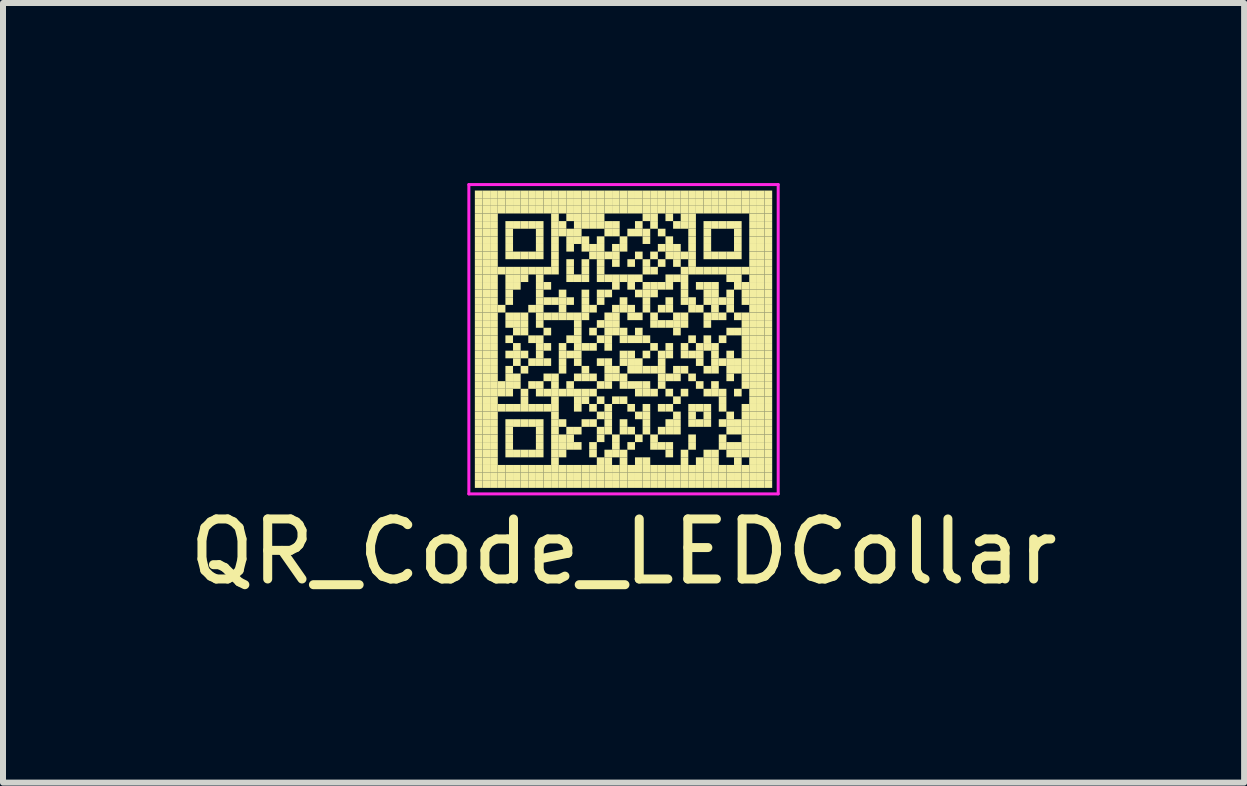
<source format=kicad_pcb>
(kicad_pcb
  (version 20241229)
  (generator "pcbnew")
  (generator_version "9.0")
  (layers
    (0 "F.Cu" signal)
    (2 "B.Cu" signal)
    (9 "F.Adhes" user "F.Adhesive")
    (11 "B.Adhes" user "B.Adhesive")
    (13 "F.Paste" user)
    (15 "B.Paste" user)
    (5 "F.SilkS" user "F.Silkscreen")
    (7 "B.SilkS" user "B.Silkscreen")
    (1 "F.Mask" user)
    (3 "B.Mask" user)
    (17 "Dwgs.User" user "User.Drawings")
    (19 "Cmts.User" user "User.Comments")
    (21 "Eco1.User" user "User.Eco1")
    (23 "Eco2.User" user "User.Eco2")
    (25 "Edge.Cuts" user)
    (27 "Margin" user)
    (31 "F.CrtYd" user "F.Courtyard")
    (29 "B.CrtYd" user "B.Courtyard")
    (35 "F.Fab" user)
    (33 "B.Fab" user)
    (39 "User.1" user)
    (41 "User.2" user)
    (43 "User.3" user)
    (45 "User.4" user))
  (footprint "QR_Code_LEDCollar"
    (layer "F.Cu")
    (at 7.339 2.602)
    (property "Reference" "QR_Code_LEDCollar" (at 0 3.54 0) (layer "F.SilkS") (effects (font (size 1 1) (thickness 0.15))))
    (attr exclude_from_pos_files exclude_from_bom)
    (fp_poly (pts (xy -2.349 -2.349) (xy -2.349 -2.477) (xy -2.477 -2.477) (xy -2.477 -2.349)) (stroke (width 0) (type solid)) (fill yes) (layer "F.SilkS"))
    (fp_poly (pts (xy -2.349 -2.223) (xy -2.349 -2.349) (xy -2.477 -2.349) (xy -2.477 -2.223)) (stroke (width 0) (type solid)) (fill yes) (layer "F.SilkS"))
    (fp_poly (pts (xy -2.349 -2.095) (xy -2.349 -2.223) (xy -2.477 -2.223) (xy -2.477 -2.095)) (stroke (width 0) (type solid)) (fill yes) (layer "F.SilkS"))
    (fp_poly (pts (xy -2.349 -1.968) (xy -2.349 -2.095) (xy -2.477 -2.095) (xy -2.477 -1.968)) (stroke (width 0) (type solid)) (fill yes) (layer "F.SilkS"))
    (fp_poly (pts (xy -2.349 -1.841) (xy -2.349 -1.968) (xy -2.477 -1.968) (xy -2.477 -1.841)) (stroke (width 0) (type solid)) (fill yes) (layer "F.SilkS"))
    (fp_poly (pts (xy -2.349 -1.714) (xy -2.349 -1.841) (xy -2.477 -1.841) (xy -2.477 -1.714)) (stroke (width 0) (type solid)) (fill yes) (layer "F.SilkS"))
    (fp_poly (pts (xy -2.349 -1.587) (xy -2.349 -1.714) (xy -2.477 -1.714) (xy -2.477 -1.587)) (stroke (width 0) (type solid)) (fill yes) (layer "F.SilkS"))
    (fp_poly (pts (xy -2.349 -1.46) (xy -2.349 -1.587) (xy -2.477 -1.587) (xy -2.477 -1.46)) (stroke (width 0) (type solid)) (fill yes) (layer "F.SilkS"))
    (fp_poly (pts (xy -2.349 -1.333) (xy -2.349 -1.46) (xy -2.477 -1.46) (xy -2.477 -1.333)) (stroke (width 0) (type solid)) (fill yes) (layer "F.SilkS"))
    (fp_poly (pts (xy -2.349 -1.206) (xy -2.349 -1.333) (xy -2.477 -1.333) (xy -2.477 -1.206)) (stroke (width 0) (type solid)) (fill yes) (layer "F.SilkS"))
    (fp_poly (pts (xy -2.349 -1.079) (xy -2.349 -1.206) (xy -2.477 -1.206) (xy -2.477 -1.079)) (stroke (width 0) (type solid)) (fill yes) (layer "F.SilkS"))
    (fp_poly (pts (xy -2.349 -0.953) (xy -2.349 -1.079) (xy -2.477 -1.079) (xy -2.477 -0.953)) (stroke (width 0) (type solid)) (fill yes) (layer "F.SilkS"))
    (fp_poly (pts (xy -2.349 -0.826) (xy -2.349 -0.953) (xy -2.477 -0.953) (xy -2.477 -0.826)) (stroke (width 0) (type solid)) (fill yes) (layer "F.SilkS"))
    (fp_poly (pts (xy -2.349 -0.699) (xy -2.349 -0.826) (xy -2.477 -0.826) (xy -2.477 -0.699)) (stroke (width 0) (type solid)) (fill yes) (layer "F.SilkS"))
    (fp_poly (pts (xy -2.349 -0.572) (xy -2.349 -0.699) (xy -2.477 -0.699) (xy -2.477 -0.572)) (stroke (width 0) (type solid)) (fill yes) (layer "F.SilkS"))
    (fp_poly (pts (xy -2.349 -0.445) (xy -2.349 -0.572) (xy -2.477 -0.572) (xy -2.477 -0.445)) (stroke (width 0) (type solid)) (fill yes) (layer "F.SilkS"))
    (fp_poly (pts (xy -2.349 -0.318) (xy -2.349 -0.445) (xy -2.477 -0.445) (xy -2.477 -0.318)) (stroke (width 0) (type solid)) (fill yes) (layer "F.SilkS"))
    (fp_poly (pts (xy -2.349 -0.191) (xy -2.349 -0.318) (xy -2.477 -0.318) (xy -2.477 -0.191)) (stroke (width 0) (type solid)) (fill yes) (layer "F.SilkS"))
    (fp_poly (pts (xy -2.349 -0.064) (xy -2.349 -0.191) (xy -2.477 -0.191) (xy -2.477 -0.064)) (stroke (width 0) (type solid)) (fill yes) (layer "F.SilkS"))
    (fp_poly (pts (xy -2.349 0.064) (xy -2.349 -0.064) (xy -2.477 -0.064) (xy -2.477 0.064)) (stroke (width 0) (type solid)) (fill yes) (layer "F.SilkS"))
    (fp_poly (pts (xy -2.349 0.191) (xy -2.349 0.064) (xy -2.477 0.064) (xy -2.477 0.191)) (stroke (width 0) (type solid)) (fill yes) (layer "F.SilkS"))
    (fp_poly (pts (xy -2.349 0.318) (xy -2.349 0.191) (xy -2.477 0.191) (xy -2.477 0.318)) (stroke (width 0) (type solid)) (fill yes) (layer "F.SilkS"))
    (fp_poly (pts (xy -2.349 0.445) (xy -2.349 0.318) (xy -2.477 0.318) (xy -2.477 0.445)) (stroke (width 0) (type solid)) (fill yes) (layer "F.SilkS"))
    (fp_poly (pts (xy -2.349 0.572) (xy -2.349 0.445) (xy -2.477 0.445) (xy -2.477 0.572)) (stroke (width 0) (type solid)) (fill yes) (layer "F.SilkS"))
    (fp_poly (pts (xy -2.349 0.699) (xy -2.349 0.572) (xy -2.477 0.572) (xy -2.477 0.699)) (stroke (width 0) (type solid)) (fill yes) (layer "F.SilkS"))
    (fp_poly (pts (xy -2.349 0.826) (xy -2.349 0.699) (xy -2.477 0.699) (xy -2.477 0.826)) (stroke (width 0) (type solid)) (fill yes) (layer "F.SilkS"))
    (fp_poly (pts (xy -2.349 0.953) (xy -2.349 0.826) (xy -2.477 0.826) (xy -2.477 0.953)) (stroke (width 0) (type solid)) (fill yes) (layer "F.SilkS"))
    (fp_poly (pts (xy -2.349 1.079) (xy -2.349 0.953) (xy -2.477 0.953) (xy -2.477 1.079)) (stroke (width 0) (type solid)) (fill yes) (layer "F.SilkS"))
    (fp_poly (pts (xy -2.349 1.206) (xy -2.349 1.079) (xy -2.477 1.079) (xy -2.477 1.206)) (stroke (width 0) (type solid)) (fill yes) (layer "F.SilkS"))
    (fp_poly (pts (xy -2.349 1.333) (xy -2.349 1.206) (xy -2.477 1.206) (xy -2.477 1.333)) (stroke (width 0) (type solid)) (fill yes) (layer "F.SilkS"))
    (fp_poly (pts (xy -2.349 1.46) (xy -2.349 1.333) (xy -2.477 1.333) (xy -2.477 1.46)) (stroke (width 0) (type solid)) (fill yes) (layer "F.SilkS"))
    (fp_poly (pts (xy -2.349 1.587) (xy -2.349 1.46) (xy -2.477 1.46) (xy -2.477 1.587)) (stroke (width 0) (type solid)) (fill yes) (layer "F.SilkS"))
    (fp_poly (pts (xy -2.349 1.714) (xy -2.349 1.587) (xy -2.477 1.587) (xy -2.477 1.714)) (stroke (width 0) (type solid)) (fill yes) (layer "F.SilkS"))
    (fp_poly (pts (xy -2.349 1.841) (xy -2.349 1.714) (xy -2.477 1.714) (xy -2.477 1.841)) (stroke (width 0) (type solid)) (fill yes) (layer "F.SilkS"))
    (fp_poly (pts (xy -2.349 1.968) (xy -2.349 1.841) (xy -2.477 1.841) (xy -2.477 1.968)) (stroke (width 0) (type solid)) (fill yes) (layer "F.SilkS"))
    (fp_poly (pts (xy -2.349 2.095) (xy -2.349 1.968) (xy -2.477 1.968) (xy -2.477 2.095)) (stroke (width 0) (type solid)) (fill yes) (layer "F.SilkS"))
    (fp_poly (pts (xy -2.349 2.223) (xy -2.349 2.095) (xy -2.477 2.095) (xy -2.477 2.223)) (stroke (width 0) (type solid)) (fill yes) (layer "F.SilkS"))
    (fp_poly (pts (xy -2.349 2.349) (xy -2.349 2.223) (xy -2.477 2.223) (xy -2.477 2.349)) (stroke (width 0) (type solid)) (fill yes) (layer "F.SilkS"))
    (fp_poly (pts (xy -2.349 2.477) (xy -2.349 2.349) (xy -2.477 2.349) (xy -2.477 2.477)) (stroke (width 0) (type solid)) (fill yes) (layer "F.SilkS"))
    (fp_poly (pts (xy -2.223 -2.349) (xy -2.223 -2.477) (xy -2.349 -2.477) (xy -2.349 -2.349)) (stroke (width 0) (type solid)) (fill yes) (layer "F.SilkS"))
    (fp_poly (pts (xy -2.223 -2.223) (xy -2.223 -2.349) (xy -2.349 -2.349) (xy -2.349 -2.223)) (stroke (width 0) (type solid)) (fill yes) (layer "F.SilkS"))
    (fp_poly (pts (xy -2.223 -2.095) (xy -2.223 -2.223) (xy -2.349 -2.223) (xy -2.349 -2.095)) (stroke (width 0) (type solid)) (fill yes) (layer "F.SilkS"))
    (fp_poly (pts (xy -2.223 -1.968) (xy -2.223 -2.095) (xy -2.349 -2.095) (xy -2.349 -1.968)) (stroke (width 0) (type solid)) (fill yes) (layer "F.SilkS"))
    (fp_poly (pts (xy -2.223 -1.841) (xy -2.223 -1.968) (xy -2.349 -1.968) (xy -2.349 -1.841)) (stroke (width 0) (type solid)) (fill yes) (layer "F.SilkS"))
    (fp_poly (pts (xy -2.223 -1.714) (xy -2.223 -1.841) (xy -2.349 -1.841) (xy -2.349 -1.714)) (stroke (width 0) (type solid)) (fill yes) (layer "F.SilkS"))
    (fp_poly (pts (xy -2.223 -1.587) (xy -2.223 -1.714) (xy -2.349 -1.714) (xy -2.349 -1.587)) (stroke (width 0) (type solid)) (fill yes) (layer "F.SilkS"))
    (fp_poly (pts (xy -2.223 -1.46) (xy -2.223 -1.587) (xy -2.349 -1.587) (xy -2.349 -1.46)) (stroke (width 0) (type solid)) (fill yes) (layer "F.SilkS"))
    (fp_poly (pts (xy -2.223 -1.333) (xy -2.223 -1.46) (xy -2.349 -1.46) (xy -2.349 -1.333)) (stroke (width 0) (type solid)) (fill yes) (layer "F.SilkS"))
    (fp_poly (pts (xy -2.223 -1.206) (xy -2.223 -1.333) (xy -2.349 -1.333) (xy -2.349 -1.206)) (stroke (width 0) (type solid)) (fill yes) (layer "F.SilkS"))
    (fp_poly (pts (xy -2.223 -1.079) (xy -2.223 -1.206) (xy -2.349 -1.206) (xy -2.349 -1.079)) (stroke (width 0) (type solid)) (fill yes) (layer "F.SilkS"))
    (fp_poly (pts (xy -2.223 -0.953) (xy -2.223 -1.079) (xy -2.349 -1.079) (xy -2.349 -0.953)) (stroke (width 0) (type solid)) (fill yes) (layer "F.SilkS"))
    (fp_poly (pts (xy -2.223 -0.826) (xy -2.223 -0.953) (xy -2.349 -0.953) (xy -2.349 -0.826)) (stroke (width 0) (type solid)) (fill yes) (layer "F.SilkS"))
    (fp_poly (pts (xy -2.223 -0.699) (xy -2.223 -0.826) (xy -2.349 -0.826) (xy -2.349 -0.699)) (stroke (width 0) (type solid)) (fill yes) (layer "F.SilkS"))
    (fp_poly (pts (xy -2.223 -0.572) (xy -2.223 -0.699) (xy -2.349 -0.699) (xy -2.349 -0.572)) (stroke (width 0) (type solid)) (fill yes) (layer "F.SilkS"))
    (fp_poly (pts (xy -2.223 -0.445) (xy -2.223 -0.572) (xy -2.349 -0.572) (xy -2.349 -0.445)) (stroke (width 0) (type solid)) (fill yes) (layer "F.SilkS"))
    (fp_poly (pts (xy -2.223 -0.318) (xy -2.223 -0.445) (xy -2.349 -0.445) (xy -2.349 -0.318)) (stroke (width 0) (type solid)) (fill yes) (layer "F.SilkS"))
    (fp_poly (pts (xy -2.223 -0.191) (xy -2.223 -0.318) (xy -2.349 -0.318) (xy -2.349 -0.191)) (stroke (width 0) (type solid)) (fill yes) (layer "F.SilkS"))
    (fp_poly (pts (xy -2.223 -0.064) (xy -2.223 -0.191) (xy -2.349 -0.191) (xy -2.349 -0.064)) (stroke (width 0) (type solid)) (fill yes) (layer "F.SilkS"))
    (fp_poly (pts (xy -2.223 0.064) (xy -2.223 -0.064) (xy -2.349 -0.064) (xy -2.349 0.064)) (stroke (width 0) (type solid)) (fill yes) (layer "F.SilkS"))
    (fp_poly (pts (xy -2.223 0.191) (xy -2.223 0.064) (xy -2.349 0.064) (xy -2.349 0.191)) (stroke (width 0) (type solid)) (fill yes) (layer "F.SilkS"))
    (fp_poly (pts (xy -2.223 0.318) (xy -2.223 0.191) (xy -2.349 0.191) (xy -2.349 0.318)) (stroke (width 0) (type solid)) (fill yes) (layer "F.SilkS"))
    (fp_poly (pts (xy -2.223 0.445) (xy -2.223 0.318) (xy -2.349 0.318) (xy -2.349 0.445)) (stroke (width 0) (type solid)) (fill yes) (layer "F.SilkS"))
    (fp_poly (pts (xy -2.223 0.572) (xy -2.223 0.445) (xy -2.349 0.445) (xy -2.349 0.572)) (stroke (width 0) (type solid)) (fill yes) (layer "F.SilkS"))
    (fp_poly (pts (xy -2.223 0.699) (xy -2.223 0.572) (xy -2.349 0.572) (xy -2.349 0.699)) (stroke (width 0) (type solid)) (fill yes) (layer "F.SilkS"))
    (fp_poly (pts (xy -2.223 0.826) (xy -2.223 0.699) (xy -2.349 0.699) (xy -2.349 0.826)) (stroke (width 0) (type solid)) (fill yes) (layer "F.SilkS"))
    (fp_poly (pts (xy -2.223 0.953) (xy -2.223 0.826) (xy -2.349 0.826) (xy -2.349 0.953)) (stroke (width 0) (type solid)) (fill yes) (layer "F.SilkS"))
    (fp_poly (pts (xy -2.223 1.079) (xy -2.223 0.953) (xy -2.349 0.953) (xy -2.349 1.079)) (stroke (width 0) (type solid)) (fill yes) (layer "F.SilkS"))
    (fp_poly (pts (xy -2.223 1.206) (xy -2.223 1.079) (xy -2.349 1.079) (xy -2.349 1.206)) (stroke (width 0) (type solid)) (fill yes) (layer "F.SilkS"))
    (fp_poly (pts (xy -2.223 1.333) (xy -2.223 1.206) (xy -2.349 1.206) (xy -2.349 1.333)) (stroke (width 0) (type solid)) (fill yes) (layer "F.SilkS"))
    (fp_poly (pts (xy -2.223 1.46) (xy -2.223 1.333) (xy -2.349 1.333) (xy -2.349 1.46)) (stroke (width 0) (type solid)) (fill yes) (layer "F.SilkS"))
    (fp_poly (pts (xy -2.223 1.587) (xy -2.223 1.46) (xy -2.349 1.46) (xy -2.349 1.587)) (stroke (width 0) (type solid)) (fill yes) (layer "F.SilkS"))
    (fp_poly (pts (xy -2.223 1.714) (xy -2.223 1.587) (xy -2.349 1.587) (xy -2.349 1.714)) (stroke (width 0) (type solid)) (fill yes) (layer "F.SilkS"))
    (fp_poly (pts (xy -2.223 1.841) (xy -2.223 1.714) (xy -2.349 1.714) (xy -2.349 1.841)) (stroke (width 0) (type solid)) (fill yes) (layer "F.SilkS"))
    (fp_poly (pts (xy -2.223 1.968) (xy -2.223 1.841) (xy -2.349 1.841) (xy -2.349 1.968)) (stroke (width 0) (type solid)) (fill yes) (layer "F.SilkS"))
    (fp_poly (pts (xy -2.223 2.095) (xy -2.223 1.968) (xy -2.349 1.968) (xy -2.349 2.095)) (stroke (width 0) (type solid)) (fill yes) (layer "F.SilkS"))
    (fp_poly (pts (xy -2.223 2.223) (xy -2.223 2.095) (xy -2.349 2.095) (xy -2.349 2.223)) (stroke (width 0) (type solid)) (fill yes) (layer "F.SilkS"))
    (fp_poly (pts (xy -2.223 2.349) (xy -2.223 2.223) (xy -2.349 2.223) (xy -2.349 2.349)) (stroke (width 0) (type solid)) (fill yes) (layer "F.SilkS"))
    (fp_poly (pts (xy -2.223 2.477) (xy -2.223 2.349) (xy -2.349 2.349) (xy -2.349 2.477)) (stroke (width 0) (type solid)) (fill yes) (layer "F.SilkS"))
    (fp_poly (pts (xy -2.095 -2.349) (xy -2.095 -2.477) (xy -2.223 -2.477) (xy -2.223 -2.349)) (stroke (width 0) (type solid)) (fill yes) (layer "F.SilkS"))
    (fp_poly (pts (xy -2.095 -2.223) (xy -2.095 -2.349) (xy -2.223 -2.349) (xy -2.223 -2.223)) (stroke (width 0) (type solid)) (fill yes) (layer "F.SilkS"))
    (fp_poly (pts (xy -2.095 -2.095) (xy -2.095 -2.223) (xy -2.223 -2.223) (xy -2.223 -2.095)) (stroke (width 0) (type solid)) (fill yes) (layer "F.SilkS"))
    (fp_poly (pts (xy -2.095 -1.968) (xy -2.095 -2.095) (xy -2.223 -2.095) (xy -2.223 -1.968)) (stroke (width 0) (type solid)) (fill yes) (layer "F.SilkS"))
    (fp_poly (pts (xy -2.095 -1.841) (xy -2.095 -1.968) (xy -2.223 -1.968) (xy -2.223 -1.841)) (stroke (width 0) (type solid)) (fill yes) (layer "F.SilkS"))
    (fp_poly (pts (xy -2.095 -1.714) (xy -2.095 -1.841) (xy -2.223 -1.841) (xy -2.223 -1.714)) (stroke (width 0) (type solid)) (fill yes) (layer "F.SilkS"))
    (fp_poly (pts (xy -2.095 -1.587) (xy -2.095 -1.714) (xy -2.223 -1.714) (xy -2.223 -1.587)) (stroke (width 0) (type solid)) (fill yes) (layer "F.SilkS"))
    (fp_poly (pts (xy -2.095 -1.46) (xy -2.095 -1.587) (xy -2.223 -1.587) (xy -2.223 -1.46)) (stroke (width 0) (type solid)) (fill yes) (layer "F.SilkS"))
    (fp_poly (pts (xy -2.095 -1.333) (xy -2.095 -1.46) (xy -2.223 -1.46) (xy -2.223 -1.333)) (stroke (width 0) (type solid)) (fill yes) (layer "F.SilkS"))
    (fp_poly (pts (xy -2.095 -1.206) (xy -2.095 -1.333) (xy -2.223 -1.333) (xy -2.223 -1.206)) (stroke (width 0) (type solid)) (fill yes) (layer "F.SilkS"))
    (fp_poly (pts (xy -2.095 -1.079) (xy -2.095 -1.206) (xy -2.223 -1.206) (xy -2.223 -1.079)) (stroke (width 0) (type solid)) (fill yes) (layer "F.SilkS"))
    (fp_poly (pts (xy -2.095 -0.953) (xy -2.095 -1.079) (xy -2.223 -1.079) (xy -2.223 -0.953)) (stroke (width 0) (type solid)) (fill yes) (layer "F.SilkS"))
    (fp_poly (pts (xy -2.095 -0.826) (xy -2.095 -0.953) (xy -2.223 -0.953) (xy -2.223 -0.826)) (stroke (width 0) (type solid)) (fill yes) (layer "F.SilkS"))
    (fp_poly (pts (xy -2.095 -0.699) (xy -2.095 -0.826) (xy -2.223 -0.826) (xy -2.223 -0.699)) (stroke (width 0) (type solid)) (fill yes) (layer "F.SilkS"))
    (fp_poly (pts (xy -2.095 -0.572) (xy -2.095 -0.699) (xy -2.223 -0.699) (xy -2.223 -0.572)) (stroke (width 0) (type solid)) (fill yes) (layer "F.SilkS"))
    (fp_poly (pts (xy -2.095 -0.445) (xy -2.095 -0.572) (xy -2.223 -0.572) (xy -2.223 -0.445)) (stroke (width 0) (type solid)) (fill yes) (layer "F.SilkS"))
    (fp_poly (pts (xy -2.095 -0.318) (xy -2.095 -0.445) (xy -2.223 -0.445) (xy -2.223 -0.318)) (stroke (width 0) (type solid)) (fill yes) (layer "F.SilkS"))
    (fp_poly (pts (xy -2.095 -0.191) (xy -2.095 -0.318) (xy -2.223 -0.318) (xy -2.223 -0.191)) (stroke (width 0) (type solid)) (fill yes) (layer "F.SilkS"))
    (fp_poly (pts (xy -2.095 -0.064) (xy -2.095 -0.191) (xy -2.223 -0.191) (xy -2.223 -0.064)) (stroke (width 0) (type solid)) (fill yes) (layer "F.SilkS"))
    (fp_poly (pts (xy -2.095 0.064) (xy -2.095 -0.064) (xy -2.223 -0.064) (xy -2.223 0.064)) (stroke (width 0) (type solid)) (fill yes) (layer "F.SilkS"))
    (fp_poly (pts (xy -2.095 0.191) (xy -2.095 0.064) (xy -2.223 0.064) (xy -2.223 0.191)) (stroke (width 0) (type solid)) (fill yes) (layer "F.SilkS"))
    (fp_poly (pts (xy -2.095 0.318) (xy -2.095 0.191) (xy -2.223 0.191) (xy -2.223 0.318)) (stroke (width 0) (type solid)) (fill yes) (layer "F.SilkS"))
    (fp_poly (pts (xy -2.095 0.445) (xy -2.095 0.318) (xy -2.223 0.318) (xy -2.223 0.445)) (stroke (width 0) (type solid)) (fill yes) (layer "F.SilkS"))
    (fp_poly (pts (xy -2.095 0.572) (xy -2.095 0.445) (xy -2.223 0.445) (xy -2.223 0.572)) (stroke (width 0) (type solid)) (fill yes) (layer "F.SilkS"))
    (fp_poly (pts (xy -2.095 0.699) (xy -2.095 0.572) (xy -2.223 0.572) (xy -2.223 0.699)) (stroke (width 0) (type solid)) (fill yes) (layer "F.SilkS"))
    (fp_poly (pts (xy -2.095 0.826) (xy -2.095 0.699) (xy -2.223 0.699) (xy -2.223 0.826)) (stroke (width 0) (type solid)) (fill yes) (layer "F.SilkS"))
    (fp_poly (pts (xy -2.095 0.953) (xy -2.095 0.826) (xy -2.223 0.826) (xy -2.223 0.953)) (stroke (width 0) (type solid)) (fill yes) (layer "F.SilkS"))
    (fp_poly (pts (xy -2.095 1.079) (xy -2.095 0.953) (xy -2.223 0.953) (xy -2.223 1.079)) (stroke (width 0) (type solid)) (fill yes) (layer "F.SilkS"))
    (fp_poly (pts (xy -2.095 1.206) (xy -2.095 1.079) (xy -2.223 1.079) (xy -2.223 1.206)) (stroke (width 0) (type solid)) (fill yes) (layer "F.SilkS"))
    (fp_poly (pts (xy -2.095 1.333) (xy -2.095 1.206) (xy -2.223 1.206) (xy -2.223 1.333)) (stroke (width 0) (type solid)) (fill yes) (layer "F.SilkS"))
    (fp_poly (pts (xy -2.095 1.46) (xy -2.095 1.333) (xy -2.223 1.333) (xy -2.223 1.46)) (stroke (width 0) (type solid)) (fill yes) (layer "F.SilkS"))
    (fp_poly (pts (xy -2.095 1.587) (xy -2.095 1.46) (xy -2.223 1.46) (xy -2.223 1.587)) (stroke (width 0) (type solid)) (fill yes) (layer "F.SilkS"))
    (fp_poly (pts (xy -2.095 1.714) (xy -2.095 1.587) (xy -2.223 1.587) (xy -2.223 1.714)) (stroke (width 0) (type solid)) (fill yes) (layer "F.SilkS"))
    (fp_poly (pts (xy -2.095 1.841) (xy -2.095 1.714) (xy -2.223 1.714) (xy -2.223 1.841)) (stroke (width 0) (type solid)) (fill yes) (layer "F.SilkS"))
    (fp_poly (pts (xy -2.095 1.968) (xy -2.095 1.841) (xy -2.223 1.841) (xy -2.223 1.968)) (stroke (width 0) (type solid)) (fill yes) (layer "F.SilkS"))
    (fp_poly (pts (xy -2.095 2.095) (xy -2.095 1.968) (xy -2.223 1.968) (xy -2.223 2.095)) (stroke (width 0) (type solid)) (fill yes) (layer "F.SilkS"))
    (fp_poly (pts (xy -2.095 2.223) (xy -2.095 2.095) (xy -2.223 2.095) (xy -2.223 2.223)) (stroke (width 0) (type solid)) (fill yes) (layer "F.SilkS"))
    (fp_poly (pts (xy -2.095 2.349) (xy -2.095 2.223) (xy -2.223 2.223) (xy -2.223 2.349)) (stroke (width 0) (type solid)) (fill yes) (layer "F.SilkS"))
    (fp_poly (pts (xy -2.095 2.477) (xy -2.095 2.349) (xy -2.223 2.349) (xy -2.223 2.477)) (stroke (width 0) (type solid)) (fill yes) (layer "F.SilkS"))
    (fp_poly (pts (xy -1.968 -2.349) (xy -1.968 -2.477) (xy -2.095 -2.477) (xy -2.095 -2.349)) (stroke (width 0) (type solid)) (fill yes) (layer "F.SilkS"))
    (fp_poly (pts (xy -1.968 -2.223) (xy -1.968 -2.349) (xy -2.095 -2.349) (xy -2.095 -2.223)) (stroke (width 0) (type solid)) (fill yes) (layer "F.SilkS"))
    (fp_poly (pts (xy -1.968 -2.095) (xy -1.968 -2.223) (xy -2.095 -2.223) (xy -2.095 -2.095)) (stroke (width 0) (type solid)) (fill yes) (layer "F.SilkS"))
    (fp_poly (pts (xy -1.968 -1.079) (xy -1.968 -1.206) (xy -2.095 -1.206) (xy -2.095 -1.079)) (stroke (width 0) (type solid)) (fill yes) (layer "F.SilkS"))
    (fp_poly (pts (xy -1.968 -0.445) (xy -1.968 -0.572) (xy -2.095 -0.572) (xy -2.095 -0.445)) (stroke (width 0) (type solid)) (fill yes) (layer "F.SilkS"))
    (fp_poly (pts (xy -1.968 0.826) (xy -1.968 0.699) (xy -2.095 0.699) (xy -2.095 0.826)) (stroke (width 0) (type solid)) (fill yes) (layer "F.SilkS"))
    (fp_poly (pts (xy -1.968 0.953) (xy -1.968 0.826) (xy -2.095 0.826) (xy -2.095 0.953)) (stroke (width 0) (type solid)) (fill yes) (layer "F.SilkS"))
    (fp_poly (pts (xy -1.968 1.206) (xy -1.968 1.079) (xy -2.095 1.079) (xy -2.095 1.206)) (stroke (width 0) (type solid)) (fill yes) (layer "F.SilkS"))
    (fp_poly (pts (xy -1.968 2.223) (xy -1.968 2.095) (xy -2.095 2.095) (xy -2.095 2.223)) (stroke (width 0) (type solid)) (fill yes) (layer "F.SilkS"))
    (fp_poly (pts (xy -1.968 2.349) (xy -1.968 2.223) (xy -2.095 2.223) (xy -2.095 2.349)) (stroke (width 0) (type solid)) (fill yes) (layer "F.SilkS"))
    (fp_poly (pts (xy -1.968 2.477) (xy -1.968 2.349) (xy -2.095 2.349) (xy -2.095 2.477)) (stroke (width 0) (type solid)) (fill yes) (layer "F.SilkS"))
    (fp_poly (pts (xy -1.841 -2.349) (xy -1.841 -2.477) (xy -1.968 -2.477) (xy -1.968 -2.349)) (stroke (width 0) (type solid)) (fill yes) (layer "F.SilkS"))
    (fp_poly (pts (xy -1.841 -2.223) (xy -1.841 -2.349) (xy -1.968 -2.349) (xy -1.968 -2.223)) (stroke (width 0) (type solid)) (fill yes) (layer "F.SilkS"))
    (fp_poly (pts (xy -1.841 -2.095) (xy -1.841 -2.223) (xy -1.968 -2.223) (xy -1.968 -2.095)) (stroke (width 0) (type solid)) (fill yes) (layer "F.SilkS"))
    (fp_poly (pts (xy -1.841 -1.841) (xy -1.841 -1.968) (xy -1.968 -1.968) (xy -1.968 -1.841)) (stroke (width 0) (type solid)) (fill yes) (layer "F.SilkS"))
    (fp_poly (pts (xy -1.841 -1.714) (xy -1.841 -1.841) (xy -1.968 -1.841) (xy -1.968 -1.714)) (stroke (width 0) (type solid)) (fill yes) (layer "F.SilkS"))
    (fp_poly (pts (xy -1.841 -1.587) (xy -1.841 -1.714) (xy -1.968 -1.714) (xy -1.968 -1.587)) (stroke (width 0) (type solid)) (fill yes) (layer "F.SilkS"))
    (fp_poly (pts (xy -1.841 -1.46) (xy -1.841 -1.587) (xy -1.968 -1.587) (xy -1.968 -1.46)) (stroke (width 0) (type solid)) (fill yes) (layer "F.SilkS"))
    (fp_poly (pts (xy -1.841 -1.333) (xy -1.841 -1.46) (xy -1.968 -1.46) (xy -1.968 -1.333)) (stroke (width 0) (type solid)) (fill yes) (layer "F.SilkS"))
    (fp_poly (pts (xy -1.841 -1.079) (xy -1.841 -1.206) (xy -1.968 -1.206) (xy -1.968 -1.079)) (stroke (width 0) (type solid)) (fill yes) (layer "F.SilkS"))
    (fp_poly (pts (xy -1.841 -0.953) (xy -1.841 -1.079) (xy -1.968 -1.079) (xy -1.968 -0.953)) (stroke (width 0) (type solid)) (fill yes) (layer "F.SilkS"))
    (fp_poly (pts (xy -1.841 -0.826) (xy -1.841 -0.953) (xy -1.968 -0.953) (xy -1.968 -0.826)) (stroke (width 0) (type solid)) (fill yes) (layer "F.SilkS"))
    (fp_poly (pts (xy -1.841 -0.699) (xy -1.841 -0.826) (xy -1.968 -0.826) (xy -1.968 -0.699)) (stroke (width 0) (type solid)) (fill yes) (layer "F.SilkS"))
    (fp_poly (pts (xy -1.841 -0.572) (xy -1.841 -0.699) (xy -1.968 -0.699) (xy -1.968 -0.572)) (stroke (width 0) (type solid)) (fill yes) (layer "F.SilkS"))
    (fp_poly (pts (xy -1.841 -0.318) (xy -1.841 -0.445) (xy -1.968 -0.445) (xy -1.968 -0.318)) (stroke (width 0) (type solid)) (fill yes) (layer "F.SilkS"))
    (fp_poly (pts (xy -1.841 -0.191) (xy -1.841 -0.318) (xy -1.968 -0.318) (xy -1.968 -0.191)) (stroke (width 0) (type solid)) (fill yes) (layer "F.SilkS"))
    (fp_poly (pts (xy -1.841 0.064) (xy -1.841 -0.064) (xy -1.968 -0.064) (xy -1.968 0.064)) (stroke (width 0) (type solid)) (fill yes) (layer "F.SilkS"))
    (fp_poly (pts (xy -1.841 0.318) (xy -1.841 0.191) (xy -1.968 0.191) (xy -1.968 0.318)) (stroke (width 0) (type solid)) (fill yes) (layer "F.SilkS"))
    (fp_poly (pts (xy -1.841 0.572) (xy -1.841 0.445) (xy -1.968 0.445) (xy -1.968 0.572)) (stroke (width 0) (type solid)) (fill yes) (layer "F.SilkS"))
    (fp_poly (pts (xy -1.841 0.699) (xy -1.841 0.572) (xy -1.968 0.572) (xy -1.968 0.699)) (stroke (width 0) (type solid)) (fill yes) (layer "F.SilkS"))
    (fp_poly (pts (xy -1.841 0.826) (xy -1.841 0.699) (xy -1.968 0.699) (xy -1.968 0.826)) (stroke (width 0) (type solid)) (fill yes) (layer "F.SilkS"))
    (fp_poly (pts (xy -1.841 0.953) (xy -1.841 0.826) (xy -1.968 0.826) (xy -1.968 0.953)) (stroke (width 0) (type solid)) (fill yes) (layer "F.SilkS"))
    (fp_poly (pts (xy -1.841 1.206) (xy -1.841 1.079) (xy -1.968 1.079) (xy -1.968 1.206)) (stroke (width 0) (type solid)) (fill yes) (layer "F.SilkS"))
    (fp_poly (pts (xy -1.841 1.46) (xy -1.841 1.333) (xy -1.968 1.333) (xy -1.968 1.46)) (stroke (width 0) (type solid)) (fill yes) (layer "F.SilkS"))
    (fp_poly (pts (xy -1.841 1.587) (xy -1.841 1.46) (xy -1.968 1.46) (xy -1.968 1.587)) (stroke (width 0) (type solid)) (fill yes) (layer "F.SilkS"))
    (fp_poly (pts (xy -1.841 1.714) (xy -1.841 1.587) (xy -1.968 1.587) (xy -1.968 1.714)) (stroke (width 0) (type solid)) (fill yes) (layer "F.SilkS"))
    (fp_poly (pts (xy -1.841 1.841) (xy -1.841 1.714) (xy -1.968 1.714) (xy -1.968 1.841)) (stroke (width 0) (type solid)) (fill yes) (layer "F.SilkS"))
    (fp_poly (pts (xy -1.841 1.968) (xy -1.841 1.841) (xy -1.968 1.841) (xy -1.968 1.968)) (stroke (width 0) (type solid)) (fill yes) (layer "F.SilkS"))
    (fp_poly (pts (xy -1.841 2.223) (xy -1.841 2.095) (xy -1.968 2.095) (xy -1.968 2.223)) (stroke (width 0) (type solid)) (fill yes) (layer "F.SilkS"))
    (fp_poly (pts (xy -1.841 2.349) (xy -1.841 2.223) (xy -1.968 2.223) (xy -1.968 2.349)) (stroke (width 0) (type solid)) (fill yes) (layer "F.SilkS"))
    (fp_poly (pts (xy -1.841 2.477) (xy -1.841 2.349) (xy -1.968 2.349) (xy -1.968 2.477)) (stroke (width 0) (type solid)) (fill yes) (layer "F.SilkS"))
    (fp_poly (pts (xy -1.714 -2.349) (xy -1.714 -2.477) (xy -1.841 -2.477) (xy -1.841 -2.349)) (stroke (width 0) (type solid)) (fill yes) (layer "F.SilkS"))
    (fp_poly (pts (xy -1.714 -2.223) (xy -1.714 -2.349) (xy -1.841 -2.349) (xy -1.841 -2.223)) (stroke (width 0) (type solid)) (fill yes) (layer "F.SilkS"))
    (fp_poly (pts (xy -1.714 -2.095) (xy -1.714 -2.223) (xy -1.841 -2.223) (xy -1.841 -2.095)) (stroke (width 0) (type solid)) (fill yes) (layer "F.SilkS"))
    (fp_poly (pts (xy -1.714 -1.841) (xy -1.714 -1.968) (xy -1.841 -1.968) (xy -1.841 -1.841)) (stroke (width 0) (type solid)) (fill yes) (layer "F.SilkS"))
    (fp_poly (pts (xy -1.714 -1.333) (xy -1.714 -1.46) (xy -1.841 -1.46) (xy -1.841 -1.333)) (stroke (width 0) (type solid)) (fill yes) (layer "F.SilkS"))
    (fp_poly (pts (xy -1.714 -1.079) (xy -1.714 -1.206) (xy -1.841 -1.206) (xy -1.841 -1.079)) (stroke (width 0) (type solid)) (fill yes) (layer "F.SilkS"))
    (fp_poly (pts (xy -1.714 -0.953) (xy -1.714 -1.079) (xy -1.841 -1.079) (xy -1.841 -0.953)) (stroke (width 0) (type solid)) (fill yes) (layer "F.SilkS"))
    (fp_poly (pts (xy -1.714 -0.826) (xy -1.714 -0.953) (xy -1.841 -0.953) (xy -1.841 -0.826)) (stroke (width 0) (type solid)) (fill yes) (layer "F.SilkS"))
    (fp_poly (pts (xy -1.714 -0.318) (xy -1.714 -0.445) (xy -1.841 -0.445) (xy -1.841 -0.318)) (stroke (width 0) (type solid)) (fill yes) (layer "F.SilkS"))
    (fp_poly (pts (xy -1.714 -0.191) (xy -1.714 -0.318) (xy -1.841 -0.318) (xy -1.841 -0.191)) (stroke (width 0) (type solid)) (fill yes) (layer "F.SilkS"))
    (fp_poly (pts (xy -1.714 -0.064) (xy -1.714 -0.191) (xy -1.841 -0.191) (xy -1.841 -0.064)) (stroke (width 0) (type solid)) (fill yes) (layer "F.SilkS"))
    (fp_poly (pts (xy -1.714 0.191) (xy -1.714 0.064) (xy -1.841 0.064) (xy -1.841 0.191)) (stroke (width 0) (type solid)) (fill yes) (layer "F.SilkS"))
    (fp_poly (pts (xy -1.714 0.318) (xy -1.714 0.191) (xy -1.841 0.191) (xy -1.841 0.318)) (stroke (width 0) (type solid)) (fill yes) (layer "F.SilkS"))
    (fp_poly (pts (xy -1.714 0.445) (xy -1.714 0.318) (xy -1.841 0.318) (xy -1.841 0.445)) (stroke (width 0) (type solid)) (fill yes) (layer "F.SilkS"))
    (fp_poly (pts (xy -1.714 0.699) (xy -1.714 0.572) (xy -1.841 0.572) (xy -1.841 0.699)) (stroke (width 0) (type solid)) (fill yes) (layer "F.SilkS"))
    (fp_poly (pts (xy -1.714 0.826) (xy -1.714 0.699) (xy -1.841 0.699) (xy -1.841 0.826)) (stroke (width 0) (type solid)) (fill yes) (layer "F.SilkS"))
    (fp_poly (pts (xy -1.714 1.206) (xy -1.714 1.079) (xy -1.841 1.079) (xy -1.841 1.206)) (stroke (width 0) (type solid)) (fill yes) (layer "F.SilkS"))
    (fp_poly (pts (xy -1.714 1.46) (xy -1.714 1.333) (xy -1.841 1.333) (xy -1.841 1.46)) (stroke (width 0) (type solid)) (fill yes) (layer "F.SilkS"))
    (fp_poly (pts (xy -1.714 1.968) (xy -1.714 1.841) (xy -1.841 1.841) (xy -1.841 1.968)) (stroke (width 0) (type solid)) (fill yes) (layer "F.SilkS"))
    (fp_poly (pts (xy -1.714 2.223) (xy -1.714 2.095) (xy -1.841 2.095) (xy -1.841 2.223)) (stroke (width 0) (type solid)) (fill yes) (layer "F.SilkS"))
    (fp_poly (pts (xy -1.714 2.349) (xy -1.714 2.223) (xy -1.841 2.223) (xy -1.841 2.349)) (stroke (width 0) (type solid)) (fill yes) (layer "F.SilkS"))
    (fp_poly (pts (xy -1.714 2.477) (xy -1.714 2.349) (xy -1.841 2.349) (xy -1.841 2.477)) (stroke (width 0) (type solid)) (fill yes) (layer "F.SilkS"))
    (fp_poly (pts (xy -1.587 -2.349) (xy -1.587 -2.477) (xy -1.714 -2.477) (xy -1.714 -2.349)) (stroke (width 0) (type solid)) (fill yes) (layer "F.SilkS"))
    (fp_poly (pts (xy -1.587 -2.223) (xy -1.587 -2.349) (xy -1.714 -2.349) (xy -1.714 -2.223)) (stroke (width 0) (type solid)) (fill yes) (layer "F.SilkS"))
    (fp_poly (pts (xy -1.587 -2.095) (xy -1.587 -2.223) (xy -1.714 -2.223) (xy -1.714 -2.095)) (stroke (width 0) (type solid)) (fill yes) (layer "F.SilkS"))
    (fp_poly (pts (xy -1.587 -1.841) (xy -1.587 -1.968) (xy -1.714 -1.968) (xy -1.714 -1.841)) (stroke (width 0) (type solid)) (fill yes) (layer "F.SilkS"))
    (fp_poly (pts (xy -1.587 -1.333) (xy -1.587 -1.46) (xy -1.714 -1.46) (xy -1.714 -1.333)) (stroke (width 0) (type solid)) (fill yes) (layer "F.SilkS"))
    (fp_poly (pts (xy -1.587 -1.079) (xy -1.587 -1.206) (xy -1.714 -1.206) (xy -1.714 -1.079)) (stroke (width 0) (type solid)) (fill yes) (layer "F.SilkS"))
    (fp_poly (pts (xy -1.587 -0.953) (xy -1.587 -1.079) (xy -1.714 -1.079) (xy -1.714 -0.953)) (stroke (width 0) (type solid)) (fill yes) (layer "F.SilkS"))
    (fp_poly (pts (xy -1.587 -0.318) (xy -1.587 -0.445) (xy -1.714 -0.445) (xy -1.714 -0.318)) (stroke (width 0) (type solid)) (fill yes) (layer "F.SilkS"))
    (fp_poly (pts (xy -1.587 -0.191) (xy -1.587 -0.318) (xy -1.714 -0.318) (xy -1.714 -0.191)) (stroke (width 0) (type solid)) (fill yes) (layer "F.SilkS"))
    (fp_poly (pts (xy -1.587 -0.064) (xy -1.587 -0.191) (xy -1.714 -0.191) (xy -1.714 -0.064)) (stroke (width 0) (type solid)) (fill yes) (layer "F.SilkS"))
    (fp_poly (pts (xy -1.587 0.318) (xy -1.587 0.191) (xy -1.714 0.191) (xy -1.714 0.318)) (stroke (width 0) (type solid)) (fill yes) (layer "F.SilkS"))
    (fp_poly (pts (xy -1.587 0.572) (xy -1.587 0.445) (xy -1.714 0.445) (xy -1.714 0.572)) (stroke (width 0) (type solid)) (fill yes) (layer "F.SilkS"))
    (fp_poly (pts (xy -1.587 0.953) (xy -1.587 0.826) (xy -1.714 0.826) (xy -1.714 0.953)) (stroke (width 0) (type solid)) (fill yes) (layer "F.SilkS"))
    (fp_poly (pts (xy -1.587 1.079) (xy -1.587 0.953) (xy -1.714 0.953) (xy -1.714 1.079)) (stroke (width 0) (type solid)) (fill yes) (layer "F.SilkS"))
    (fp_poly (pts (xy -1.587 1.206) (xy -1.587 1.079) (xy -1.714 1.079) (xy -1.714 1.206)) (stroke (width 0) (type solid)) (fill yes) (layer "F.SilkS"))
    (fp_poly (pts (xy -1.587 1.46) (xy -1.587 1.333) (xy -1.714 1.333) (xy -1.714 1.46)) (stroke (width 0) (type solid)) (fill yes) (layer "F.SilkS"))
    (fp_poly (pts (xy -1.587 1.968) (xy -1.587 1.841) (xy -1.714 1.841) (xy -1.714 1.968)) (stroke (width 0) (type solid)) (fill yes) (layer "F.SilkS"))
    (fp_poly (pts (xy -1.587 2.223) (xy -1.587 2.095) (xy -1.714 2.095) (xy -1.714 2.223)) (stroke (width 0) (type solid)) (fill yes) (layer "F.SilkS"))
    (fp_poly (pts (xy -1.587 2.349) (xy -1.587 2.223) (xy -1.714 2.223) (xy -1.714 2.349)) (stroke (width 0) (type solid)) (fill yes) (layer "F.SilkS"))
    (fp_poly (pts (xy -1.587 2.477) (xy -1.587 2.349) (xy -1.714 2.349) (xy -1.714 2.477)) (stroke (width 0) (type solid)) (fill yes) (layer "F.SilkS"))
    (fp_poly (pts (xy -1.46 -2.349) (xy -1.46 -2.477) (xy -1.587 -2.477) (xy -1.587 -2.349)) (stroke (width 0) (type solid)) (fill yes) (layer "F.SilkS"))
    (fp_poly (pts (xy -1.46 -2.223) (xy -1.46 -2.349) (xy -1.587 -2.349) (xy -1.587 -2.223)) (stroke (width 0) (type solid)) (fill yes) (layer "F.SilkS"))
    (fp_poly (pts (xy -1.46 -2.095) (xy -1.46 -2.223) (xy -1.587 -2.223) (xy -1.587 -2.095)) (stroke (width 0) (type solid)) (fill yes) (layer "F.SilkS"))
    (fp_poly (pts (xy -1.46 -1.841) (xy -1.46 -1.968) (xy -1.587 -1.968) (xy -1.587 -1.841)) (stroke (width 0) (type solid)) (fill yes) (layer "F.SilkS"))
    (fp_poly (pts (xy -1.46 -1.333) (xy -1.46 -1.46) (xy -1.587 -1.46) (xy -1.587 -1.333)) (stroke (width 0) (type solid)) (fill yes) (layer "F.SilkS"))
    (fp_poly (pts (xy -1.46 -1.079) (xy -1.46 -1.206) (xy -1.587 -1.206) (xy -1.587 -1.079)) (stroke (width 0) (type solid)) (fill yes) (layer "F.SilkS"))
    (fp_poly (pts (xy -1.46 -0.445) (xy -1.46 -0.572) (xy -1.587 -0.572) (xy -1.587 -0.445)) (stroke (width 0) (type solid)) (fill yes) (layer "F.SilkS"))
    (fp_poly (pts (xy -1.46 0.064) (xy -1.46 -0.064) (xy -1.587 -0.064) (xy -1.587 0.064)) (stroke (width 0) (type solid)) (fill yes) (layer "F.SilkS"))
    (fp_poly (pts (xy -1.46 0.445) (xy -1.46 0.318) (xy -1.587 0.318) (xy -1.587 0.445)) (stroke (width 0) (type solid)) (fill yes) (layer "F.SilkS"))
    (fp_poly (pts (xy -1.46 0.826) (xy -1.46 0.699) (xy -1.587 0.699) (xy -1.587 0.826)) (stroke (width 0) (type solid)) (fill yes) (layer "F.SilkS"))
    (fp_poly (pts (xy -1.46 1.206) (xy -1.46 1.079) (xy -1.587 1.079) (xy -1.587 1.206)) (stroke (width 0) (type solid)) (fill yes) (layer "F.SilkS"))
    (fp_poly (pts (xy -1.46 1.46) (xy -1.46 1.333) (xy -1.587 1.333) (xy -1.587 1.46)) (stroke (width 0) (type solid)) (fill yes) (layer "F.SilkS"))
    (fp_poly (pts (xy -1.46 1.968) (xy -1.46 1.841) (xy -1.587 1.841) (xy -1.587 1.968)) (stroke (width 0) (type solid)) (fill yes) (layer "F.SilkS"))
    (fp_poly (pts (xy -1.46 2.223) (xy -1.46 2.095) (xy -1.587 2.095) (xy -1.587 2.223)) (stroke (width 0) (type solid)) (fill yes) (layer "F.SilkS"))
    (fp_poly (pts (xy -1.46 2.349) (xy -1.46 2.223) (xy -1.587 2.223) (xy -1.587 2.349)) (stroke (width 0) (type solid)) (fill yes) (layer "F.SilkS"))
    (fp_poly (pts (xy -1.46 2.477) (xy -1.46 2.349) (xy -1.587 2.349) (xy -1.587 2.477)) (stroke (width 0) (type solid)) (fill yes) (layer "F.SilkS"))
    (fp_poly (pts (xy -1.333 -2.349) (xy -1.333 -2.477) (xy -1.46 -2.477) (xy -1.46 -2.349)) (stroke (width 0) (type solid)) (fill yes) (layer "F.SilkS"))
    (fp_poly (pts (xy -1.333 -2.223) (xy -1.333 -2.349) (xy -1.46 -2.349) (xy -1.46 -2.223)) (stroke (width 0) (type solid)) (fill yes) (layer "F.SilkS"))
    (fp_poly (pts (xy -1.333 -2.095) (xy -1.333 -2.223) (xy -1.46 -2.223) (xy -1.46 -2.095)) (stroke (width 0) (type solid)) (fill yes) (layer "F.SilkS"))
    (fp_poly (pts (xy -1.333 -1.841) (xy -1.333 -1.968) (xy -1.46 -1.968) (xy -1.46 -1.841)) (stroke (width 0) (type solid)) (fill yes) (layer "F.SilkS"))
    (fp_poly (pts (xy -1.333 -1.714) (xy -1.333 -1.841) (xy -1.46 -1.841) (xy -1.46 -1.714)) (stroke (width 0) (type solid)) (fill yes) (layer "F.SilkS"))
    (fp_poly (pts (xy -1.333 -1.587) (xy -1.333 -1.714) (xy -1.46 -1.714) (xy -1.46 -1.587)) (stroke (width 0) (type solid)) (fill yes) (layer "F.SilkS"))
    (fp_poly (pts (xy -1.333 -1.46) (xy -1.333 -1.587) (xy -1.46 -1.587) (xy -1.46 -1.46)) (stroke (width 0) (type solid)) (fill yes) (layer "F.SilkS"))
    (fp_poly (pts (xy -1.333 -1.333) (xy -1.333 -1.46) (xy -1.46 -1.46) (xy -1.46 -1.333)) (stroke (width 0) (type solid)) (fill yes) (layer "F.SilkS"))
    (fp_poly (pts (xy -1.333 -1.079) (xy -1.333 -1.206) (xy -1.46 -1.206) (xy -1.46 -1.079)) (stroke (width 0) (type solid)) (fill yes) (layer "F.SilkS"))
    (fp_poly (pts (xy -1.333 -0.953) (xy -1.333 -1.079) (xy -1.46 -1.079) (xy -1.46 -0.953)) (stroke (width 0) (type solid)) (fill yes) (layer "F.SilkS"))
    (fp_poly (pts (xy -1.333 -0.826) (xy -1.333 -0.953) (xy -1.46 -0.953) (xy -1.46 -0.826)) (stroke (width 0) (type solid)) (fill yes) (layer "F.SilkS"))
    (fp_poly (pts (xy -1.333 -0.699) (xy -1.333 -0.826) (xy -1.46 -0.826) (xy -1.46 -0.699)) (stroke (width 0) (type solid)) (fill yes) (layer "F.SilkS"))
    (fp_poly (pts (xy -1.333 -0.572) (xy -1.333 -0.699) (xy -1.46 -0.699) (xy -1.46 -0.572)) (stroke (width 0) (type solid)) (fill yes) (layer "F.SilkS"))
    (fp_poly (pts (xy -1.333 -0.445) (xy -1.333 -0.572) (xy -1.46 -0.572) (xy -1.46 -0.445)) (stroke (width 0) (type solid)) (fill yes) (layer "F.SilkS"))
    (fp_poly (pts (xy -1.333 -0.318) (xy -1.333 -0.445) (xy -1.46 -0.445) (xy -1.46 -0.318)) (stroke (width 0) (type solid)) (fill yes) (layer "F.SilkS"))
    (fp_poly (pts (xy -1.333 -0.191) (xy -1.333 -0.318) (xy -1.46 -0.318) (xy -1.46 -0.191)) (stroke (width 0) (type solid)) (fill yes) (layer "F.SilkS"))
    (fp_poly (pts (xy -1.333 0.064) (xy -1.333 -0.064) (xy -1.46 -0.064) (xy -1.46 0.064)) (stroke (width 0) (type solid)) (fill yes) (layer "F.SilkS"))
    (fp_poly (pts (xy -1.333 0.191) (xy -1.333 0.064) (xy -1.46 0.064) (xy -1.46 0.191)) (stroke (width 0) (type solid)) (fill yes) (layer "F.SilkS"))
    (fp_poly (pts (xy -1.333 0.318) (xy -1.333 0.191) (xy -1.46 0.191) (xy -1.46 0.318)) (stroke (width 0) (type solid)) (fill yes) (layer "F.SilkS"))
    (fp_poly (pts (xy -1.333 0.445) (xy -1.333 0.318) (xy -1.46 0.318) (xy -1.46 0.445)) (stroke (width 0) (type solid)) (fill yes) (layer "F.SilkS"))
    (fp_poly (pts (xy -1.333 0.826) (xy -1.333 0.699) (xy -1.46 0.699) (xy -1.46 0.826)) (stroke (width 0) (type solid)) (fill yes) (layer "F.SilkS"))
    (fp_poly (pts (xy -1.333 0.953) (xy -1.333 0.826) (xy -1.46 0.826) (xy -1.46 0.953)) (stroke (width 0) (type solid)) (fill yes) (layer "F.SilkS"))
    (fp_poly (pts (xy -1.333 1.206) (xy -1.333 1.079) (xy -1.46 1.079) (xy -1.46 1.206)) (stroke (width 0) (type solid)) (fill yes) (layer "F.SilkS"))
    (fp_poly (pts (xy -1.333 1.46) (xy -1.333 1.333) (xy -1.46 1.333) (xy -1.46 1.46)) (stroke (width 0) (type solid)) (fill yes) (layer "F.SilkS"))
    (fp_poly (pts (xy -1.333 1.587) (xy -1.333 1.46) (xy -1.46 1.46) (xy -1.46 1.587)) (stroke (width 0) (type solid)) (fill yes) (layer "F.SilkS"))
    (fp_poly (pts (xy -1.333 1.714) (xy -1.333 1.587) (xy -1.46 1.587) (xy -1.46 1.714)) (stroke (width 0) (type solid)) (fill yes) (layer "F.SilkS"))
    (fp_poly (pts (xy -1.333 1.841) (xy -1.333 1.714) (xy -1.46 1.714) (xy -1.46 1.841)) (stroke (width 0) (type solid)) (fill yes) (layer "F.SilkS"))
    (fp_poly (pts (xy -1.333 1.968) (xy -1.333 1.841) (xy -1.46 1.841) (xy -1.46 1.968)) (stroke (width 0) (type solid)) (fill yes) (layer "F.SilkS"))
    (fp_poly (pts (xy -1.333 2.223) (xy -1.333 2.095) (xy -1.46 2.095) (xy -1.46 2.223)) (stroke (width 0) (type solid)) (fill yes) (layer "F.SilkS"))
    (fp_poly (pts (xy -1.333 2.349) (xy -1.333 2.223) (xy -1.46 2.223) (xy -1.46 2.349)) (stroke (width 0) (type solid)) (fill yes) (layer "F.SilkS"))
    (fp_poly (pts (xy -1.333 2.477) (xy -1.333 2.349) (xy -1.46 2.349) (xy -1.46 2.477)) (stroke (width 0) (type solid)) (fill yes) (layer "F.SilkS"))
    (fp_poly (pts (xy -1.206 -2.349) (xy -1.206 -2.477) (xy -1.333 -2.477) (xy -1.333 -2.349)) (stroke (width 0) (type solid)) (fill yes) (layer "F.SilkS"))
    (fp_poly (pts (xy -1.206 -2.223) (xy -1.206 -2.349) (xy -1.333 -2.349) (xy -1.333 -2.223)) (stroke (width 0) (type solid)) (fill yes) (layer "F.SilkS"))
    (fp_poly (pts (xy -1.206 -2.095) (xy -1.206 -2.223) (xy -1.333 -2.223) (xy -1.333 -2.095)) (stroke (width 0) (type solid)) (fill yes) (layer "F.SilkS"))
    (fp_poly (pts (xy -1.206 -1.079) (xy -1.206 -1.206) (xy -1.333 -1.206) (xy -1.333 -1.079)) (stroke (width 0) (type solid)) (fill yes) (layer "F.SilkS"))
    (fp_poly (pts (xy -1.206 -0.826) (xy -1.206 -0.953) (xy -1.333 -0.953) (xy -1.333 -0.826)) (stroke (width 0) (type solid)) (fill yes) (layer "F.SilkS"))
    (fp_poly (pts (xy -1.206 -0.572) (xy -1.206 -0.699) (xy -1.333 -0.699) (xy -1.333 -0.572)) (stroke (width 0) (type solid)) (fill yes) (layer "F.SilkS"))
    (fp_poly (pts (xy -1.206 -0.318) (xy -1.206 -0.445) (xy -1.333 -0.445) (xy -1.333 -0.318)) (stroke (width 0) (type solid)) (fill yes) (layer "F.SilkS"))
    (fp_poly (pts (xy -1.206 -0.064) (xy -1.206 -0.191) (xy -1.333 -0.191) (xy -1.333 -0.064)) (stroke (width 0) (type solid)) (fill yes) (layer "F.SilkS"))
    (fp_poly (pts (xy -1.206 0.191) (xy -1.206 0.064) (xy -1.333 0.064) (xy -1.333 0.191)) (stroke (width 0) (type solid)) (fill yes) (layer "F.SilkS"))
    (fp_poly (pts (xy -1.206 0.445) (xy -1.206 0.318) (xy -1.333 0.318) (xy -1.333 0.445)) (stroke (width 0) (type solid)) (fill yes) (layer "F.SilkS"))
    (fp_poly (pts (xy -1.206 0.699) (xy -1.206 0.572) (xy -1.333 0.572) (xy -1.333 0.699)) (stroke (width 0) (type solid)) (fill yes) (layer "F.SilkS"))
    (fp_poly (pts (xy -1.206 0.953) (xy -1.206 0.826) (xy -1.333 0.826) (xy -1.333 0.953)) (stroke (width 0) (type solid)) (fill yes) (layer "F.SilkS"))
    (fp_poly (pts (xy -1.206 1.206) (xy -1.206 1.079) (xy -1.333 1.079) (xy -1.333 1.206)) (stroke (width 0) (type solid)) (fill yes) (layer "F.SilkS"))
    (fp_poly (pts (xy -1.206 2.223) (xy -1.206 2.095) (xy -1.333 2.095) (xy -1.333 2.223)) (stroke (width 0) (type solid)) (fill yes) (layer "F.SilkS"))
    (fp_poly (pts (xy -1.206 2.349) (xy -1.206 2.223) (xy -1.333 2.223) (xy -1.333 2.349)) (stroke (width 0) (type solid)) (fill yes) (layer "F.SilkS"))
    (fp_poly (pts (xy -1.206 2.477) (xy -1.206 2.349) (xy -1.333 2.349) (xy -1.333 2.477)) (stroke (width 0) (type solid)) (fill yes) (layer "F.SilkS"))
    (fp_poly (pts (xy -1.079 -2.349) (xy -1.079 -2.477) (xy -1.206 -2.477) (xy -1.206 -2.349)) (stroke (width 0) (type solid)) (fill yes) (layer "F.SilkS"))
    (fp_poly (pts (xy -1.079 -2.223) (xy -1.079 -2.349) (xy -1.206 -2.349) (xy -1.206 -2.223)) (stroke (width 0) (type solid)) (fill yes) (layer "F.SilkS"))
    (fp_poly (pts (xy -1.079 -2.095) (xy -1.079 -2.223) (xy -1.206 -2.223) (xy -1.206 -2.095)) (stroke (width 0) (type solid)) (fill yes) (layer "F.SilkS"))
    (fp_poly (pts (xy -1.079 -1.968) (xy -1.079 -2.095) (xy -1.206 -2.095) (xy -1.206 -1.968)) (stroke (width 0) (type solid)) (fill yes) (layer "F.SilkS"))
    (fp_poly (pts (xy -1.079 -1.841) (xy -1.079 -1.968) (xy -1.206 -1.968) (xy -1.206 -1.841)) (stroke (width 0) (type solid)) (fill yes) (layer "F.SilkS"))
    (fp_poly (pts (xy -1.079 -1.714) (xy -1.079 -1.841) (xy -1.206 -1.841) (xy -1.206 -1.714)) (stroke (width 0) (type solid)) (fill yes) (layer "F.SilkS"))
    (fp_poly (pts (xy -1.079 -1.587) (xy -1.079 -1.714) (xy -1.206 -1.714) (xy -1.206 -1.587)) (stroke (width 0) (type solid)) (fill yes) (layer "F.SilkS"))
    (fp_poly (pts (xy -1.079 -1.46) (xy -1.079 -1.587) (xy -1.206 -1.587) (xy -1.206 -1.46)) (stroke (width 0) (type solid)) (fill yes) (layer "F.SilkS"))
    (fp_poly (pts (xy -1.079 -1.333) (xy -1.079 -1.46) (xy -1.206 -1.46) (xy -1.206 -1.333)) (stroke (width 0) (type solid)) (fill yes) (layer "F.SilkS"))
    (fp_poly (pts (xy -1.079 -1.206) (xy -1.079 -1.333) (xy -1.206 -1.333) (xy -1.206 -1.206)) (stroke (width 0) (type solid)) (fill yes) (layer "F.SilkS"))
    (fp_poly (pts (xy -1.079 -1.079) (xy -1.079 -1.206) (xy -1.206 -1.206) (xy -1.206 -1.079)) (stroke (width 0) (type solid)) (fill yes) (layer "F.SilkS"))
    (fp_poly (pts (xy -1.079 -0.572) (xy -1.079 -0.699) (xy -1.206 -0.699) (xy -1.206 -0.572)) (stroke (width 0) (type solid)) (fill yes) (layer "F.SilkS"))
    (fp_poly (pts (xy -1.079 -0.318) (xy -1.079 -0.445) (xy -1.206 -0.445) (xy -1.206 -0.318)) (stroke (width 0) (type solid)) (fill yes) (layer "F.SilkS"))
    (fp_poly (pts (xy -1.079 0.699) (xy -1.079 0.572) (xy -1.206 0.572) (xy -1.206 0.699)) (stroke (width 0) (type solid)) (fill yes) (layer "F.SilkS"))
    (fp_poly (pts (xy -1.079 0.826) (xy -1.079 0.699) (xy -1.206 0.699) (xy -1.206 0.826)) (stroke (width 0) (type solid)) (fill yes) (layer "F.SilkS"))
    (fp_poly (pts (xy -1.079 0.953) (xy -1.079 0.826) (xy -1.206 0.826) (xy -1.206 0.953)) (stroke (width 0) (type solid)) (fill yes) (layer "F.SilkS"))
    (fp_poly (pts (xy -1.079 1.079) (xy -1.079 0.953) (xy -1.206 0.953) (xy -1.206 1.079)) (stroke (width 0) (type solid)) (fill yes) (layer "F.SilkS"))
    (fp_poly (pts (xy -1.079 1.206) (xy -1.079 1.079) (xy -1.206 1.079) (xy -1.206 1.206)) (stroke (width 0) (type solid)) (fill yes) (layer "F.SilkS"))
    (fp_poly (pts (xy -1.079 1.333) (xy -1.079 1.206) (xy -1.206 1.206) (xy -1.206 1.333)) (stroke (width 0) (type solid)) (fill yes) (layer "F.SilkS"))
    (fp_poly (pts (xy -1.079 1.46) (xy -1.079 1.333) (xy -1.206 1.333) (xy -1.206 1.46)) (stroke (width 0) (type solid)) (fill yes) (layer "F.SilkS"))
    (fp_poly (pts (xy -1.079 1.587) (xy -1.079 1.46) (xy -1.206 1.46) (xy -1.206 1.587)) (stroke (width 0) (type solid)) (fill yes) (layer "F.SilkS"))
    (fp_poly (pts (xy -1.079 1.714) (xy -1.079 1.587) (xy -1.206 1.587) (xy -1.206 1.714)) (stroke (width 0) (type solid)) (fill yes) (layer "F.SilkS"))
    (fp_poly (pts (xy -1.079 1.841) (xy -1.079 1.714) (xy -1.206 1.714) (xy -1.206 1.841)) (stroke (width 0) (type solid)) (fill yes) (layer "F.SilkS"))
    (fp_poly (pts (xy -1.079 1.968) (xy -1.079 1.841) (xy -1.206 1.841) (xy -1.206 1.968)) (stroke (width 0) (type solid)) (fill yes) (layer "F.SilkS"))
    (fp_poly (pts (xy -1.079 2.095) (xy -1.079 1.968) (xy -1.206 1.968) (xy -1.206 2.095)) (stroke (width 0) (type solid)) (fill yes) (layer "F.SilkS"))
    (fp_poly (pts (xy -1.079 2.223) (xy -1.079 2.095) (xy -1.206 2.095) (xy -1.206 2.223)) (stroke (width 0) (type solid)) (fill yes) (layer "F.SilkS"))
    (fp_poly (pts (xy -1.079 2.349) (xy -1.079 2.223) (xy -1.206 2.223) (xy -1.206 2.349)) (stroke (width 0) (type solid)) (fill yes) (layer "F.SilkS"))
    (fp_poly (pts (xy -1.079 2.477) (xy -1.079 2.349) (xy -1.206 2.349) (xy -1.206 2.477)) (stroke (width 0) (type solid)) (fill yes) (layer "F.SilkS"))
    (fp_poly (pts (xy -0.953 -2.349) (xy -0.953 -2.477) (xy -1.079 -2.477) (xy -1.079 -2.349)) (stroke (width 0) (type solid)) (fill yes) (layer "F.SilkS"))
    (fp_poly (pts (xy -0.953 -2.223) (xy -0.953 -2.349) (xy -1.079 -2.349) (xy -1.079 -2.223)) (stroke (width 0) (type solid)) (fill yes) (layer "F.SilkS"))
    (fp_poly (pts (xy -0.953 -2.095) (xy -0.953 -2.223) (xy -1.079 -2.223) (xy -1.079 -2.095)) (stroke (width 0) (type solid)) (fill yes) (layer "F.SilkS"))
    (fp_poly (pts (xy -0.953 -1.841) (xy -0.953 -1.968) (xy -1.079 -1.968) (xy -1.079 -1.841)) (stroke (width 0) (type solid)) (fill yes) (layer "F.SilkS"))
    (fp_poly (pts (xy -0.953 -1.714) (xy -0.953 -1.841) (xy -1.079 -1.841) (xy -1.079 -1.714)) (stroke (width 0) (type solid)) (fill yes) (layer "F.SilkS"))
    (fp_poly (pts (xy -0.953 -0.699) (xy -0.953 -0.826) (xy -1.079 -0.826) (xy -1.079 -0.699)) (stroke (width 0) (type solid)) (fill yes) (layer "F.SilkS"))
    (fp_poly (pts (xy -0.953 -0.572) (xy -0.953 -0.699) (xy -1.079 -0.699) (xy -1.079 -0.572)) (stroke (width 0) (type solid)) (fill yes) (layer "F.SilkS"))
    (fp_poly (pts (xy -0.953 -0.445) (xy -0.953 -0.572) (xy -1.079 -0.572) (xy -1.079 -0.445)) (stroke (width 0) (type solid)) (fill yes) (layer "F.SilkS"))
    (fp_poly (pts (xy -0.953 -0.318) (xy -0.953 -0.445) (xy -1.079 -0.445) (xy -1.079 -0.318)) (stroke (width 0) (type solid)) (fill yes) (layer "F.SilkS"))
    (fp_poly (pts (xy -0.953 0.191) (xy -0.953 0.064) (xy -1.079 0.064) (xy -1.079 0.191)) (stroke (width 0) (type solid)) (fill yes) (layer "F.SilkS"))
    (fp_poly (pts (xy -0.953 0.318) (xy -0.953 0.191) (xy -1.079 0.191) (xy -1.079 0.318)) (stroke (width 0) (type solid)) (fill yes) (layer "F.SilkS"))
    (fp_poly (pts (xy -0.953 0.445) (xy -0.953 0.318) (xy -1.079 0.318) (xy -1.079 0.445)) (stroke (width 0) (type solid)) (fill yes) (layer "F.SilkS"))
    (fp_poly (pts (xy -0.953 0.572) (xy -0.953 0.445) (xy -1.079 0.445) (xy -1.079 0.572)) (stroke (width 0) (type solid)) (fill yes) (layer "F.SilkS"))
    (fp_poly (pts (xy -0.953 0.953) (xy -0.953 0.826) (xy -1.079 0.826) (xy -1.079 0.953)) (stroke (width 0) (type solid)) (fill yes) (layer "F.SilkS"))
    (fp_poly (pts (xy -0.953 1.46) (xy -0.953 1.333) (xy -1.079 1.333) (xy -1.079 1.46)) (stroke (width 0) (type solid)) (fill yes) (layer "F.SilkS"))
    (fp_poly (pts (xy -0.953 1.714) (xy -0.953 1.587) (xy -1.079 1.587) (xy -1.079 1.714)) (stroke (width 0) (type solid)) (fill yes) (layer "F.SilkS"))
    (fp_poly (pts (xy -0.953 1.841) (xy -0.953 1.714) (xy -1.079 1.714) (xy -1.079 1.841)) (stroke (width 0) (type solid)) (fill yes) (layer "F.SilkS"))
    (fp_poly (pts (xy -0.953 1.968) (xy -0.953 1.841) (xy -1.079 1.841) (xy -1.079 1.968)) (stroke (width 0) (type solid)) (fill yes) (layer "F.SilkS"))
    (fp_poly (pts (xy -0.953 2.223) (xy -0.953 2.095) (xy -1.079 2.095) (xy -1.079 2.223)) (stroke (width 0) (type solid)) (fill yes) (layer "F.SilkS"))
    (fp_poly (pts (xy -0.953 2.349) (xy -0.953 2.223) (xy -1.079 2.223) (xy -1.079 2.349)) (stroke (width 0) (type solid)) (fill yes) (layer "F.SilkS"))
    (fp_poly (pts (xy -0.953 2.477) (xy -0.953 2.349) (xy -1.079 2.349) (xy -1.079 2.477)) (stroke (width 0) (type solid)) (fill yes) (layer "F.SilkS"))
    (fp_poly (pts (xy -0.826 -2.349) (xy -0.826 -2.477) (xy -0.953 -2.477) (xy -0.953 -2.349)) (stroke (width 0) (type solid)) (fill yes) (layer "F.SilkS"))
    (fp_poly (pts (xy -0.826 -2.223) (xy -0.826 -2.349) (xy -0.953 -2.349) (xy -0.953 -2.223)) (stroke (width 0) (type solid)) (fill yes) (layer "F.SilkS"))
    (fp_poly (pts (xy -0.826 -2.095) (xy -0.826 -2.223) (xy -0.953 -2.223) (xy -0.953 -2.095)) (stroke (width 0) (type solid)) (fill yes) (layer "F.SilkS"))
    (fp_poly (pts (xy -0.826 -1.968) (xy -0.826 -2.095) (xy -0.953 -2.095) (xy -0.953 -1.968)) (stroke (width 0) (type solid)) (fill yes) (layer "F.SilkS"))
    (fp_poly (pts (xy -0.826 -1.714) (xy -0.826 -1.841) (xy -0.953 -1.841) (xy -0.953 -1.714)) (stroke (width 0) (type solid)) (fill yes) (layer "F.SilkS"))
    (fp_poly (pts (xy -0.826 -1.587) (xy -0.826 -1.714) (xy -0.953 -1.714) (xy -0.953 -1.587)) (stroke (width 0) (type solid)) (fill yes) (layer "F.SilkS"))
    (fp_poly (pts (xy -0.826 -1.46) (xy -0.826 -1.587) (xy -0.953 -1.587) (xy -0.953 -1.46)) (stroke (width 0) (type solid)) (fill yes) (layer "F.SilkS"))
    (fp_poly (pts (xy -0.826 -1.206) (xy -0.826 -1.333) (xy -0.953 -1.333) (xy -0.953 -1.206)) (stroke (width 0) (type solid)) (fill yes) (layer "F.SilkS"))
    (fp_poly (pts (xy -0.826 -1.079) (xy -0.826 -1.206) (xy -0.953 -1.206) (xy -0.953 -1.079)) (stroke (width 0) (type solid)) (fill yes) (layer "F.SilkS"))
    (fp_poly (pts (xy -0.826 -0.953) (xy -0.826 -1.079) (xy -0.953 -1.079) (xy -0.953 -0.953)) (stroke (width 0) (type solid)) (fill yes) (layer "F.SilkS"))
    (fp_poly (pts (xy -0.826 -0.572) (xy -0.826 -0.699) (xy -0.953 -0.699) (xy -0.953 -0.572)) (stroke (width 0) (type solid)) (fill yes) (layer "F.SilkS"))
    (fp_poly (pts (xy -0.826 -0.318) (xy -0.826 -0.445) (xy -0.953 -0.445) (xy -0.953 -0.318)) (stroke (width 0) (type solid)) (fill yes) (layer "F.SilkS"))
    (fp_poly (pts (xy -0.826 0.064) (xy -0.826 -0.064) (xy -0.953 -0.064) (xy -0.953 0.064)) (stroke (width 0) (type solid)) (fill yes) (layer "F.SilkS"))
    (fp_poly (pts (xy -0.826 0.318) (xy -0.826 0.191) (xy -0.953 0.191) (xy -0.953 0.318)) (stroke (width 0) (type solid)) (fill yes) (layer "F.SilkS"))
    (fp_poly (pts (xy -0.826 0.826) (xy -0.826 0.699) (xy -0.953 0.699) (xy -0.953 0.826)) (stroke (width 0) (type solid)) (fill yes) (layer "F.SilkS"))
    (fp_poly (pts (xy -0.826 0.953) (xy -0.826 0.826) (xy -0.953 0.826) (xy -0.953 0.953)) (stroke (width 0) (type solid)) (fill yes) (layer "F.SilkS"))
    (fp_poly (pts (xy -0.826 1.587) (xy -0.826 1.46) (xy -0.953 1.46) (xy -0.953 1.587)) (stroke (width 0) (type solid)) (fill yes) (layer "F.SilkS"))
    (fp_poly (pts (xy -0.826 1.714) (xy -0.826 1.587) (xy -0.953 1.587) (xy -0.953 1.714)) (stroke (width 0) (type solid)) (fill yes) (layer "F.SilkS"))
    (fp_poly (pts (xy -0.826 1.841) (xy -0.826 1.714) (xy -0.953 1.714) (xy -0.953 1.841)) (stroke (width 0) (type solid)) (fill yes) (layer "F.SilkS"))
    (fp_poly (pts (xy -0.826 2.223) (xy -0.826 2.095) (xy -0.953 2.095) (xy -0.953 2.223)) (stroke (width 0) (type solid)) (fill yes) (layer "F.SilkS"))
    (fp_poly (pts (xy -0.826 2.349) (xy -0.826 2.223) (xy -0.953 2.223) (xy -0.953 2.349)) (stroke (width 0) (type solid)) (fill yes) (layer "F.SilkS"))
    (fp_poly (pts (xy -0.826 2.477) (xy -0.826 2.349) (xy -0.953 2.349) (xy -0.953 2.477)) (stroke (width 0) (type solid)) (fill yes) (layer "F.SilkS"))
    (fp_poly (pts (xy -0.699 -2.349) (xy -0.699 -2.477) (xy -0.826 -2.477) (xy -0.826 -2.349)) (stroke (width 0) (type solid)) (fill yes) (layer "F.SilkS"))
    (fp_poly (pts (xy -0.699 -2.223) (xy -0.699 -2.349) (xy -0.826 -2.349) (xy -0.826 -2.223)) (stroke (width 0) (type solid)) (fill yes) (layer "F.SilkS"))
    (fp_poly (pts (xy -0.699 -2.095) (xy -0.699 -2.223) (xy -0.826 -2.223) (xy -0.826 -2.095)) (stroke (width 0) (type solid)) (fill yes) (layer "F.SilkS"))
    (fp_poly (pts (xy -0.699 -1.968) (xy -0.699 -2.095) (xy -0.826 -2.095) (xy -0.826 -1.968)) (stroke (width 0) (type solid)) (fill yes) (layer "F.SilkS"))
    (fp_poly (pts (xy -0.699 -1.841) (xy -0.699 -1.968) (xy -0.826 -1.968) (xy -0.826 -1.841)) (stroke (width 0) (type solid)) (fill yes) (layer "F.SilkS"))
    (fp_poly (pts (xy -0.699 -1.714) (xy -0.699 -1.841) (xy -0.826 -1.841) (xy -0.826 -1.714)) (stroke (width 0) (type solid)) (fill yes) (layer "F.SilkS"))
    (fp_poly (pts (xy -0.699 -1.587) (xy -0.699 -1.714) (xy -0.826 -1.714) (xy -0.826 -1.587)) (stroke (width 0) (type solid)) (fill yes) (layer "F.SilkS"))
    (fp_poly (pts (xy -0.699 -0.953) (xy -0.699 -1.079) (xy -0.826 -1.079) (xy -0.826 -0.953)) (stroke (width 0) (type solid)) (fill yes) (layer "F.SilkS"))
    (fp_poly (pts (xy -0.699 -0.318) (xy -0.699 -0.445) (xy -0.826 -0.445) (xy -0.826 -0.318)) (stroke (width 0) (type solid)) (fill yes) (layer "F.SilkS"))
    (fp_poly (pts (xy -0.699 -0.191) (xy -0.699 -0.318) (xy -0.826 -0.318) (xy -0.826 -0.191)) (stroke (width 0) (type solid)) (fill yes) (layer "F.SilkS"))
    (fp_poly (pts (xy -0.699 -0.064) (xy -0.699 -0.191) (xy -0.826 -0.191) (xy -0.826 -0.064)) (stroke (width 0) (type solid)) (fill yes) (layer "F.SilkS"))
    (fp_poly (pts (xy -0.699 0.064) (xy -0.699 -0.064) (xy -0.826 -0.064) (xy -0.826 0.064)) (stroke (width 0) (type solid)) (fill yes) (layer "F.SilkS"))
    (fp_poly (pts (xy -0.699 0.191) (xy -0.699 0.064) (xy -0.826 0.064) (xy -0.826 0.191)) (stroke (width 0) (type solid)) (fill yes) (layer "F.SilkS"))
    (fp_poly (pts (xy -0.699 0.318) (xy -0.699 0.191) (xy -0.826 0.191) (xy -0.826 0.318)) (stroke (width 0) (type solid)) (fill yes) (layer "F.SilkS"))
    (fp_poly (pts (xy -0.699 0.445) (xy -0.699 0.318) (xy -0.826 0.318) (xy -0.826 0.445)) (stroke (width 0) (type solid)) (fill yes) (layer "F.SilkS"))
    (fp_poly (pts (xy -0.699 0.699) (xy -0.699 0.572) (xy -0.826 0.572) (xy -0.826 0.699)) (stroke (width 0) (type solid)) (fill yes) (layer "F.SilkS"))
    (fp_poly (pts (xy -0.699 0.953) (xy -0.699 0.826) (xy -0.826 0.826) (xy -0.826 0.953)) (stroke (width 0) (type solid)) (fill yes) (layer "F.SilkS"))
    (fp_poly (pts (xy -0.699 1.079) (xy -0.699 0.953) (xy -0.826 0.953) (xy -0.826 1.079)) (stroke (width 0) (type solid)) (fill yes) (layer "F.SilkS"))
    (fp_poly (pts (xy -0.699 1.206) (xy -0.699 1.079) (xy -0.826 1.079) (xy -0.826 1.206)) (stroke (width 0) (type solid)) (fill yes) (layer "F.SilkS"))
    (fp_poly (pts (xy -0.699 1.587) (xy -0.699 1.46) (xy -0.826 1.46) (xy -0.826 1.587)) (stroke (width 0) (type solid)) (fill yes) (layer "F.SilkS"))
    (fp_poly (pts (xy -0.699 1.841) (xy -0.699 1.714) (xy -0.826 1.714) (xy -0.826 1.841)) (stroke (width 0) (type solid)) (fill yes) (layer "F.SilkS"))
    (fp_poly (pts (xy -0.699 2.223) (xy -0.699 2.095) (xy -0.826 2.095) (xy -0.826 2.223)) (stroke (width 0) (type solid)) (fill yes) (layer "F.SilkS"))
    (fp_poly (pts (xy -0.699 2.349) (xy -0.699 2.223) (xy -0.826 2.223) (xy -0.826 2.349)) (stroke (width 0) (type solid)) (fill yes) (layer "F.SilkS"))
    (fp_poly (pts (xy -0.699 2.477) (xy -0.699 2.349) (xy -0.826 2.349) (xy -0.826 2.477)) (stroke (width 0) (type solid)) (fill yes) (layer "F.SilkS"))
    (fp_poly (pts (xy -0.572 -2.349) (xy -0.572 -2.477) (xy -0.699 -2.477) (xy -0.699 -2.349)) (stroke (width 0) (type solid)) (fill yes) (layer "F.SilkS"))
    (fp_poly (pts (xy -0.572 -2.223) (xy -0.572 -2.349) (xy -0.699 -2.349) (xy -0.699 -2.223)) (stroke (width 0) (type solid)) (fill yes) (layer "F.SilkS"))
    (fp_poly (pts (xy -0.572 -2.095) (xy -0.572 -2.223) (xy -0.699 -2.223) (xy -0.699 -2.095)) (stroke (width 0) (type solid)) (fill yes) (layer "F.SilkS"))
    (fp_poly (pts (xy -0.572 -1.968) (xy -0.572 -2.095) (xy -0.699 -2.095) (xy -0.699 -1.968)) (stroke (width 0) (type solid)) (fill yes) (layer "F.SilkS"))
    (fp_poly (pts (xy -0.572 -1.841) (xy -0.572 -1.968) (xy -0.699 -1.968) (xy -0.699 -1.841)) (stroke (width 0) (type solid)) (fill yes) (layer "F.SilkS"))
    (fp_poly (pts (xy -0.572 -1.587) (xy -0.572 -1.714) (xy -0.699 -1.714) (xy -0.699 -1.587)) (stroke (width 0) (type solid)) (fill yes) (layer "F.SilkS"))
    (fp_poly (pts (xy -0.572 -1.46) (xy -0.572 -1.587) (xy -0.699 -1.587) (xy -0.699 -1.46)) (stroke (width 0) (type solid)) (fill yes) (layer "F.SilkS"))
    (fp_poly (pts (xy -0.572 -1.206) (xy -0.572 -1.333) (xy -0.699 -1.333) (xy -0.699 -1.206)) (stroke (width 0) (type solid)) (fill yes) (layer "F.SilkS"))
    (fp_poly (pts (xy -0.572 -1.079) (xy -0.572 -1.206) (xy -0.699 -1.206) (xy -0.699 -1.079)) (stroke (width 0) (type solid)) (fill yes) (layer "F.SilkS"))
    (fp_poly (pts (xy -0.572 -0.953) (xy -0.572 -1.079) (xy -0.699 -1.079) (xy -0.699 -0.953)) (stroke (width 0) (type solid)) (fill yes) (layer "F.SilkS"))
    (fp_poly (pts (xy -0.572 -0.699) (xy -0.572 -0.826) (xy -0.699 -0.826) (xy -0.699 -0.699)) (stroke (width 0) (type solid)) (fill yes) (layer "F.SilkS"))
    (fp_poly (pts (xy -0.572 -0.572) (xy -0.572 -0.699) (xy -0.699 -0.699) (xy -0.699 -0.572)) (stroke (width 0) (type solid)) (fill yes) (layer "F.SilkS"))
    (fp_poly (pts (xy -0.572 -0.445) (xy -0.572 -0.572) (xy -0.699 -0.572) (xy -0.699 -0.445)) (stroke (width 0) (type solid)) (fill yes) (layer "F.SilkS"))
    (fp_poly (pts (xy -0.572 -0.318) (xy -0.572 -0.445) (xy -0.699 -0.445) (xy -0.699 -0.318)) (stroke (width 0) (type solid)) (fill yes) (layer "F.SilkS"))
    (fp_poly (pts (xy -0.572 0.191) (xy -0.572 0.064) (xy -0.699 0.064) (xy -0.699 0.191)) (stroke (width 0) (type solid)) (fill yes) (layer "F.SilkS"))
    (fp_poly (pts (xy -0.572 0.572) (xy -0.572 0.445) (xy -0.699 0.445) (xy -0.699 0.572)) (stroke (width 0) (type solid)) (fill yes) (layer "F.SilkS"))
    (fp_poly (pts (xy -0.572 0.699) (xy -0.572 0.572) (xy -0.699 0.572) (xy -0.699 0.699)) (stroke (width 0) (type solid)) (fill yes) (layer "F.SilkS"))
    (fp_poly (pts (xy -0.572 0.953) (xy -0.572 0.826) (xy -0.699 0.826) (xy -0.699 0.953)) (stroke (width 0) (type solid)) (fill yes) (layer "F.SilkS"))
    (fp_poly (pts (xy -0.572 1.079) (xy -0.572 0.953) (xy -0.699 0.953) (xy -0.699 1.079)) (stroke (width 0) (type solid)) (fill yes) (layer "F.SilkS"))
    (fp_poly (pts (xy -0.572 1.46) (xy -0.572 1.333) (xy -0.699 1.333) (xy -0.699 1.46)) (stroke (width 0) (type solid)) (fill yes) (layer "F.SilkS"))
    (fp_poly (pts (xy -0.572 2.223) (xy -0.572 2.095) (xy -0.699 2.095) (xy -0.699 2.223)) (stroke (width 0) (type solid)) (fill yes) (layer "F.SilkS"))
    (fp_poly (pts (xy -0.572 2.349) (xy -0.572 2.223) (xy -0.699 2.223) (xy -0.699 2.349)) (stroke (width 0) (type solid)) (fill yes) (layer "F.SilkS"))
    (fp_poly (pts (xy -0.572 2.477) (xy -0.572 2.349) (xy -0.699 2.349) (xy -0.699 2.477)) (stroke (width 0) (type solid)) (fill yes) (layer "F.SilkS"))
    (fp_poly (pts (xy -0.445 -2.349) (xy -0.445 -2.477) (xy -0.572 -2.477) (xy -0.572 -2.349)) (stroke (width 0) (type solid)) (fill yes) (layer "F.SilkS"))
    (fp_poly (pts (xy -0.445 -2.223) (xy -0.445 -2.349) (xy -0.572 -2.349) (xy -0.572 -2.223)) (stroke (width 0) (type solid)) (fill yes) (layer "F.SilkS"))
    (fp_poly (pts (xy -0.445 -2.095) (xy -0.445 -2.223) (xy -0.572 -2.223) (xy -0.572 -2.095)) (stroke (width 0) (type solid)) (fill yes) (layer "F.SilkS"))
    (fp_poly (pts (xy -0.445 -1.968) (xy -0.445 -2.095) (xy -0.572 -2.095) (xy -0.572 -1.968)) (stroke (width 0) (type solid)) (fill yes) (layer "F.SilkS"))
    (fp_poly (pts (xy -0.445 -1.841) (xy -0.445 -1.968) (xy -0.572 -1.968) (xy -0.572 -1.841)) (stroke (width 0) (type solid)) (fill yes) (layer "F.SilkS"))
    (fp_poly (pts (xy -0.445 -1.46) (xy -0.445 -1.587) (xy -0.572 -1.587) (xy -0.572 -1.46)) (stroke (width 0) (type solid)) (fill yes) (layer "F.SilkS"))
    (fp_poly (pts (xy -0.445 -1.333) (xy -0.445 -1.46) (xy -0.572 -1.46) (xy -0.572 -1.333)) (stroke (width 0) (type solid)) (fill yes) (layer "F.SilkS"))
    (fp_poly (pts (xy -0.445 -0.445) (xy -0.445 -0.572) (xy -0.572 -0.572) (xy -0.572 -0.445)) (stroke (width 0) (type solid)) (fill yes) (layer "F.SilkS"))
    (fp_poly (pts (xy -0.445 -0.064) (xy -0.445 -0.191) (xy -0.572 -0.191) (xy -0.572 -0.064)) (stroke (width 0) (type solid)) (fill yes) (layer "F.SilkS"))
    (fp_poly (pts (xy -0.445 0.191) (xy -0.445 0.064) (xy -0.572 0.064) (xy -0.572 0.191)) (stroke (width 0) (type solid)) (fill yes) (layer "F.SilkS"))
    (fp_poly (pts (xy -0.445 0.699) (xy -0.445 0.572) (xy -0.572 0.572) (xy -0.572 0.699)) (stroke (width 0) (type solid)) (fill yes) (layer "F.SilkS"))
    (fp_poly (pts (xy -0.445 0.953) (xy -0.445 0.826) (xy -0.572 0.826) (xy -0.572 0.953)) (stroke (width 0) (type solid)) (fill yes) (layer "F.SilkS"))
    (fp_poly (pts (xy -0.445 1.206) (xy -0.445 1.079) (xy -0.572 1.079) (xy -0.572 1.206)) (stroke (width 0) (type solid)) (fill yes) (layer "F.SilkS"))
    (fp_poly (pts (xy -0.445 1.46) (xy -0.445 1.333) (xy -0.572 1.333) (xy -0.572 1.46)) (stroke (width 0) (type solid)) (fill yes) (layer "F.SilkS"))
    (fp_poly (pts (xy -0.445 1.841) (xy -0.445 1.714) (xy -0.572 1.714) (xy -0.572 1.841)) (stroke (width 0) (type solid)) (fill yes) (layer "F.SilkS"))
    (fp_poly (pts (xy -0.445 1.968) (xy -0.445 1.841) (xy -0.572 1.841) (xy -0.572 1.968)) (stroke (width 0) (type solid)) (fill yes) (layer "F.SilkS"))
    (fp_poly (pts (xy -0.445 2.223) (xy -0.445 2.095) (xy -0.572 2.095) (xy -0.572 2.223)) (stroke (width 0) (type solid)) (fill yes) (layer "F.SilkS"))
    (fp_poly (pts (xy -0.445 2.349) (xy -0.445 2.223) (xy -0.572 2.223) (xy -0.572 2.349)) (stroke (width 0) (type solid)) (fill yes) (layer "F.SilkS"))
    (fp_poly (pts (xy -0.445 2.477) (xy -0.445 2.349) (xy -0.572 2.349) (xy -0.572 2.477)) (stroke (width 0) (type solid)) (fill yes) (layer "F.SilkS"))
    (fp_poly (pts (xy -0.318 -2.349) (xy -0.318 -2.477) (xy -0.445 -2.477) (xy -0.445 -2.349)) (stroke (width 0) (type solid)) (fill yes) (layer "F.SilkS"))
    (fp_poly (pts (xy -0.318 -2.223) (xy -0.318 -2.349) (xy -0.445 -2.349) (xy -0.445 -2.223)) (stroke (width 0) (type solid)) (fill yes) (layer "F.SilkS"))
    (fp_poly (pts (xy -0.318 -2.095) (xy -0.318 -2.223) (xy -0.445 -2.223) (xy -0.445 -2.095)) (stroke (width 0) (type solid)) (fill yes) (layer "F.SilkS"))
    (fp_poly (pts (xy -0.318 -1.968) (xy -0.318 -2.095) (xy -0.445 -2.095) (xy -0.445 -1.968)) (stroke (width 0) (type solid)) (fill yes) (layer "F.SilkS"))
    (fp_poly (pts (xy -0.318 -1.841) (xy -0.318 -1.968) (xy -0.445 -1.968) (xy -0.445 -1.841)) (stroke (width 0) (type solid)) (fill yes) (layer "F.SilkS"))
    (fp_poly (pts (xy -0.318 -1.587) (xy -0.318 -1.714) (xy -0.445 -1.714) (xy -0.445 -1.587)) (stroke (width 0) (type solid)) (fill yes) (layer "F.SilkS"))
    (fp_poly (pts (xy -0.318 -1.46) (xy -0.318 -1.587) (xy -0.445 -1.587) (xy -0.445 -1.46)) (stroke (width 0) (type solid)) (fill yes) (layer "F.SilkS"))
    (fp_poly (pts (xy -0.318 -1.333) (xy -0.318 -1.46) (xy -0.445 -1.46) (xy -0.445 -1.333)) (stroke (width 0) (type solid)) (fill yes) (layer "F.SilkS"))
    (fp_poly (pts (xy -0.318 -1.206) (xy -0.318 -1.333) (xy -0.445 -1.333) (xy -0.445 -1.206)) (stroke (width 0) (type solid)) (fill yes) (layer "F.SilkS"))
    (fp_poly (pts (xy -0.318 -1.079) (xy -0.318 -1.206) (xy -0.445 -1.206) (xy -0.445 -1.079)) (stroke (width 0) (type solid)) (fill yes) (layer "F.SilkS"))
    (fp_poly (pts (xy -0.318 -0.953) (xy -0.318 -1.079) (xy -0.445 -1.079) (xy -0.445 -0.953)) (stroke (width 0) (type solid)) (fill yes) (layer "F.SilkS"))
    (fp_poly (pts (xy -0.318 -0.699) (xy -0.318 -0.826) (xy -0.445 -0.826) (xy -0.445 -0.699)) (stroke (width 0) (type solid)) (fill yes) (layer "F.SilkS"))
    (fp_poly (pts (xy -0.318 -0.572) (xy -0.318 -0.699) (xy -0.445 -0.699) (xy -0.445 -0.572)) (stroke (width 0) (type solid)) (fill yes) (layer "F.SilkS"))
    (fp_poly (pts (xy -0.318 -0.191) (xy -0.318 -0.318) (xy -0.445 -0.318) (xy -0.445 -0.191)) (stroke (width 0) (type solid)) (fill yes) (layer "F.SilkS"))
    (fp_poly (pts (xy -0.318 0.064) (xy -0.318 -0.064) (xy -0.445 -0.064) (xy -0.445 0.064)) (stroke (width 0) (type solid)) (fill yes) (layer "F.SilkS"))
    (fp_poly (pts (xy -0.318 0.445) (xy -0.318 0.318) (xy -0.445 0.318) (xy -0.445 0.445)) (stroke (width 0) (type solid)) (fill yes) (layer "F.SilkS"))
    (fp_poly (pts (xy -0.318 0.826) (xy -0.318 0.699) (xy -0.445 0.699) (xy -0.445 0.826)) (stroke (width 0) (type solid)) (fill yes) (layer "F.SilkS"))
    (fp_poly (pts (xy -0.318 1.079) (xy -0.318 0.953) (xy -0.445 0.953) (xy -0.445 1.079)) (stroke (width 0) (type solid)) (fill yes) (layer "F.SilkS"))
    (fp_poly (pts (xy -0.318 1.333) (xy -0.318 1.206) (xy -0.445 1.206) (xy -0.445 1.333)) (stroke (width 0) (type solid)) (fill yes) (layer "F.SilkS"))
    (fp_poly (pts (xy -0.318 1.587) (xy -0.318 1.46) (xy -0.445 1.46) (xy -0.445 1.587)) (stroke (width 0) (type solid)) (fill yes) (layer "F.SilkS"))
    (fp_poly (pts (xy -0.318 1.714) (xy -0.318 1.587) (xy -0.445 1.587) (xy -0.445 1.714)) (stroke (width 0) (type solid)) (fill yes) (layer "F.SilkS"))
    (fp_poly (pts (xy -0.318 2.095) (xy -0.318 1.968) (xy -0.445 1.968) (xy -0.445 2.095)) (stroke (width 0) (type solid)) (fill yes) (layer "F.SilkS"))
    (fp_poly (pts (xy -0.318 2.223) (xy -0.318 2.095) (xy -0.445 2.095) (xy -0.445 2.223)) (stroke (width 0) (type solid)) (fill yes) (layer "F.SilkS"))
    (fp_poly (pts (xy -0.318 2.349) (xy -0.318 2.223) (xy -0.445 2.223) (xy -0.445 2.349)) (stroke (width 0) (type solid)) (fill yes) (layer "F.SilkS"))
    (fp_poly (pts (xy -0.318 2.477) (xy -0.318 2.349) (xy -0.445 2.349) (xy -0.445 2.477)) (stroke (width 0) (type solid)) (fill yes) (layer "F.SilkS"))
    (fp_poly (pts (xy -0.191 -2.349) (xy -0.191 -2.477) (xy -0.318 -2.477) (xy -0.318 -2.349)) (stroke (width 0) (type solid)) (fill yes) (layer "F.SilkS"))
    (fp_poly (pts (xy -0.191 -2.223) (xy -0.191 -2.349) (xy -0.318 -2.349) (xy -0.318 -2.223)) (stroke (width 0) (type solid)) (fill yes) (layer "F.SilkS"))
    (fp_poly (pts (xy -0.191 -2.095) (xy -0.191 -2.223) (xy -0.318 -2.223) (xy -0.318 -2.095)) (stroke (width 0) (type solid)) (fill yes) (layer "F.SilkS"))
    (fp_poly (pts (xy -0.191 -1.841) (xy -0.191 -1.968) (xy -0.318 -1.968) (xy -0.318 -1.841)) (stroke (width 0) (type solid)) (fill yes) (layer "F.SilkS"))
    (fp_poly (pts (xy -0.191 -1.714) (xy -0.191 -1.841) (xy -0.318 -1.841) (xy -0.318 -1.714)) (stroke (width 0) (type solid)) (fill yes) (layer "F.SilkS"))
    (fp_poly (pts (xy -0.191 -1.333) (xy -0.191 -1.46) (xy -0.318 -1.46) (xy -0.318 -1.333)) (stroke (width 0) (type solid)) (fill yes) (layer "F.SilkS"))
    (fp_poly (pts (xy -0.191 -0.953) (xy -0.191 -1.079) (xy -0.318 -1.079) (xy -0.318 -0.953)) (stroke (width 0) (type solid)) (fill yes) (layer "F.SilkS"))
    (fp_poly (pts (xy -0.191 -0.699) (xy -0.191 -0.826) (xy -0.318 -0.826) (xy -0.318 -0.699)) (stroke (width 0) (type solid)) (fill yes) (layer "F.SilkS"))
    (fp_poly (pts (xy -0.191 -0.318) (xy -0.191 -0.445) (xy -0.318 -0.445) (xy -0.318 -0.318)) (stroke (width 0) (type solid)) (fill yes) (layer "F.SilkS"))
    (fp_poly (pts (xy -0.191 -0.191) (xy -0.191 -0.318) (xy -0.318 -0.318) (xy -0.318 -0.191)) (stroke (width 0) (type solid)) (fill yes) (layer "F.SilkS"))
    (fp_poly (pts (xy -0.191 -0.064) (xy -0.191 -0.191) (xy -0.318 -0.191) (xy -0.318 -0.064)) (stroke (width 0) (type solid)) (fill yes) (layer "F.SilkS"))
    (fp_poly (pts (xy -0.191 0.064) (xy -0.191 -0.064) (xy -0.318 -0.064) (xy -0.318 0.064)) (stroke (width 0) (type solid)) (fill yes) (layer "F.SilkS"))
    (fp_poly (pts (xy -0.191 0.191) (xy -0.191 0.064) (xy -0.318 0.064) (xy -0.318 0.191)) (stroke (width 0) (type solid)) (fill yes) (layer "F.SilkS"))
    (fp_poly (pts (xy -0.191 0.445) (xy -0.191 0.318) (xy -0.318 0.318) (xy -0.318 0.445)) (stroke (width 0) (type solid)) (fill yes) (layer "F.SilkS"))
    (fp_poly (pts (xy -0.191 0.572) (xy -0.191 0.445) (xy -0.318 0.445) (xy -0.318 0.572)) (stroke (width 0) (type solid)) (fill yes) (layer "F.SilkS"))
    (fp_poly (pts (xy -0.191 0.699) (xy -0.191 0.572) (xy -0.318 0.572) (xy -0.318 0.699)) (stroke (width 0) (type solid)) (fill yes) (layer "F.SilkS"))
    (fp_poly (pts (xy -0.191 0.826) (xy -0.191 0.699) (xy -0.318 0.699) (xy -0.318 0.826)) (stroke (width 0) (type solid)) (fill yes) (layer "F.SilkS"))
    (fp_poly (pts (xy -0.191 1.206) (xy -0.191 1.079) (xy -0.318 1.079) (xy -0.318 1.206)) (stroke (width 0) (type solid)) (fill yes) (layer "F.SilkS"))
    (fp_poly (pts (xy -0.191 1.333) (xy -0.191 1.206) (xy -0.318 1.206) (xy -0.318 1.333)) (stroke (width 0) (type solid)) (fill yes) (layer "F.SilkS"))
    (fp_poly (pts (xy -0.191 1.46) (xy -0.191 1.333) (xy -0.318 1.333) (xy -0.318 1.46)) (stroke (width 0) (type solid)) (fill yes) (layer "F.SilkS"))
    (fp_poly (pts (xy -0.191 1.587) (xy -0.191 1.46) (xy -0.318 1.46) (xy -0.318 1.587)) (stroke (width 0) (type solid)) (fill yes) (layer "F.SilkS"))
    (fp_poly (pts (xy -0.191 1.968) (xy -0.191 1.841) (xy -0.318 1.841) (xy -0.318 1.968)) (stroke (width 0) (type solid)) (fill yes) (layer "F.SilkS"))
    (fp_poly (pts (xy -0.191 2.095) (xy -0.191 1.968) (xy -0.318 1.968) (xy -0.318 2.095)) (stroke (width 0) (type solid)) (fill yes) (layer "F.SilkS"))
    (fp_poly (pts (xy -0.191 2.223) (xy -0.191 2.095) (xy -0.318 2.095) (xy -0.318 2.223)) (stroke (width 0) (type solid)) (fill yes) (layer "F.SilkS"))
    (fp_poly (pts (xy -0.191 2.349) (xy -0.191 2.223) (xy -0.318 2.223) (xy -0.318 2.349)) (stroke (width 0) (type solid)) (fill yes) (layer "F.SilkS"))
    (fp_poly (pts (xy -0.191 2.477) (xy -0.191 2.349) (xy -0.318 2.349) (xy -0.318 2.477)) (stroke (width 0) (type solid)) (fill yes) (layer "F.SilkS"))
    (fp_poly (pts (xy -0.064 -2.349) (xy -0.064 -2.477) (xy -0.191 -2.477) (xy -0.191 -2.349)) (stroke (width 0) (type solid)) (fill yes) (layer "F.SilkS"))
    (fp_poly (pts (xy -0.064 -2.223) (xy -0.064 -2.349) (xy -0.191 -2.349) (xy -0.191 -2.223)) (stroke (width 0) (type solid)) (fill yes) (layer "F.SilkS"))
    (fp_poly (pts (xy -0.064 -2.095) (xy -0.064 -2.223) (xy -0.191 -2.223) (xy -0.191 -2.095)) (stroke (width 0) (type solid)) (fill yes) (layer "F.SilkS"))
    (fp_poly (pts (xy -0.064 -1.841) (xy -0.064 -1.968) (xy -0.191 -1.968) (xy -0.191 -1.841)) (stroke (width 0) (type solid)) (fill yes) (layer "F.SilkS"))
    (fp_poly (pts (xy -0.064 -1.714) (xy -0.064 -1.841) (xy -0.191 -1.841) (xy -0.191 -1.714)) (stroke (width 0) (type solid)) (fill yes) (layer "F.SilkS"))
    (fp_poly (pts (xy -0.064 -1.46) (xy -0.064 -1.587) (xy -0.191 -1.587) (xy -0.191 -1.46)) (stroke (width 0) (type solid)) (fill yes) (layer "F.SilkS"))
    (fp_poly (pts (xy -0.064 -1.333) (xy -0.064 -1.46) (xy -0.191 -1.46) (xy -0.191 -1.333)) (stroke (width 0) (type solid)) (fill yes) (layer "F.SilkS"))
    (fp_poly (pts (xy -0.064 -1.206) (xy -0.064 -1.333) (xy -0.191 -1.333) (xy -0.191 -1.206)) (stroke (width 0) (type solid)) (fill yes) (layer "F.SilkS"))
    (fp_poly (pts (xy -0.064 -0.953) (xy -0.064 -1.079) (xy -0.191 -1.079) (xy -0.191 -0.953)) (stroke (width 0) (type solid)) (fill yes) (layer "F.SilkS"))
    (fp_poly (pts (xy -0.064 -0.826) (xy -0.064 -0.953) (xy -0.191 -0.953) (xy -0.191 -0.826)) (stroke (width 0) (type solid)) (fill yes) (layer "F.SilkS"))
    (fp_poly (pts (xy -0.064 -0.445) (xy -0.064 -0.572) (xy -0.191 -0.572) (xy -0.191 -0.445)) (stroke (width 0) (type solid)) (fill yes) (layer "F.SilkS"))
    (fp_poly (pts (xy -0.064 -0.318) (xy -0.064 -0.445) (xy -0.191 -0.445) (xy -0.191 -0.318)) (stroke (width 0) (type solid)) (fill yes) (layer "F.SilkS"))
    (fp_poly (pts (xy -0.064 -0.191) (xy -0.064 -0.318) (xy -0.191 -0.318) (xy -0.191 -0.191)) (stroke (width 0) (type solid)) (fill yes) (layer "F.SilkS"))
    (fp_poly (pts (xy -0.064 -0.064) (xy -0.064 -0.191) (xy -0.191 -0.191) (xy -0.191 -0.064)) (stroke (width 0) (type solid)) (fill yes) (layer "F.SilkS"))
    (fp_poly (pts (xy -0.064 0.572) (xy -0.064 0.445) (xy -0.191 0.445) (xy -0.191 0.572)) (stroke (width 0) (type solid)) (fill yes) (layer "F.SilkS"))
    (fp_poly (pts (xy -0.064 0.699) (xy -0.064 0.572) (xy -0.191 0.572) (xy -0.191 0.699)) (stroke (width 0) (type solid)) (fill yes) (layer "F.SilkS"))
    (fp_poly (pts (xy -0.064 1.079) (xy -0.064 0.953) (xy -0.191 0.953) (xy -0.191 1.079)) (stroke (width 0) (type solid)) (fill yes) (layer "F.SilkS"))
    (fp_poly (pts (xy -0.064 1.714) (xy -0.064 1.587) (xy -0.191 1.587) (xy -0.191 1.714)) (stroke (width 0) (type solid)) (fill yes) (layer "F.SilkS"))
    (fp_poly (pts (xy -0.064 1.841) (xy -0.064 1.714) (xy -0.191 1.714) (xy -0.191 1.841)) (stroke (width 0) (type solid)) (fill yes) (layer "F.SilkS"))
    (fp_poly (pts (xy -0.064 1.968) (xy -0.064 1.841) (xy -0.191 1.841) (xy -0.191 1.968)) (stroke (width 0) (type solid)) (fill yes) (layer "F.SilkS"))
    (fp_poly (pts (xy -0.064 2.223) (xy -0.064 2.095) (xy -0.191 2.095) (xy -0.191 2.223)) (stroke (width 0) (type solid)) (fill yes) (layer "F.SilkS"))
    (fp_poly (pts (xy -0.064 2.349) (xy -0.064 2.223) (xy -0.191 2.223) (xy -0.191 2.349)) (stroke (width 0) (type solid)) (fill yes) (layer "F.SilkS"))
    (fp_poly (pts (xy -0.064 2.477) (xy -0.064 2.349) (xy -0.191 2.349) (xy -0.191 2.477)) (stroke (width 0) (type solid)) (fill yes) (layer "F.SilkS"))
    (fp_poly (pts (xy 0.064 -2.349) (xy 0.064 -2.477) (xy -0.064 -2.477) (xy -0.064 -2.349)) (stroke (width 0) (type solid)) (fill yes) (layer "F.SilkS"))
    (fp_poly (pts (xy 0.064 -2.223) (xy 0.064 -2.349) (xy -0.064 -2.349) (xy -0.064 -2.223)) (stroke (width 0) (type solid)) (fill yes) (layer "F.SilkS"))
    (fp_poly (pts (xy 0.064 -2.095) (xy 0.064 -2.223) (xy -0.064 -2.223) (xy -0.064 -2.095)) (stroke (width 0) (type solid)) (fill yes) (layer "F.SilkS"))
    (fp_poly (pts (xy 0.064 -1.587) (xy 0.064 -1.714) (xy -0.064 -1.714) (xy -0.064 -1.587)) (stroke (width 0) (type solid)) (fill yes) (layer "F.SilkS"))
    (fp_poly (pts (xy 0.064 -1.46) (xy 0.064 -1.587) (xy -0.064 -1.587) (xy -0.064 -1.46)) (stroke (width 0) (type solid)) (fill yes) (layer "F.SilkS"))
    (fp_poly (pts (xy 0.064 -0.953) (xy 0.064 -1.079) (xy -0.064 -1.079) (xy -0.064 -0.953)) (stroke (width 0) (type solid)) (fill yes) (layer "F.SilkS"))
    (fp_poly (pts (xy 0.064 -0.572) (xy 0.064 -0.699) (xy -0.064 -0.699) (xy -0.064 -0.572)) (stroke (width 0) (type solid)) (fill yes) (layer "F.SilkS"))
    (fp_poly (pts (xy 0.064 -0.445) (xy 0.064 -0.572) (xy -0.064 -0.572) (xy -0.064 -0.445)) (stroke (width 0) (type solid)) (fill yes) (layer "F.SilkS"))
    (fp_poly (pts (xy 0.064 -0.064) (xy 0.064 -0.191) (xy -0.064 -0.191) (xy -0.064 -0.064)) (stroke (width 0) (type solid)) (fill yes) (layer "F.SilkS"))
    (fp_poly (pts (xy 0.064 0.064) (xy 0.064 -0.064) (xy -0.064 -0.064) (xy -0.064 0.064)) (stroke (width 0) (type solid)) (fill yes) (layer "F.SilkS"))
    (fp_poly (pts (xy 0.064 0.318) (xy 0.064 0.191) (xy -0.064 0.191) (xy -0.064 0.318)) (stroke (width 0) (type solid)) (fill yes) (layer "F.SilkS"))
    (fp_poly (pts (xy 0.064 0.445) (xy 0.064 0.318) (xy -0.064 0.318) (xy -0.064 0.445)) (stroke (width 0) (type solid)) (fill yes) (layer "F.SilkS"))
    (fp_poly (pts (xy 0.064 0.699) (xy 0.064 0.572) (xy -0.064 0.572) (xy -0.064 0.699)) (stroke (width 0) (type solid)) (fill yes) (layer "F.SilkS"))
    (fp_poly (pts (xy 0.064 0.826) (xy 0.064 0.699) (xy -0.064 0.699) (xy -0.064 0.826)) (stroke (width 0) (type solid)) (fill yes) (layer "F.SilkS"))
    (fp_poly (pts (xy 0.064 1.079) (xy 0.064 0.953) (xy -0.064 0.953) (xy -0.064 1.079)) (stroke (width 0) (type solid)) (fill yes) (layer "F.SilkS"))
    (fp_poly (pts (xy 0.064 1.46) (xy 0.064 1.333) (xy -0.064 1.333) (xy -0.064 1.46)) (stroke (width 0) (type solid)) (fill yes) (layer "F.SilkS"))
    (fp_poly (pts (xy 0.064 1.587) (xy 0.064 1.46) (xy -0.064 1.46) (xy -0.064 1.587)) (stroke (width 0) (type solid)) (fill yes) (layer "F.SilkS"))
    (fp_poly (pts (xy 0.064 1.968) (xy 0.064 1.841) (xy -0.064 1.841) (xy -0.064 1.968)) (stroke (width 0) (type solid)) (fill yes) (layer "F.SilkS"))
    (fp_poly (pts (xy 0.064 2.095) (xy 0.064 1.968) (xy -0.064 1.968) (xy -0.064 2.095)) (stroke (width 0) (type solid)) (fill yes) (layer "F.SilkS"))
    (fp_poly (pts (xy 0.064 2.223) (xy 0.064 2.095) (xy -0.064 2.095) (xy -0.064 2.223)) (stroke (width 0) (type solid)) (fill yes) (layer "F.SilkS"))
    (fp_poly (pts (xy 0.064 2.349) (xy 0.064 2.223) (xy -0.064 2.223) (xy -0.064 2.349)) (stroke (width 0) (type solid)) (fill yes) (layer "F.SilkS"))
    (fp_poly (pts (xy 0.064 2.477) (xy 0.064 2.349) (xy -0.064 2.349) (xy -0.064 2.477)) (stroke (width 0) (type solid)) (fill yes) (layer "F.SilkS"))
    (fp_poly (pts (xy 0.191 -2.349) (xy 0.191 -2.477) (xy 0.064 -2.477) (xy 0.064 -2.349)) (stroke (width 0) (type solid)) (fill yes) (layer "F.SilkS"))
    (fp_poly (pts (xy 0.191 -2.223) (xy 0.191 -2.349) (xy 0.064 -2.349) (xy 0.064 -2.223)) (stroke (width 0) (type solid)) (fill yes) (layer "F.SilkS"))
    (fp_poly (pts (xy 0.191 -2.095) (xy 0.191 -2.223) (xy 0.064 -2.223) (xy 0.064 -2.095)) (stroke (width 0) (type solid)) (fill yes) (layer "F.SilkS"))
    (fp_poly (pts (xy 0.191 -1.714) (xy 0.191 -1.841) (xy 0.064 -1.841) (xy 0.064 -1.714)) (stroke (width 0) (type solid)) (fill yes) (layer "F.SilkS"))
    (fp_poly (pts (xy 0.191 -1.206) (xy 0.191 -1.333) (xy 0.064 -1.333) (xy 0.064 -1.206)) (stroke (width 0) (type solid)) (fill yes) (layer "F.SilkS"))
    (fp_poly (pts (xy 0.191 -0.953) (xy 0.191 -1.079) (xy 0.064 -1.079) (xy 0.064 -0.953)) (stroke (width 0) (type solid)) (fill yes) (layer "F.SilkS"))
    (fp_poly (pts (xy 0.191 -0.826) (xy 0.191 -0.953) (xy 0.064 -0.953) (xy 0.064 -0.826)) (stroke (width 0) (type solid)) (fill yes) (layer "F.SilkS"))
    (fp_poly (pts (xy 0.191 -0.445) (xy 0.191 -0.572) (xy 0.064 -0.572) (xy 0.064 -0.445)) (stroke (width 0) (type solid)) (fill yes) (layer "F.SilkS"))
    (fp_poly (pts (xy 0.191 -0.318) (xy 0.191 -0.445) (xy 0.064 -0.445) (xy 0.064 -0.318)) (stroke (width 0) (type solid)) (fill yes) (layer "F.SilkS"))
    (fp_poly (pts (xy 0.191 0.064) (xy 0.191 -0.064) (xy 0.064 -0.064) (xy 0.064 0.064)) (stroke (width 0) (type solid)) (fill yes) (layer "F.SilkS"))
    (fp_poly (pts (xy 0.191 0.318) (xy 0.191 0.191) (xy 0.064 0.191) (xy 0.064 0.318)) (stroke (width 0) (type solid)) (fill yes) (layer "F.SilkS"))
    (fp_poly (pts (xy 0.191 0.445) (xy 0.191 0.318) (xy 0.064 0.318) (xy 0.064 0.445)) (stroke (width 0) (type solid)) (fill yes) (layer "F.SilkS"))
    (fp_poly (pts (xy 0.191 0.572) (xy 0.191 0.445) (xy 0.064 0.445) (xy 0.064 0.572)) (stroke (width 0) (type solid)) (fill yes) (layer "F.SilkS"))
    (fp_poly (pts (xy 0.191 0.826) (xy 0.191 0.699) (xy 0.064 0.699) (xy 0.064 0.826)) (stroke (width 0) (type solid)) (fill yes) (layer "F.SilkS"))
    (fp_poly (pts (xy 0.191 1.206) (xy 0.191 1.079) (xy 0.064 1.079) (xy 0.064 1.206)) (stroke (width 0) (type solid)) (fill yes) (layer "F.SilkS"))
    (fp_poly (pts (xy 0.191 1.587) (xy 0.191 1.46) (xy 0.064 1.46) (xy 0.064 1.587)) (stroke (width 0) (type solid)) (fill yes) (layer "F.SilkS"))
    (fp_poly (pts (xy 0.191 1.841) (xy 0.191 1.714) (xy 0.064 1.714) (xy 0.064 1.841)) (stroke (width 0) (type solid)) (fill yes) (layer "F.SilkS"))
    (fp_poly (pts (xy 0.191 2.223) (xy 0.191 2.095) (xy 0.064 2.095) (xy 0.064 2.223)) (stroke (width 0) (type solid)) (fill yes) (layer "F.SilkS"))
    (fp_poly (pts (xy 0.191 2.349) (xy 0.191 2.223) (xy 0.064 2.223) (xy 0.064 2.349)) (stroke (width 0) (type solid)) (fill yes) (layer "F.SilkS"))
    (fp_poly (pts (xy 0.191 2.477) (xy 0.191 2.349) (xy 0.064 2.349) (xy 0.064 2.477)) (stroke (width 0) (type solid)) (fill yes) (layer "F.SilkS"))
    (fp_poly (pts (xy 0.318 -2.349) (xy 0.318 -2.477) (xy 0.191 -2.477) (xy 0.191 -2.349)) (stroke (width 0) (type solid)) (fill yes) (layer "F.SilkS"))
    (fp_poly (pts (xy 0.318 -2.223) (xy 0.318 -2.349) (xy 0.191 -2.349) (xy 0.191 -2.223)) (stroke (width 0) (type solid)) (fill yes) (layer "F.SilkS"))
    (fp_poly (pts (xy 0.318 -2.095) (xy 0.318 -2.223) (xy 0.191 -2.223) (xy 0.191 -2.095)) (stroke (width 0) (type solid)) (fill yes) (layer "F.SilkS"))
    (fp_poly (pts (xy 0.318 -1.841) (xy 0.318 -1.968) (xy 0.191 -1.968) (xy 0.191 -1.841)) (stroke (width 0) (type solid)) (fill yes) (layer "F.SilkS"))
    (fp_poly (pts (xy 0.318 -1.714) (xy 0.318 -1.841) (xy 0.191 -1.841) (xy 0.191 -1.714)) (stroke (width 0) (type solid)) (fill yes) (layer "F.SilkS"))
    (fp_poly (pts (xy 0.318 -1.333) (xy 0.318 -1.46) (xy 0.191 -1.46) (xy 0.191 -1.333)) (stroke (width 0) (type solid)) (fill yes) (layer "F.SilkS"))
    (fp_poly (pts (xy 0.318 -0.953) (xy 0.318 -1.079) (xy 0.191 -1.079) (xy 0.191 -0.953)) (stroke (width 0) (type solid)) (fill yes) (layer "F.SilkS"))
    (fp_poly (pts (xy 0.318 -0.699) (xy 0.318 -0.826) (xy 0.191 -0.826) (xy 0.191 -0.699)) (stroke (width 0) (type solid)) (fill yes) (layer "F.SilkS"))
    (fp_poly (pts (xy 0.318 -0.318) (xy 0.318 -0.445) (xy 0.191 -0.445) (xy 0.191 -0.318)) (stroke (width 0) (type solid)) (fill yes) (layer "F.SilkS"))
    (fp_poly (pts (xy 0.318 -0.064) (xy 0.318 -0.191) (xy 0.191 -0.191) (xy 0.191 -0.064)) (stroke (width 0) (type solid)) (fill yes) (layer "F.SilkS"))
    (fp_poly (pts (xy 0.318 0.064) (xy 0.318 -0.064) (xy 0.191 -0.064) (xy 0.191 0.064)) (stroke (width 0) (type solid)) (fill yes) (layer "F.SilkS"))
    (fp_poly (pts (xy 0.318 0.445) (xy 0.318 0.318) (xy 0.191 0.318) (xy 0.191 0.445)) (stroke (width 0) (type solid)) (fill yes) (layer "F.SilkS"))
    (fp_poly (pts (xy 0.318 0.572) (xy 0.318 0.445) (xy 0.191 0.445) (xy 0.191 0.572)) (stroke (width 0) (type solid)) (fill yes) (layer "F.SilkS"))
    (fp_poly (pts (xy 0.318 0.826) (xy 0.318 0.699) (xy 0.191 0.699) (xy 0.191 0.826)) (stroke (width 0) (type solid)) (fill yes) (layer "F.SilkS"))
    (fp_poly (pts (xy 0.318 0.953) (xy 0.318 0.826) (xy 0.191 0.826) (xy 0.191 0.953)) (stroke (width 0) (type solid)) (fill yes) (layer "F.SilkS"))
    (fp_poly (pts (xy 0.318 1.333) (xy 0.318 1.206) (xy 0.191 1.206) (xy 0.191 1.333)) (stroke (width 0) (type solid)) (fill yes) (layer "F.SilkS"))
    (fp_poly (pts (xy 0.318 1.714) (xy 0.318 1.587) (xy 0.191 1.587) (xy 0.191 1.714)) (stroke (width 0) (type solid)) (fill yes) (layer "F.SilkS"))
    (fp_poly (pts (xy 0.318 2.095) (xy 0.318 1.968) (xy 0.191 1.968) (xy 0.191 2.095)) (stroke (width 0) (type solid)) (fill yes) (layer "F.SilkS"))
    (fp_poly (pts (xy 0.318 2.223) (xy 0.318 2.095) (xy 0.191 2.095) (xy 0.191 2.223)) (stroke (width 0) (type solid)) (fill yes) (layer "F.SilkS"))
    (fp_poly (pts (xy 0.318 2.349) (xy 0.318 2.223) (xy 0.191 2.223) (xy 0.191 2.349)) (stroke (width 0) (type solid)) (fill yes) (layer "F.SilkS"))
    (fp_poly (pts (xy 0.318 2.477) (xy 0.318 2.349) (xy 0.191 2.349) (xy 0.191 2.477)) (stroke (width 0) (type solid)) (fill yes) (layer "F.SilkS"))
    (fp_poly (pts (xy 0.445 -2.349) (xy 0.445 -2.477) (xy 0.318 -2.477) (xy 0.318 -2.349)) (stroke (width 0) (type solid)) (fill yes) (layer "F.SilkS"))
    (fp_poly (pts (xy 0.445 -2.223) (xy 0.445 -2.349) (xy 0.318 -2.349) (xy 0.318 -2.223)) (stroke (width 0) (type solid)) (fill yes) (layer "F.SilkS"))
    (fp_poly (pts (xy 0.445 -2.095) (xy 0.445 -2.223) (xy 0.318 -2.223) (xy 0.318 -2.095)) (stroke (width 0) (type solid)) (fill yes) (layer "F.SilkS"))
    (fp_poly (pts (xy 0.445 -1.968) (xy 0.445 -2.095) (xy 0.318 -2.095) (xy 0.318 -1.968)) (stroke (width 0) (type solid)) (fill yes) (layer "F.SilkS"))
    (fp_poly (pts (xy 0.445 -1.714) (xy 0.445 -1.841) (xy 0.318 -1.841) (xy 0.318 -1.714)) (stroke (width 0) (type solid)) (fill yes) (layer "F.SilkS"))
    (fp_poly (pts (xy 0.445 -1.587) (xy 0.445 -1.714) (xy 0.318 -1.714) (xy 0.318 -1.587)) (stroke (width 0) (type solid)) (fill yes) (layer "F.SilkS"))
    (fp_poly (pts (xy 0.445 -1.206) (xy 0.445 -1.333) (xy 0.318 -1.333) (xy 0.318 -1.206)) (stroke (width 0) (type solid)) (fill yes) (layer "F.SilkS"))
    (fp_poly (pts (xy 0.445 -1.079) (xy 0.445 -1.206) (xy 0.318 -1.206) (xy 0.318 -1.079)) (stroke (width 0) (type solid)) (fill yes) (layer "F.SilkS"))
    (fp_poly (pts (xy 0.445 -0.826) (xy 0.445 -0.953) (xy 0.318 -0.953) (xy 0.318 -0.826)) (stroke (width 0) (type solid)) (fill yes) (layer "F.SilkS"))
    (fp_poly (pts (xy 0.445 -0.699) (xy 0.445 -0.826) (xy 0.318 -0.826) (xy 0.318 -0.699)) (stroke (width 0) (type solid)) (fill yes) (layer "F.SilkS"))
    (fp_poly (pts (xy 0.445 -0.572) (xy 0.445 -0.699) (xy 0.318 -0.699) (xy 0.318 -0.572)) (stroke (width 0) (type solid)) (fill yes) (layer "F.SilkS"))
    (fp_poly (pts (xy 0.445 -0.445) (xy 0.445 -0.572) (xy 0.318 -0.572) (xy 0.318 -0.445)) (stroke (width 0) (type solid)) (fill yes) (layer "F.SilkS"))
    (fp_poly (pts (xy 0.445 0.064) (xy 0.445 -0.064) (xy 0.318 -0.064) (xy 0.318 0.064)) (stroke (width 0) (type solid)) (fill yes) (layer "F.SilkS"))
    (fp_poly (pts (xy 0.445 0.318) (xy 0.445 0.191) (xy 0.318 0.191) (xy 0.318 0.318)) (stroke (width 0) (type solid)) (fill yes) (layer "F.SilkS"))
    (fp_poly (pts (xy 0.445 0.572) (xy 0.445 0.445) (xy 0.318 0.445) (xy 0.318 0.572)) (stroke (width 0) (type solid)) (fill yes) (layer "F.SilkS"))
    (fp_poly (pts (xy 0.445 0.826) (xy 0.445 0.699) (xy 0.318 0.699) (xy 0.318 0.826)) (stroke (width 0) (type solid)) (fill yes) (layer "F.SilkS"))
    (fp_poly (pts (xy 0.445 0.953) (xy 0.445 0.826) (xy 0.318 0.826) (xy 0.318 0.953)) (stroke (width 0) (type solid)) (fill yes) (layer "F.SilkS"))
    (fp_poly (pts (xy 0.445 1.206) (xy 0.445 1.079) (xy 0.318 1.079) (xy 0.318 1.206)) (stroke (width 0) (type solid)) (fill yes) (layer "F.SilkS"))
    (fp_poly (pts (xy 0.445 1.333) (xy 0.445 1.206) (xy 0.318 1.206) (xy 0.318 1.333)) (stroke (width 0) (type solid)) (fill yes) (layer "F.SilkS"))
    (fp_poly (pts (xy 0.445 1.46) (xy 0.445 1.333) (xy 0.318 1.333) (xy 0.318 1.46)) (stroke (width 0) (type solid)) (fill yes) (layer "F.SilkS"))
    (fp_poly (pts (xy 0.445 1.587) (xy 0.445 1.46) (xy 0.318 1.46) (xy 0.318 1.587)) (stroke (width 0) (type solid)) (fill yes) (layer "F.SilkS"))
    (fp_poly (pts (xy 0.445 2.095) (xy 0.445 1.968) (xy 0.318 1.968) (xy 0.318 2.095)) (stroke (width 0) (type solid)) (fill yes) (layer "F.SilkS"))
    (fp_poly (pts (xy 0.445 2.223) (xy 0.445 2.095) (xy 0.318 2.095) (xy 0.318 2.223)) (stroke (width 0) (type solid)) (fill yes) (layer "F.SilkS"))
    (fp_poly (pts (xy 0.445 2.349) (xy 0.445 2.223) (xy 0.318 2.223) (xy 0.318 2.349)) (stroke (width 0) (type solid)) (fill yes) (layer "F.SilkS"))
    (fp_poly (pts (xy 0.445 2.477) (xy 0.445 2.349) (xy 0.318 2.349) (xy 0.318 2.477)) (stroke (width 0) (type solid)) (fill yes) (layer "F.SilkS"))
    (fp_poly (pts (xy 0.572 -2.349) (xy 0.572 -2.477) (xy 0.445 -2.477) (xy 0.445 -2.349)) (stroke (width 0) (type solid)) (fill yes) (layer "F.SilkS"))
    (fp_poly (pts (xy 0.572 -2.223) (xy 0.572 -2.349) (xy 0.445 -2.349) (xy 0.445 -2.223)) (stroke (width 0) (type solid)) (fill yes) (layer "F.SilkS"))
    (fp_poly (pts (xy 0.572 -2.095) (xy 0.572 -2.223) (xy 0.445 -2.223) (xy 0.445 -2.095)) (stroke (width 0) (type solid)) (fill yes) (layer "F.SilkS"))
    (fp_poly (pts (xy 0.572 -1.968) (xy 0.572 -2.095) (xy 0.445 -2.095) (xy 0.445 -1.968)) (stroke (width 0) (type solid)) (fill yes) (layer "F.SilkS"))
    (fp_poly (pts (xy 0.572 -1.841) (xy 0.572 -1.968) (xy 0.445 -1.968) (xy 0.445 -1.841)) (stroke (width 0) (type solid)) (fill yes) (layer "F.SilkS"))
    (fp_poly (pts (xy 0.572 -1.333) (xy 0.572 -1.46) (xy 0.445 -1.46) (xy 0.445 -1.333)) (stroke (width 0) (type solid)) (fill yes) (layer "F.SilkS"))
    (fp_poly (pts (xy 0.572 -1.079) (xy 0.572 -1.206) (xy 0.445 -1.206) (xy 0.445 -1.079)) (stroke (width 0) (type solid)) (fill yes) (layer "F.SilkS"))
    (fp_poly (pts (xy 0.572 -0.826) (xy 0.572 -0.953) (xy 0.445 -0.953) (xy 0.445 -0.826)) (stroke (width 0) (type solid)) (fill yes) (layer "F.SilkS"))
    (fp_poly (pts (xy 0.572 -0.699) (xy 0.572 -0.826) (xy 0.445 -0.826) (xy 0.445 -0.699)) (stroke (width 0) (type solid)) (fill yes) (layer "F.SilkS"))
    (fp_poly (pts (xy 0.572 -0.318) (xy 0.572 -0.445) (xy 0.445 -0.445) (xy 0.445 -0.318)) (stroke (width 0) (type solid)) (fill yes) (layer "F.SilkS"))
    (fp_poly (pts (xy 0.572 -0.191) (xy 0.572 -0.318) (xy 0.445 -0.318) (xy 0.445 -0.191)) (stroke (width 0) (type solid)) (fill yes) (layer "F.SilkS"))
    (fp_poly (pts (xy 0.572 0.191) (xy 0.572 0.064) (xy 0.445 0.064) (xy 0.445 0.191)) (stroke (width 0) (type solid)) (fill yes) (layer "F.SilkS"))
    (fp_poly (pts (xy 0.572 0.572) (xy 0.572 0.445) (xy 0.445 0.445) (xy 0.445 0.572)) (stroke (width 0) (type solid)) (fill yes) (layer "F.SilkS"))
    (fp_poly (pts (xy 0.572 0.953) (xy 0.572 0.826) (xy 0.445 0.826) (xy 0.445 0.953)) (stroke (width 0) (type solid)) (fill yes) (layer "F.SilkS"))
    (fp_poly (pts (xy 0.572 1.714) (xy 0.572 1.587) (xy 0.445 1.587) (xy 0.445 1.714)) (stroke (width 0) (type solid)) (fill yes) (layer "F.SilkS"))
    (fp_poly (pts (xy 0.572 1.841) (xy 0.572 1.714) (xy 0.445 1.714) (xy 0.445 1.841)) (stroke (width 0) (type solid)) (fill yes) (layer "F.SilkS"))
    (fp_poly (pts (xy 0.572 2.223) (xy 0.572 2.095) (xy 0.445 2.095) (xy 0.445 2.223)) (stroke (width 0) (type solid)) (fill yes) (layer "F.SilkS"))
    (fp_poly (pts (xy 0.572 2.349) (xy 0.572 2.223) (xy 0.445 2.223) (xy 0.445 2.349)) (stroke (width 0) (type solid)) (fill yes) (layer "F.SilkS"))
    (fp_poly (pts (xy 0.572 2.477) (xy 0.572 2.349) (xy 0.445 2.349) (xy 0.445 2.477)) (stroke (width 0) (type solid)) (fill yes) (layer "F.SilkS"))
    (fp_poly (pts (xy 0.699 -2.349) (xy 0.699 -2.477) (xy 0.572 -2.477) (xy 0.572 -2.349)) (stroke (width 0) (type solid)) (fill yes) (layer "F.SilkS"))
    (fp_poly (pts (xy 0.699 -2.223) (xy 0.699 -2.349) (xy 0.572 -2.349) (xy 0.572 -2.223)) (stroke (width 0) (type solid)) (fill yes) (layer "F.SilkS"))
    (fp_poly (pts (xy 0.699 -2.095) (xy 0.699 -2.223) (xy 0.572 -2.223) (xy 0.572 -2.095)) (stroke (width 0) (type solid)) (fill yes) (layer "F.SilkS"))
    (fp_poly (pts (xy 0.699 -1.714) (xy 0.699 -1.841) (xy 0.572 -1.841) (xy 0.572 -1.714)) (stroke (width 0) (type solid)) (fill yes) (layer "F.SilkS"))
    (fp_poly (pts (xy 0.699 -1.46) (xy 0.699 -1.587) (xy 0.572 -1.587) (xy 0.572 -1.46)) (stroke (width 0) (type solid)) (fill yes) (layer "F.SilkS"))
    (fp_poly (pts (xy 0.699 -1.206) (xy 0.699 -1.333) (xy 0.572 -1.333) (xy 0.572 -1.206)) (stroke (width 0) (type solid)) (fill yes) (layer "F.SilkS"))
    (fp_poly (pts (xy 0.699 -0.826) (xy 0.699 -0.953) (xy 0.572 -0.953) (xy 0.572 -0.826)) (stroke (width 0) (type solid)) (fill yes) (layer "F.SilkS"))
    (fp_poly (pts (xy 0.699 -0.445) (xy 0.699 -0.572) (xy 0.572 -0.572) (xy 0.572 -0.445)) (stroke (width 0) (type solid)) (fill yes) (layer "F.SilkS"))
    (fp_poly (pts (xy 0.699 -0.191) (xy 0.699 -0.318) (xy 0.572 -0.318) (xy 0.572 -0.191)) (stroke (width 0) (type solid)) (fill yes) (layer "F.SilkS"))
    (fp_poly (pts (xy 0.699 0.318) (xy 0.699 0.191) (xy 0.572 0.191) (xy 0.572 0.318)) (stroke (width 0) (type solid)) (fill yes) (layer "F.SilkS"))
    (fp_poly (pts (xy 0.699 0.445) (xy 0.699 0.318) (xy 0.572 0.318) (xy 0.572 0.445)) (stroke (width 0) (type solid)) (fill yes) (layer "F.SilkS"))
    (fp_poly (pts (xy 0.699 0.572) (xy 0.699 0.445) (xy 0.572 0.445) (xy 0.572 0.572)) (stroke (width 0) (type solid)) (fill yes) (layer "F.SilkS"))
    (fp_poly (pts (xy 0.699 0.699) (xy 0.699 0.572) (xy 0.572 0.572) (xy 0.572 0.699)) (stroke (width 0) (type solid)) (fill yes) (layer "F.SilkS"))
    (fp_poly (pts (xy 0.699 0.826) (xy 0.699 0.699) (xy 0.572 0.699) (xy 0.572 0.826)) (stroke (width 0) (type solid)) (fill yes) (layer "F.SilkS"))
    (fp_poly (pts (xy 0.699 1.206) (xy 0.699 1.079) (xy 0.572 1.079) (xy 0.572 1.206)) (stroke (width 0) (type solid)) (fill yes) (layer "F.SilkS"))
    (fp_poly (pts (xy 0.699 1.587) (xy 0.699 1.46) (xy 0.572 1.46) (xy 0.572 1.587)) (stroke (width 0) (type solid)) (fill yes) (layer "F.SilkS"))
    (fp_poly (pts (xy 0.699 1.841) (xy 0.699 1.714) (xy 0.572 1.714) (xy 0.572 1.841)) (stroke (width 0) (type solid)) (fill yes) (layer "F.SilkS"))
    (fp_poly (pts (xy 0.699 2.223) (xy 0.699 2.095) (xy 0.572 2.095) (xy 0.572 2.223)) (stroke (width 0) (type solid)) (fill yes) (layer "F.SilkS"))
    (fp_poly (pts (xy 0.699 2.349) (xy 0.699 2.223) (xy 0.572 2.223) (xy 0.572 2.349)) (stroke (width 0) (type solid)) (fill yes) (layer "F.SilkS"))
    (fp_poly (pts (xy 0.699 2.477) (xy 0.699 2.349) (xy 0.572 2.349) (xy 0.572 2.477)) (stroke (width 0) (type solid)) (fill yes) (layer "F.SilkS"))
    (fp_poly (pts (xy 0.826 -2.349) (xy 0.826 -2.477) (xy 0.699 -2.477) (xy 0.699 -2.349)) (stroke (width 0) (type solid)) (fill yes) (layer "F.SilkS"))
    (fp_poly (pts (xy 0.826 -2.223) (xy 0.826 -2.349) (xy 0.699 -2.349) (xy 0.699 -2.223)) (stroke (width 0) (type solid)) (fill yes) (layer "F.SilkS"))
    (fp_poly (pts (xy 0.826 -2.095) (xy 0.826 -2.223) (xy 0.699 -2.223) (xy 0.699 -2.095)) (stroke (width 0) (type solid)) (fill yes) (layer "F.SilkS"))
    (fp_poly (pts (xy 0.826 -1.968) (xy 0.826 -2.095) (xy 0.699 -2.095) (xy 0.699 -1.968)) (stroke (width 0) (type solid)) (fill yes) (layer "F.SilkS"))
    (fp_poly (pts (xy 0.826 -1.587) (xy 0.826 -1.714) (xy 0.699 -1.714) (xy 0.699 -1.587)) (stroke (width 0) (type solid)) (fill yes) (layer "F.SilkS"))
    (fp_poly (pts (xy 0.826 -1.46) (xy 0.826 -1.587) (xy 0.699 -1.587) (xy 0.699 -1.46)) (stroke (width 0) (type solid)) (fill yes) (layer "F.SilkS"))
    (fp_poly (pts (xy 0.826 -1.333) (xy 0.826 -1.46) (xy 0.699 -1.46) (xy 0.699 -1.333)) (stroke (width 0) (type solid)) (fill yes) (layer "F.SilkS"))
    (fp_poly (pts (xy 0.826 -0.953) (xy 0.826 -1.079) (xy 0.699 -1.079) (xy 0.699 -0.953)) (stroke (width 0) (type solid)) (fill yes) (layer "F.SilkS"))
    (fp_poly (pts (xy 0.826 -0.826) (xy 0.826 -0.953) (xy 0.699 -0.953) (xy 0.699 -0.826)) (stroke (width 0) (type solid)) (fill yes) (layer "F.SilkS"))
    (fp_poly (pts (xy 0.826 -0.572) (xy 0.826 -0.699) (xy 0.699 -0.699) (xy 0.699 -0.572)) (stroke (width 0) (type solid)) (fill yes) (layer "F.SilkS"))
    (fp_poly (pts (xy 0.826 -0.445) (xy 0.826 -0.572) (xy 0.699 -0.572) (xy 0.699 -0.445)) (stroke (width 0) (type solid)) (fill yes) (layer "F.SilkS"))
    (fp_poly (pts (xy 0.826 -0.191) (xy 0.826 -0.318) (xy 0.699 -0.318) (xy 0.699 -0.191)) (stroke (width 0) (type solid)) (fill yes) (layer "F.SilkS"))
    (fp_poly (pts (xy 0.826 0.191) (xy 0.826 0.064) (xy 0.699 0.064) (xy 0.699 0.191)) (stroke (width 0) (type solid)) (fill yes) (layer "F.SilkS"))
    (fp_poly (pts (xy 0.826 0.318) (xy 0.826 0.191) (xy 0.699 0.191) (xy 0.699 0.318)) (stroke (width 0) (type solid)) (fill yes) (layer "F.SilkS"))
    (fp_poly (pts (xy 0.826 0.699) (xy 0.826 0.572) (xy 0.699 0.572) (xy 0.699 0.699)) (stroke (width 0) (type solid)) (fill yes) (layer "F.SilkS"))
    (fp_poly (pts (xy 0.826 0.953) (xy 0.826 0.826) (xy 0.699 0.826) (xy 0.699 0.953)) (stroke (width 0) (type solid)) (fill yes) (layer "F.SilkS"))
    (fp_poly (pts (xy 0.826 1.206) (xy 0.826 1.079) (xy 0.699 1.079) (xy 0.699 1.206)) (stroke (width 0) (type solid)) (fill yes) (layer "F.SilkS"))
    (fp_poly (pts (xy 0.826 1.46) (xy 0.826 1.333) (xy 0.699 1.333) (xy 0.699 1.46)) (stroke (width 0) (type solid)) (fill yes) (layer "F.SilkS"))
    (fp_poly (pts (xy 0.826 1.587) (xy 0.826 1.46) (xy 0.699 1.46) (xy 0.699 1.587)) (stroke (width 0) (type solid)) (fill yes) (layer "F.SilkS"))
    (fp_poly (pts (xy 0.826 1.841) (xy 0.826 1.714) (xy 0.699 1.714) (xy 0.699 1.841)) (stroke (width 0) (type solid)) (fill yes) (layer "F.SilkS"))
    (fp_poly (pts (xy 0.826 1.968) (xy 0.826 1.841) (xy 0.699 1.841) (xy 0.699 1.968)) (stroke (width 0) (type solid)) (fill yes) (layer "F.SilkS"))
    (fp_poly (pts (xy 0.826 2.223) (xy 0.826 2.095) (xy 0.699 2.095) (xy 0.699 2.223)) (stroke (width 0) (type solid)) (fill yes) (layer "F.SilkS"))
    (fp_poly (pts (xy 0.826 2.349) (xy 0.826 2.223) (xy 0.699 2.223) (xy 0.699 2.349)) (stroke (width 0) (type solid)) (fill yes) (layer "F.SilkS"))
    (fp_poly (pts (xy 0.826 2.477) (xy 0.826 2.349) (xy 0.699 2.349) (xy 0.699 2.477)) (stroke (width 0) (type solid)) (fill yes) (layer "F.SilkS"))
    (fp_poly (pts (xy 0.953 -2.349) (xy 0.953 -2.477) (xy 0.826 -2.477) (xy 0.826 -2.349)) (stroke (width 0) (type solid)) (fill yes) (layer "F.SilkS"))
    (fp_poly (pts (xy 0.953 -2.223) (xy 0.953 -2.349) (xy 0.826 -2.349) (xy 0.826 -2.223)) (stroke (width 0) (type solid)) (fill yes) (layer "F.SilkS"))
    (fp_poly (pts (xy 0.953 -2.095) (xy 0.953 -2.223) (xy 0.826 -2.223) (xy 0.826 -2.095)) (stroke (width 0) (type solid)) (fill yes) (layer "F.SilkS"))
    (fp_poly (pts (xy 0.953 -1.841) (xy 0.953 -1.968) (xy 0.826 -1.968) (xy 0.826 -1.841)) (stroke (width 0) (type solid)) (fill yes) (layer "F.SilkS"))
    (fp_poly (pts (xy 0.953 -1.46) (xy 0.953 -1.587) (xy 0.826 -1.587) (xy 0.826 -1.46)) (stroke (width 0) (type solid)) (fill yes) (layer "F.SilkS"))
    (fp_poly (pts (xy 0.953 -1.333) (xy 0.953 -1.46) (xy 0.826 -1.46) (xy 0.826 -1.333)) (stroke (width 0) (type solid)) (fill yes) (layer "F.SilkS"))
    (fp_poly (pts (xy 0.953 -1.206) (xy 0.953 -1.333) (xy 0.826 -1.333) (xy 0.826 -1.206)) (stroke (width 0) (type solid)) (fill yes) (layer "F.SilkS"))
    (fp_poly (pts (xy 0.953 -0.953) (xy 0.953 -1.079) (xy 0.826 -1.079) (xy 0.826 -0.953)) (stroke (width 0) (type solid)) (fill yes) (layer "F.SilkS"))
    (fp_poly (pts (xy 0.953 -0.318) (xy 0.953 -0.445) (xy 0.826 -0.445) (xy 0.826 -0.318)) (stroke (width 0) (type solid)) (fill yes) (layer "F.SilkS"))
    (fp_poly (pts (xy 0.953 -0.191) (xy 0.953 -0.318) (xy 0.826 -0.318) (xy 0.826 -0.191)) (stroke (width 0) (type solid)) (fill yes) (layer "F.SilkS"))
    (fp_poly (pts (xy 0.953 -0.064) (xy 0.953 -0.191) (xy 0.826 -0.191) (xy 0.826 -0.064)) (stroke (width 0) (type solid)) (fill yes) (layer "F.SilkS"))
    (fp_poly (pts (xy 0.953 0.572) (xy 0.953 0.445) (xy 0.826 0.445) (xy 0.826 0.572)) (stroke (width 0) (type solid)) (fill yes) (layer "F.SilkS"))
    (fp_poly (pts (xy 0.953 0.699) (xy 0.953 0.572) (xy 0.826 0.572) (xy 0.826 0.699)) (stroke (width 0) (type solid)) (fill yes) (layer "F.SilkS"))
    (fp_poly (pts (xy 0.953 1.079) (xy 0.953 0.953) (xy 0.826 0.953) (xy 0.826 1.079)) (stroke (width 0) (type solid)) (fill yes) (layer "F.SilkS"))
    (fp_poly (pts (xy 0.953 1.333) (xy 0.953 1.206) (xy 0.826 1.206) (xy 0.826 1.333)) (stroke (width 0) (type solid)) (fill yes) (layer "F.SilkS"))
    (fp_poly (pts (xy 0.953 1.46) (xy 0.953 1.333) (xy 0.826 1.333) (xy 0.826 1.46)) (stroke (width 0) (type solid)) (fill yes) (layer "F.SilkS"))
    (fp_poly (pts (xy 0.953 1.587) (xy 0.953 1.46) (xy 0.826 1.46) (xy 0.826 1.587)) (stroke (width 0) (type solid)) (fill yes) (layer "F.SilkS"))
    (fp_poly (pts (xy 0.953 2.223) (xy 0.953 2.095) (xy 0.826 2.095) (xy 0.826 2.223)) (stroke (width 0) (type solid)) (fill yes) (layer "F.SilkS"))
    (fp_poly (pts (xy 0.953 2.349) (xy 0.953 2.223) (xy 0.826 2.223) (xy 0.826 2.349)) (stroke (width 0) (type solid)) (fill yes) (layer "F.SilkS"))
    (fp_poly (pts (xy 0.953 2.477) (xy 0.953 2.349) (xy 0.826 2.349) (xy 0.826 2.477)) (stroke (width 0) (type solid)) (fill yes) (layer "F.SilkS"))
    (fp_poly (pts (xy 1.079 -2.349) (xy 1.079 -2.477) (xy 0.953 -2.477) (xy 0.953 -2.349)) (stroke (width 0) (type solid)) (fill yes) (layer "F.SilkS"))
    (fp_poly (pts (xy 1.079 -2.223) (xy 1.079 -2.349) (xy 0.953 -2.349) (xy 0.953 -2.223)) (stroke (width 0) (type solid)) (fill yes) (layer "F.SilkS"))
    (fp_poly (pts (xy 1.079 -2.095) (xy 1.079 -2.223) (xy 0.953 -2.223) (xy 0.953 -2.095)) (stroke (width 0) (type solid)) (fill yes) (layer "F.SilkS"))
    (fp_poly (pts (xy 1.079 -1.968) (xy 1.079 -2.095) (xy 0.953 -2.095) (xy 0.953 -1.968)) (stroke (width 0) (type solid)) (fill yes) (layer "F.SilkS"))
    (fp_poly (pts (xy 1.079 -1.841) (xy 1.079 -1.968) (xy 0.953 -1.968) (xy 0.953 -1.841)) (stroke (width 0) (type solid)) (fill yes) (layer "F.SilkS"))
    (fp_poly (pts (xy 1.079 -1.333) (xy 1.079 -1.46) (xy 0.953 -1.46) (xy 0.953 -1.333)) (stroke (width 0) (type solid)) (fill yes) (layer "F.SilkS"))
    (fp_poly (pts (xy 1.079 -1.079) (xy 1.079 -1.206) (xy 0.953 -1.206) (xy 0.953 -1.079)) (stroke (width 0) (type solid)) (fill yes) (layer "F.SilkS"))
    (fp_poly (pts (xy 1.079 -0.953) (xy 1.079 -1.079) (xy 0.953 -1.079) (xy 0.953 -0.953)) (stroke (width 0) (type solid)) (fill yes) (layer "F.SilkS"))
    (fp_poly (pts (xy 1.079 -0.826) (xy 1.079 -0.953) (xy 0.953 -0.953) (xy 0.953 -0.826)) (stroke (width 0) (type solid)) (fill yes) (layer "F.SilkS"))
    (fp_poly (pts (xy 1.079 -0.699) (xy 1.079 -0.826) (xy 0.953 -0.826) (xy 0.953 -0.699)) (stroke (width 0) (type solid)) (fill yes) (layer "F.SilkS"))
    (fp_poly (pts (xy 1.079 -0.572) (xy 1.079 -0.699) (xy 0.953 -0.699) (xy 0.953 -0.572)) (stroke (width 0) (type solid)) (fill yes) (layer "F.SilkS"))
    (fp_poly (pts (xy 1.079 -0.318) (xy 1.079 -0.445) (xy 0.953 -0.445) (xy 0.953 -0.318)) (stroke (width 0) (type solid)) (fill yes) (layer "F.SilkS"))
    (fp_poly (pts (xy 1.079 -0.191) (xy 1.079 -0.318) (xy 0.953 -0.318) (xy 0.953 -0.191)) (stroke (width 0) (type solid)) (fill yes) (layer "F.SilkS"))
    (fp_poly (pts (xy 1.079 0.191) (xy 1.079 0.064) (xy 0.953 0.064) (xy 0.953 0.191)) (stroke (width 0) (type solid)) (fill yes) (layer "F.SilkS"))
    (fp_poly (pts (xy 1.079 0.318) (xy 1.079 0.191) (xy 0.953 0.191) (xy 0.953 0.318)) (stroke (width 0) (type solid)) (fill yes) (layer "F.SilkS"))
    (fp_poly (pts (xy 1.079 0.572) (xy 1.079 0.445) (xy 0.953 0.445) (xy 0.953 0.572)) (stroke (width 0) (type solid)) (fill yes) (layer "F.SilkS"))
    (fp_poly (pts (xy 1.079 0.953) (xy 1.079 0.826) (xy 0.953 0.826) (xy 0.953 0.953)) (stroke (width 0) (type solid)) (fill yes) (layer "F.SilkS"))
    (fp_poly (pts (xy 1.079 1.968) (xy 1.079 1.841) (xy 0.953 1.841) (xy 0.953 1.968)) (stroke (width 0) (type solid)) (fill yes) (layer "F.SilkS"))
    (fp_poly (pts (xy 1.079 2.095) (xy 1.079 1.968) (xy 0.953 1.968) (xy 0.953 2.095)) (stroke (width 0) (type solid)) (fill yes) (layer "F.SilkS"))
    (fp_poly (pts (xy 1.079 2.223) (xy 1.079 2.095) (xy 0.953 2.095) (xy 0.953 2.223)) (stroke (width 0) (type solid)) (fill yes) (layer "F.SilkS"))
    (fp_poly (pts (xy 1.079 2.349) (xy 1.079 2.223) (xy 0.953 2.223) (xy 0.953 2.349)) (stroke (width 0) (type solid)) (fill yes) (layer "F.SilkS"))
    (fp_poly (pts (xy 1.079 2.477) (xy 1.079 2.349) (xy 0.953 2.349) (xy 0.953 2.477)) (stroke (width 0) (type solid)) (fill yes) (layer "F.SilkS"))
    (fp_poly (pts (xy 1.206 -2.349) (xy 1.206 -2.477) (xy 1.079 -2.477) (xy 1.079 -2.349)) (stroke (width 0) (type solid)) (fill yes) (layer "F.SilkS"))
    (fp_poly (pts (xy 1.206 -2.223) (xy 1.206 -2.349) (xy 1.079 -2.349) (xy 1.079 -2.223)) (stroke (width 0) (type solid)) (fill yes) (layer "F.SilkS"))
    (fp_poly (pts (xy 1.206 -2.095) (xy 1.206 -2.223) (xy 1.079 -2.223) (xy 1.079 -2.095)) (stroke (width 0) (type solid)) (fill yes) (layer "F.SilkS"))
    (fp_poly (pts (xy 1.206 -1.968) (xy 1.206 -2.095) (xy 1.079 -2.095) (xy 1.079 -1.968)) (stroke (width 0) (type solid)) (fill yes) (layer "F.SilkS"))
    (fp_poly (pts (xy 1.206 -1.841) (xy 1.206 -1.968) (xy 1.079 -1.968) (xy 1.079 -1.841)) (stroke (width 0) (type solid)) (fill yes) (layer "F.SilkS"))
    (fp_poly (pts (xy 1.206 -1.714) (xy 1.206 -1.841) (xy 1.079 -1.841) (xy 1.079 -1.714)) (stroke (width 0) (type solid)) (fill yes) (layer "F.SilkS"))
    (fp_poly (pts (xy 1.206 -1.587) (xy 1.206 -1.714) (xy 1.079 -1.714) (xy 1.079 -1.587)) (stroke (width 0) (type solid)) (fill yes) (layer "F.SilkS"))
    (fp_poly (pts (xy 1.206 -1.46) (xy 1.206 -1.587) (xy 1.079 -1.587) (xy 1.079 -1.46)) (stroke (width 0) (type solid)) (fill yes) (layer "F.SilkS"))
    (fp_poly (pts (xy 1.206 -1.333) (xy 1.206 -1.46) (xy 1.079 -1.46) (xy 1.079 -1.333)) (stroke (width 0) (type solid)) (fill yes) (layer "F.SilkS"))
    (fp_poly (pts (xy 1.206 -1.206) (xy 1.206 -1.333) (xy 1.079 -1.333) (xy 1.079 -1.206)) (stroke (width 0) (type solid)) (fill yes) (layer "F.SilkS"))
    (fp_poly (pts (xy 1.206 -1.079) (xy 1.206 -1.206) (xy 1.079 -1.206) (xy 1.079 -1.079)) (stroke (width 0) (type solid)) (fill yes) (layer "F.SilkS"))
    (fp_poly (pts (xy 1.206 -0.572) (xy 1.206 -0.699) (xy 1.079 -0.699) (xy 1.079 -0.572)) (stroke (width 0) (type solid)) (fill yes) (layer "F.SilkS"))
    (fp_poly (pts (xy 1.206 -0.445) (xy 1.206 -0.572) (xy 1.079 -0.572) (xy 1.079 -0.445)) (stroke (width 0) (type solid)) (fill yes) (layer "F.SilkS"))
    (fp_poly (pts (xy 1.206 0.064) (xy 1.206 -0.064) (xy 1.079 -0.064) (xy 1.079 0.064)) (stroke (width 0) (type solid)) (fill yes) (layer "F.SilkS"))
    (fp_poly (pts (xy 1.206 0.318) (xy 1.206 0.191) (xy 1.079 0.191) (xy 1.079 0.318)) (stroke (width 0) (type solid)) (fill yes) (layer "F.SilkS"))
    (fp_poly (pts (xy 1.206 0.699) (xy 1.206 0.572) (xy 1.079 0.572) (xy 1.079 0.699)) (stroke (width 0) (type solid)) (fill yes) (layer "F.SilkS"))
    (fp_poly (pts (xy 1.206 1.206) (xy 1.206 1.079) (xy 1.079 1.079) (xy 1.079 1.206)) (stroke (width 0) (type solid)) (fill yes) (layer "F.SilkS"))
    (fp_poly (pts (xy 1.206 1.333) (xy 1.206 1.206) (xy 1.079 1.206) (xy 1.079 1.333)) (stroke (width 0) (type solid)) (fill yes) (layer "F.SilkS"))
    (fp_poly (pts (xy 1.206 1.46) (xy 1.206 1.333) (xy 1.079 1.333) (xy 1.079 1.46)) (stroke (width 0) (type solid)) (fill yes) (layer "F.SilkS"))
    (fp_poly (pts (xy 1.206 1.714) (xy 1.206 1.587) (xy 1.079 1.587) (xy 1.079 1.714)) (stroke (width 0) (type solid)) (fill yes) (layer "F.SilkS"))
    (fp_poly (pts (xy 1.206 1.841) (xy 1.206 1.714) (xy 1.079 1.714) (xy 1.079 1.841)) (stroke (width 0) (type solid)) (fill yes) (layer "F.SilkS"))
    (fp_poly (pts (xy 1.206 2.223) (xy 1.206 2.095) (xy 1.079 2.095) (xy 1.079 2.223)) (stroke (width 0) (type solid)) (fill yes) (layer "F.SilkS"))
    (fp_poly (pts (xy 1.206 2.349) (xy 1.206 2.223) (xy 1.079 2.223) (xy 1.079 2.349)) (stroke (width 0) (type solid)) (fill yes) (layer "F.SilkS"))
    (fp_poly (pts (xy 1.206 2.477) (xy 1.206 2.349) (xy 1.079 2.349) (xy 1.079 2.477)) (stroke (width 0) (type solid)) (fill yes) (layer "F.SilkS"))
    (fp_poly (pts (xy 1.333 -2.349) (xy 1.333 -2.477) (xy 1.206 -2.477) (xy 1.206 -2.349)) (stroke (width 0) (type solid)) (fill yes) (layer "F.SilkS"))
    (fp_poly (pts (xy 1.333 -2.223) (xy 1.333 -2.349) (xy 1.206 -2.349) (xy 1.206 -2.223)) (stroke (width 0) (type solid)) (fill yes) (layer "F.SilkS"))
    (fp_poly (pts (xy 1.333 -2.095) (xy 1.333 -2.223) (xy 1.206 -2.223) (xy 1.206 -2.095)) (stroke (width 0) (type solid)) (fill yes) (layer "F.SilkS"))
    (fp_poly (pts (xy 1.333 -1.079) (xy 1.333 -1.206) (xy 1.206 -1.206) (xy 1.206 -1.079)) (stroke (width 0) (type solid)) (fill yes) (layer "F.SilkS"))
    (fp_poly (pts (xy 1.333 -0.826) (xy 1.333 -0.953) (xy 1.206 -0.953) (xy 1.206 -0.826)) (stroke (width 0) (type solid)) (fill yes) (layer "F.SilkS"))
    (fp_poly (pts (xy 1.333 -0.445) (xy 1.333 -0.572) (xy 1.206 -0.572) (xy 1.206 -0.445)) (stroke (width 0) (type solid)) (fill yes) (layer "F.SilkS"))
    (fp_poly (pts (xy 1.333 0.191) (xy 1.333 0.064) (xy 1.206 0.064) (xy 1.206 0.191)) (stroke (width 0) (type solid)) (fill yes) (layer "F.SilkS"))
    (fp_poly (pts (xy 1.333 0.318) (xy 1.333 0.191) (xy 1.206 0.191) (xy 1.206 0.318)) (stroke (width 0) (type solid)) (fill yes) (layer "F.SilkS"))
    (fp_poly (pts (xy 1.333 0.445) (xy 1.333 0.318) (xy 1.206 0.318) (xy 1.206 0.445)) (stroke (width 0) (type solid)) (fill yes) (layer "F.SilkS"))
    (fp_poly (pts (xy 1.333 0.826) (xy 1.333 0.699) (xy 1.206 0.699) (xy 1.206 0.826)) (stroke (width 0) (type solid)) (fill yes) (layer "F.SilkS"))
    (fp_poly (pts (xy 1.333 1.206) (xy 1.333 1.079) (xy 1.206 1.079) (xy 1.206 1.206)) (stroke (width 0) (type solid)) (fill yes) (layer "F.SilkS"))
    (fp_poly (pts (xy 1.333 1.46) (xy 1.333 1.333) (xy 1.206 1.333) (xy 1.206 1.46)) (stroke (width 0) (type solid)) (fill yes) (layer "F.SilkS"))
    (fp_poly (pts (xy 1.333 2.095) (xy 1.333 1.968) (xy 1.206 1.968) (xy 1.206 2.095)) (stroke (width 0) (type solid)) (fill yes) (layer "F.SilkS"))
    (fp_poly (pts (xy 1.333 2.223) (xy 1.333 2.095) (xy 1.206 2.095) (xy 1.206 2.223)) (stroke (width 0) (type solid)) (fill yes) (layer "F.SilkS"))
    (fp_poly (pts (xy 1.333 2.349) (xy 1.333 2.223) (xy 1.206 2.223) (xy 1.206 2.349)) (stroke (width 0) (type solid)) (fill yes) (layer "F.SilkS"))
    (fp_poly (pts (xy 1.333 2.477) (xy 1.333 2.349) (xy 1.206 2.349) (xy 1.206 2.477)) (stroke (width 0) (type solid)) (fill yes) (layer "F.SilkS"))
    (fp_poly (pts (xy 1.46 -2.349) (xy 1.46 -2.477) (xy 1.333 -2.477) (xy 1.333 -2.349)) (stroke (width 0) (type solid)) (fill yes) (layer "F.SilkS"))
    (fp_poly (pts (xy 1.46 -2.223) (xy 1.46 -2.349) (xy 1.333 -2.349) (xy 1.333 -2.223)) (stroke (width 0) (type solid)) (fill yes) (layer "F.SilkS"))
    (fp_poly (pts (xy 1.46 -2.095) (xy 1.46 -2.223) (xy 1.333 -2.223) (xy 1.333 -2.095)) (stroke (width 0) (type solid)) (fill yes) (layer "F.SilkS"))
    (fp_poly (pts (xy 1.46 -1.841) (xy 1.46 -1.968) (xy 1.333 -1.968) (xy 1.333 -1.841)) (stroke (width 0) (type solid)) (fill yes) (layer "F.SilkS"))
    (fp_poly (pts (xy 1.46 -1.714) (xy 1.46 -1.841) (xy 1.333 -1.841) (xy 1.333 -1.714)) (stroke (width 0) (type solid)) (fill yes) (layer "F.SilkS"))
    (fp_poly (pts (xy 1.46 -1.587) (xy 1.46 -1.714) (xy 1.333 -1.714) (xy 1.333 -1.587)) (stroke (width 0) (type solid)) (fill yes) (layer "F.SilkS"))
    (fp_poly (pts (xy 1.46 -1.46) (xy 1.46 -1.587) (xy 1.333 -1.587) (xy 1.333 -1.46)) (stroke (width 0) (type solid)) (fill yes) (layer "F.SilkS"))
    (fp_poly (pts (xy 1.46 -1.333) (xy 1.46 -1.46) (xy 1.333 -1.46) (xy 1.333 -1.333)) (stroke (width 0) (type solid)) (fill yes) (layer "F.SilkS"))
    (fp_poly (pts (xy 1.46 -1.079) (xy 1.46 -1.206) (xy 1.333 -1.206) (xy 1.333 -1.079)) (stroke (width 0) (type solid)) (fill yes) (layer "F.SilkS"))
    (fp_poly (pts (xy 1.46 -0.826) (xy 1.46 -0.953) (xy 1.333 -0.953) (xy 1.333 -0.826)) (stroke (width 0) (type solid)) (fill yes) (layer "F.SilkS"))
    (fp_poly (pts (xy 1.46 -0.699) (xy 1.46 -0.826) (xy 1.333 -0.826) (xy 1.333 -0.699)) (stroke (width 0) (type solid)) (fill yes) (layer "F.SilkS"))
    (fp_poly (pts (xy 1.46 -0.572) (xy 1.46 -0.699) (xy 1.333 -0.699) (xy 1.333 -0.572)) (stroke (width 0) (type solid)) (fill yes) (layer "F.SilkS"))
    (fp_poly (pts (xy 1.46 -0.318) (xy 1.46 -0.445) (xy 1.333 -0.445) (xy 1.333 -0.318)) (stroke (width 0) (type solid)) (fill yes) (layer "F.SilkS"))
    (fp_poly (pts (xy 1.46 -0.191) (xy 1.46 -0.318) (xy 1.333 -0.318) (xy 1.333 -0.191)) (stroke (width 0) (type solid)) (fill yes) (layer "F.SilkS"))
    (fp_poly (pts (xy 1.46 0.064) (xy 1.46 -0.064) (xy 1.333 -0.064) (xy 1.333 0.064)) (stroke (width 0) (type solid)) (fill yes) (layer "F.SilkS"))
    (fp_poly (pts (xy 1.46 0.191) (xy 1.46 0.064) (xy 1.333 0.064) (xy 1.333 0.191)) (stroke (width 0) (type solid)) (fill yes) (layer "F.SilkS"))
    (fp_poly (pts (xy 1.46 0.572) (xy 1.46 0.445) (xy 1.333 0.445) (xy 1.333 0.572)) (stroke (width 0) (type solid)) (fill yes) (layer "F.SilkS"))
    (fp_poly (pts (xy 1.46 0.953) (xy 1.46 0.826) (xy 1.333 0.826) (xy 1.333 0.953)) (stroke (width 0) (type solid)) (fill yes) (layer "F.SilkS"))
    (fp_poly (pts (xy 1.46 1.206) (xy 1.46 1.079) (xy 1.333 1.079) (xy 1.333 1.206)) (stroke (width 0) (type solid)) (fill yes) (layer "F.SilkS"))
    (fp_poly (pts (xy 1.46 1.333) (xy 1.46 1.206) (xy 1.333 1.206) (xy 1.333 1.333)) (stroke (width 0) (type solid)) (fill yes) (layer "F.SilkS"))
    (fp_poly (pts (xy 1.46 1.46) (xy 1.46 1.333) (xy 1.333 1.333) (xy 1.333 1.46)) (stroke (width 0) (type solid)) (fill yes) (layer "F.SilkS"))
    (fp_poly (pts (xy 1.46 1.968) (xy 1.46 1.841) (xy 1.333 1.841) (xy 1.333 1.968)) (stroke (width 0) (type solid)) (fill yes) (layer "F.SilkS"))
    (fp_poly (pts (xy 1.46 2.095) (xy 1.46 1.968) (xy 1.333 1.968) (xy 1.333 2.095)) (stroke (width 0) (type solid)) (fill yes) (layer "F.SilkS"))
    (fp_poly (pts (xy 1.46 2.223) (xy 1.46 2.095) (xy 1.333 2.095) (xy 1.333 2.223)) (stroke (width 0) (type solid)) (fill yes) (layer "F.SilkS"))
    (fp_poly (pts (xy 1.46 2.349) (xy 1.46 2.223) (xy 1.333 2.223) (xy 1.333 2.349)) (stroke (width 0) (type solid)) (fill yes) (layer "F.SilkS"))
    (fp_poly (pts (xy 1.46 2.477) (xy 1.46 2.349) (xy 1.333 2.349) (xy 1.333 2.477)) (stroke (width 0) (type solid)) (fill yes) (layer "F.SilkS"))
    (fp_poly (pts (xy 1.587 -2.349) (xy 1.587 -2.477) (xy 1.46 -2.477) (xy 1.46 -2.349)) (stroke (width 0) (type solid)) (fill yes) (layer "F.SilkS"))
    (fp_poly (pts (xy 1.587 -2.223) (xy 1.587 -2.349) (xy 1.46 -2.349) (xy 1.46 -2.223)) (stroke (width 0) (type solid)) (fill yes) (layer "F.SilkS"))
    (fp_poly (pts (xy 1.587 -2.095) (xy 1.587 -2.223) (xy 1.46 -2.223) (xy 1.46 -2.095)) (stroke (width 0) (type solid)) (fill yes) (layer "F.SilkS"))
    (fp_poly (pts (xy 1.587 -1.841) (xy 1.587 -1.968) (xy 1.46 -1.968) (xy 1.46 -1.841)) (stroke (width 0) (type solid)) (fill yes) (layer "F.SilkS"))
    (fp_poly (pts (xy 1.587 -1.333) (xy 1.587 -1.46) (xy 1.46 -1.46) (xy 1.46 -1.333)) (stroke (width 0) (type solid)) (fill yes) (layer "F.SilkS"))
    (fp_poly (pts (xy 1.587 -1.079) (xy 1.587 -1.206) (xy 1.46 -1.206) (xy 1.46 -1.079)) (stroke (width 0) (type solid)) (fill yes) (layer "F.SilkS"))
    (fp_poly (pts (xy 1.587 -0.826) (xy 1.587 -0.953) (xy 1.46 -0.953) (xy 1.46 -0.826)) (stroke (width 0) (type solid)) (fill yes) (layer "F.SilkS"))
    (fp_poly (pts (xy 1.587 -0.699) (xy 1.587 -0.826) (xy 1.46 -0.826) (xy 1.46 -0.699)) (stroke (width 0) (type solid)) (fill yes) (layer "F.SilkS"))
    (fp_poly (pts (xy 1.587 -0.572) (xy 1.587 -0.699) (xy 1.46 -0.699) (xy 1.46 -0.572)) (stroke (width 0) (type solid)) (fill yes) (layer "F.SilkS"))
    (fp_poly (pts (xy 1.587 -0.445) (xy 1.587 -0.572) (xy 1.46 -0.572) (xy 1.46 -0.445)) (stroke (width 0) (type solid)) (fill yes) (layer "F.SilkS"))
    (fp_poly (pts (xy 1.587 -0.318) (xy 1.587 -0.445) (xy 1.46 -0.445) (xy 1.46 -0.318)) (stroke (width 0) (type solid)) (fill yes) (layer "F.SilkS"))
    (fp_poly (pts (xy 1.587 0.191) (xy 1.587 0.064) (xy 1.46 0.064) (xy 1.46 0.191)) (stroke (width 0) (type solid)) (fill yes) (layer "F.SilkS"))
    (fp_poly (pts (xy 1.587 0.318) (xy 1.587 0.191) (xy 1.46 0.191) (xy 1.46 0.318)) (stroke (width 0) (type solid)) (fill yes) (layer "F.SilkS"))
    (fp_poly (pts (xy 1.587 0.445) (xy 1.587 0.318) (xy 1.46 0.318) (xy 1.46 0.445)) (stroke (width 0) (type solid)) (fill yes) (layer "F.SilkS"))
    (fp_poly (pts (xy 1.587 0.572) (xy 1.587 0.445) (xy 1.46 0.445) (xy 1.46 0.572)) (stroke (width 0) (type solid)) (fill yes) (layer "F.SilkS"))
    (fp_poly (pts (xy 1.587 0.826) (xy 1.587 0.699) (xy 1.46 0.699) (xy 1.46 0.826)) (stroke (width 0) (type solid)) (fill yes) (layer "F.SilkS"))
    (fp_poly (pts (xy 1.587 0.953) (xy 1.587 0.826) (xy 1.46 0.826) (xy 1.46 0.953)) (stroke (width 0) (type solid)) (fill yes) (layer "F.SilkS"))
    (fp_poly (pts (xy 1.587 1.968) (xy 1.587 1.841) (xy 1.46 1.841) (xy 1.46 1.968)) (stroke (width 0) (type solid)) (fill yes) (layer "F.SilkS"))
    (fp_poly (pts (xy 1.587 2.095) (xy 1.587 1.968) (xy 1.46 1.968) (xy 1.46 2.095)) (stroke (width 0) (type solid)) (fill yes) (layer "F.SilkS"))
    (fp_poly (pts (xy 1.587 2.223) (xy 1.587 2.095) (xy 1.46 2.095) (xy 1.46 2.223)) (stroke (width 0) (type solid)) (fill yes) (layer "F.SilkS"))
    (fp_poly (pts (xy 1.587 2.349) (xy 1.587 2.223) (xy 1.46 2.223) (xy 1.46 2.349)) (stroke (width 0) (type solid)) (fill yes) (layer "F.SilkS"))
    (fp_poly (pts (xy 1.587 2.477) (xy 1.587 2.349) (xy 1.46 2.349) (xy 1.46 2.477)) (stroke (width 0) (type solid)) (fill yes) (layer "F.SilkS"))
    (fp_poly (pts (xy 1.714 -2.349) (xy 1.714 -2.477) (xy 1.587 -2.477) (xy 1.587 -2.349)) (stroke (width 0) (type solid)) (fill yes) (layer "F.SilkS"))
    (fp_poly (pts (xy 1.714 -2.223) (xy 1.714 -2.349) (xy 1.587 -2.349) (xy 1.587 -2.223)) (stroke (width 0) (type solid)) (fill yes) (layer "F.SilkS"))
    (fp_poly (pts (xy 1.714 -2.095) (xy 1.714 -2.223) (xy 1.587 -2.223) (xy 1.587 -2.095)) (stroke (width 0) (type solid)) (fill yes) (layer "F.SilkS"))
    (fp_poly (pts (xy 1.714 -1.841) (xy 1.714 -1.968) (xy 1.587 -1.968) (xy 1.587 -1.841)) (stroke (width 0) (type solid)) (fill yes) (layer "F.SilkS"))
    (fp_poly (pts (xy 1.714 -1.333) (xy 1.714 -1.46) (xy 1.587 -1.46) (xy 1.587 -1.333)) (stroke (width 0) (type solid)) (fill yes) (layer "F.SilkS"))
    (fp_poly (pts (xy 1.714 -1.079) (xy 1.714 -1.206) (xy 1.587 -1.206) (xy 1.587 -1.079)) (stroke (width 0) (type solid)) (fill yes) (layer "F.SilkS"))
    (fp_poly (pts (xy 1.714 -0.572) (xy 1.714 -0.699) (xy 1.587 -0.699) (xy 1.587 -0.572)) (stroke (width 0) (type solid)) (fill yes) (layer "F.SilkS"))
    (fp_poly (pts (xy 1.714 -0.318) (xy 1.714 -0.445) (xy 1.587 -0.445) (xy 1.587 -0.318)) (stroke (width 0) (type solid)) (fill yes) (layer "F.SilkS"))
    (fp_poly (pts (xy 1.714 0.064) (xy 1.714 -0.064) (xy 1.587 -0.064) (xy 1.587 0.064)) (stroke (width 0) (type solid)) (fill yes) (layer "F.SilkS"))
    (fp_poly (pts (xy 1.714 0.445) (xy 1.714 0.318) (xy 1.587 0.318) (xy 1.587 0.445)) (stroke (width 0) (type solid)) (fill yes) (layer "F.SilkS"))
    (fp_poly (pts (xy 1.714 0.953) (xy 1.714 0.826) (xy 1.587 0.826) (xy 1.587 0.953)) (stroke (width 0) (type solid)) (fill yes) (layer "F.SilkS"))
    (fp_poly (pts (xy 1.714 1.079) (xy 1.714 0.953) (xy 1.587 0.953) (xy 1.587 1.079)) (stroke (width 0) (type solid)) (fill yes) (layer "F.SilkS"))
    (fp_poly (pts (xy 1.714 1.206) (xy 1.714 1.079) (xy 1.587 1.079) (xy 1.587 1.206)) (stroke (width 0) (type solid)) (fill yes) (layer "F.SilkS"))
    (fp_poly (pts (xy 1.714 1.46) (xy 1.714 1.333) (xy 1.587 1.333) (xy 1.587 1.46)) (stroke (width 0) (type solid)) (fill yes) (layer "F.SilkS"))
    (fp_poly (pts (xy 1.714 1.714) (xy 1.714 1.587) (xy 1.587 1.587) (xy 1.587 1.714)) (stroke (width 0) (type solid)) (fill yes) (layer "F.SilkS"))
    (fp_poly (pts (xy 1.714 1.841) (xy 1.714 1.714) (xy 1.587 1.714) (xy 1.587 1.841)) (stroke (width 0) (type solid)) (fill yes) (layer "F.SilkS"))
    (fp_poly (pts (xy 1.714 2.223) (xy 1.714 2.095) (xy 1.587 2.095) (xy 1.587 2.223)) (stroke (width 0) (type solid)) (fill yes) (layer "F.SilkS"))
    (fp_poly (pts (xy 1.714 2.349) (xy 1.714 2.223) (xy 1.587 2.223) (xy 1.587 2.349)) (stroke (width 0) (type solid)) (fill yes) (layer "F.SilkS"))
    (fp_poly (pts (xy 1.714 2.477) (xy 1.714 2.349) (xy 1.587 2.349) (xy 1.587 2.477)) (stroke (width 0) (type solid)) (fill yes) (layer "F.SilkS"))
    (fp_poly (pts (xy 1.841 -2.349) (xy 1.841 -2.477) (xy 1.714 -2.477) (xy 1.714 -2.349)) (stroke (width 0) (type solid)) (fill yes) (layer "F.SilkS"))
    (fp_poly (pts (xy 1.841 -2.223) (xy 1.841 -2.349) (xy 1.714 -2.349) (xy 1.714 -2.223)) (stroke (width 0) (type solid)) (fill yes) (layer "F.SilkS"))
    (fp_poly (pts (xy 1.841 -2.095) (xy 1.841 -2.223) (xy 1.714 -2.223) (xy 1.714 -2.095)) (stroke (width 0) (type solid)) (fill yes) (layer "F.SilkS"))
    (fp_poly (pts (xy 1.841 -1.841) (xy 1.841 -1.968) (xy 1.714 -1.968) (xy 1.714 -1.841)) (stroke (width 0) (type solid)) (fill yes) (layer "F.SilkS"))
    (fp_poly (pts (xy 1.841 -1.333) (xy 1.841 -1.46) (xy 1.714 -1.46) (xy 1.714 -1.333)) (stroke (width 0) (type solid)) (fill yes) (layer "F.SilkS"))
    (fp_poly (pts (xy 1.841 -1.079) (xy 1.841 -1.206) (xy 1.714 -1.206) (xy 1.714 -1.079)) (stroke (width 0) (type solid)) (fill yes) (layer "F.SilkS"))
    (fp_poly (pts (xy 1.841 -0.953) (xy 1.841 -1.079) (xy 1.714 -1.079) (xy 1.714 -0.953)) (stroke (width 0) (type solid)) (fill yes) (layer "F.SilkS"))
    (fp_poly (pts (xy 1.841 -0.699) (xy 1.841 -0.826) (xy 1.714 -0.826) (xy 1.714 -0.699)) (stroke (width 0) (type solid)) (fill yes) (layer "F.SilkS"))
    (fp_poly (pts (xy 1.841 -0.572) (xy 1.841 -0.699) (xy 1.714 -0.699) (xy 1.714 -0.572)) (stroke (width 0) (type solid)) (fill yes) (layer "F.SilkS"))
    (fp_poly (pts (xy 1.841 -0.445) (xy 1.841 -0.572) (xy 1.714 -0.572) (xy 1.714 -0.445)) (stroke (width 0) (type solid)) (fill yes) (layer "F.SilkS"))
    (fp_poly (pts (xy 1.841 -0.064) (xy 1.841 -0.191) (xy 1.714 -0.191) (xy 1.714 -0.064)) (stroke (width 0) (type solid)) (fill yes) (layer "F.SilkS"))
    (fp_poly (pts (xy 1.841 0.318) (xy 1.841 0.191) (xy 1.714 0.191) (xy 1.714 0.318)) (stroke (width 0) (type solid)) (fill yes) (layer "F.SilkS"))
    (fp_poly (pts (xy 1.841 0.445) (xy 1.841 0.318) (xy 1.714 0.318) (xy 1.714 0.445)) (stroke (width 0) (type solid)) (fill yes) (layer "F.SilkS"))
    (fp_poly (pts (xy 1.841 0.572) (xy 1.841 0.445) (xy 1.714 0.445) (xy 1.714 0.572)) (stroke (width 0) (type solid)) (fill yes) (layer "F.SilkS"))
    (fp_poly (pts (xy 1.841 0.699) (xy 1.841 0.572) (xy 1.714 0.572) (xy 1.714 0.699)) (stroke (width 0) (type solid)) (fill yes) (layer "F.SilkS"))
    (fp_poly (pts (xy 1.841 1.333) (xy 1.841 1.206) (xy 1.714 1.206) (xy 1.714 1.333)) (stroke (width 0) (type solid)) (fill yes) (layer "F.SilkS"))
    (fp_poly (pts (xy 1.841 1.46) (xy 1.841 1.333) (xy 1.714 1.333) (xy 1.714 1.46)) (stroke (width 0) (type solid)) (fill yes) (layer "F.SilkS"))
    (fp_poly (pts (xy 1.841 1.587) (xy 1.841 1.46) (xy 1.714 1.46) (xy 1.714 1.587)) (stroke (width 0) (type solid)) (fill yes) (layer "F.SilkS"))
    (fp_poly (pts (xy 1.841 1.841) (xy 1.841 1.714) (xy 1.714 1.714) (xy 1.714 1.841)) (stroke (width 0) (type solid)) (fill yes) (layer "F.SilkS"))
    (fp_poly (pts (xy 1.841 1.968) (xy 1.841 1.841) (xy 1.714 1.841) (xy 1.714 1.968)) (stroke (width 0) (type solid)) (fill yes) (layer "F.SilkS"))
    (fp_poly (pts (xy 1.841 2.223) (xy 1.841 2.095) (xy 1.714 2.095) (xy 1.714 2.223)) (stroke (width 0) (type solid)) (fill yes) (layer "F.SilkS"))
    (fp_poly (pts (xy 1.841 2.349) (xy 1.841 2.223) (xy 1.714 2.223) (xy 1.714 2.349)) (stroke (width 0) (type solid)) (fill yes) (layer "F.SilkS"))
    (fp_poly (pts (xy 1.841 2.477) (xy 1.841 2.349) (xy 1.714 2.349) (xy 1.714 2.477)) (stroke (width 0) (type solid)) (fill yes) (layer "F.SilkS"))
    (fp_poly (pts (xy 1.968 -2.349) (xy 1.968 -2.477) (xy 1.841 -2.477) (xy 1.841 -2.349)) (stroke (width 0) (type solid)) (fill yes) (layer "F.SilkS"))
    (fp_poly (pts (xy 1.968 -2.223) (xy 1.968 -2.349) (xy 1.841 -2.349) (xy 1.841 -2.223)) (stroke (width 0) (type solid)) (fill yes) (layer "F.SilkS"))
    (fp_poly (pts (xy 1.968 -2.095) (xy 1.968 -2.223) (xy 1.841 -2.223) (xy 1.841 -2.095)) (stroke (width 0) (type solid)) (fill yes) (layer "F.SilkS"))
    (fp_poly (pts (xy 1.968 -1.841) (xy 1.968 -1.968) (xy 1.841 -1.968) (xy 1.841 -1.841)) (stroke (width 0) (type solid)) (fill yes) (layer "F.SilkS"))
    (fp_poly (pts (xy 1.968 -1.714) (xy 1.968 -1.841) (xy 1.841 -1.841) (xy 1.841 -1.714)) (stroke (width 0) (type solid)) (fill yes) (layer "F.SilkS"))
    (fp_poly (pts (xy 1.968 -1.587) (xy 1.968 -1.714) (xy 1.841 -1.714) (xy 1.841 -1.587)) (stroke (width 0) (type solid)) (fill yes) (layer "F.SilkS"))
    (fp_poly (pts (xy 1.968 -1.46) (xy 1.968 -1.587) (xy 1.841 -1.587) (xy 1.841 -1.46)) (stroke (width 0) (type solid)) (fill yes) (layer "F.SilkS"))
    (fp_poly (pts (xy 1.968 -1.333) (xy 1.968 -1.46) (xy 1.841 -1.46) (xy 1.841 -1.333)) (stroke (width 0) (type solid)) (fill yes) (layer "F.SilkS"))
    (fp_poly (pts (xy 1.968 -1.079) (xy 1.968 -1.206) (xy 1.841 -1.206) (xy 1.841 -1.079)) (stroke (width 0) (type solid)) (fill yes) (layer "F.SilkS"))
    (fp_poly (pts (xy 1.968 -0.953) (xy 1.968 -1.079) (xy 1.841 -1.079) (xy 1.841 -0.953)) (stroke (width 0) (type solid)) (fill yes) (layer "F.SilkS"))
    (fp_poly (pts (xy 1.968 -0.826) (xy 1.968 -0.953) (xy 1.841 -0.953) (xy 1.841 -0.826)) (stroke (width 0) (type solid)) (fill yes) (layer "F.SilkS"))
    (fp_poly (pts (xy 1.968 -0.318) (xy 1.968 -0.445) (xy 1.841 -0.445) (xy 1.841 -0.318)) (stroke (width 0) (type solid)) (fill yes) (layer "F.SilkS"))
    (fp_poly (pts (xy 1.968 -0.064) (xy 1.968 -0.191) (xy 1.841 -0.191) (xy 1.841 -0.064)) (stroke (width 0) (type solid)) (fill yes) (layer "F.SilkS"))
    (fp_poly (pts (xy 1.968 0.445) (xy 1.968 0.318) (xy 1.841 0.318) (xy 1.841 0.445)) (stroke (width 0) (type solid)) (fill yes) (layer "F.SilkS"))
    (fp_poly (pts (xy 1.968 0.572) (xy 1.968 0.445) (xy 1.841 0.445) (xy 1.841 0.572)) (stroke (width 0) (type solid)) (fill yes) (layer "F.SilkS"))
    (fp_poly (pts (xy 1.968 0.953) (xy 1.968 0.826) (xy 1.841 0.826) (xy 1.841 0.953)) (stroke (width 0) (type solid)) (fill yes) (layer "F.SilkS"))
    (fp_poly (pts (xy 1.968 1.46) (xy 1.968 1.333) (xy 1.841 1.333) (xy 1.841 1.46)) (stroke (width 0) (type solid)) (fill yes) (layer "F.SilkS"))
    (fp_poly (pts (xy 1.968 1.587) (xy 1.968 1.46) (xy 1.841 1.46) (xy 1.841 1.587)) (stroke (width 0) (type solid)) (fill yes) (layer "F.SilkS"))
    (fp_poly (pts (xy 1.968 1.841) (xy 1.968 1.714) (xy 1.841 1.714) (xy 1.841 1.841)) (stroke (width 0) (type solid)) (fill yes) (layer "F.SilkS"))
    (fp_poly (pts (xy 1.968 1.968) (xy 1.968 1.841) (xy 1.841 1.841) (xy 1.841 1.968)) (stroke (width 0) (type solid)) (fill yes) (layer "F.SilkS"))
    (fp_poly (pts (xy 1.968 2.095) (xy 1.968 1.968) (xy 1.841 1.968) (xy 1.841 2.095)) (stroke (width 0) (type solid)) (fill yes) (layer "F.SilkS"))
    (fp_poly (pts (xy 1.968 2.223) (xy 1.968 2.095) (xy 1.841 2.095) (xy 1.841 2.223)) (stroke (width 0) (type solid)) (fill yes) (layer "F.SilkS"))
    (fp_poly (pts (xy 1.968 2.349) (xy 1.968 2.223) (xy 1.841 2.223) (xy 1.841 2.349)) (stroke (width 0) (type solid)) (fill yes) (layer "F.SilkS"))
    (fp_poly (pts (xy 1.968 2.477) (xy 1.968 2.349) (xy 1.841 2.349) (xy 1.841 2.477)) (stroke (width 0) (type solid)) (fill yes) (layer "F.SilkS"))
    (fp_poly (pts (xy 2.095 -2.349) (xy 2.095 -2.477) (xy 1.968 -2.477) (xy 1.968 -2.349)) (stroke (width 0) (type solid)) (fill yes) (layer "F.SilkS"))
    (fp_poly (pts (xy 2.095 -2.223) (xy 2.095 -2.349) (xy 1.968 -2.349) (xy 1.968 -2.223)) (stroke (width 0) (type solid)) (fill yes) (layer "F.SilkS"))
    (fp_poly (pts (xy 2.095 -2.095) (xy 2.095 -2.223) (xy 1.968 -2.223) (xy 1.968 -2.095)) (stroke (width 0) (type solid)) (fill yes) (layer "F.SilkS"))
    (fp_poly (pts (xy 2.095 -1.079) (xy 2.095 -1.206) (xy 1.968 -1.206) (xy 1.968 -1.079)) (stroke (width 0) (type solid)) (fill yes) (layer "F.SilkS"))
    (fp_poly (pts (xy 2.095 -0.826) (xy 2.095 -0.953) (xy 1.968 -0.953) (xy 1.968 -0.826)) (stroke (width 0) (type solid)) (fill yes) (layer "F.SilkS"))
    (fp_poly (pts (xy 2.095 -0.699) (xy 2.095 -0.826) (xy 1.968 -0.826) (xy 1.968 -0.699)) (stroke (width 0) (type solid)) (fill yes) (layer "F.SilkS"))
    (fp_poly (pts (xy 2.095 -0.572) (xy 2.095 -0.699) (xy 1.968 -0.699) (xy 1.968 -0.572)) (stroke (width 0) (type solid)) (fill yes) (layer "F.SilkS"))
    (fp_poly (pts (xy 2.095 -0.318) (xy 2.095 -0.445) (xy 1.968 -0.445) (xy 1.968 -0.318)) (stroke (width 0) (type solid)) (fill yes) (layer "F.SilkS"))
    (fp_poly (pts (xy 2.095 -0.191) (xy 2.095 -0.318) (xy 1.968 -0.318) (xy 1.968 -0.191)) (stroke (width 0) (type solid)) (fill yes) (layer "F.SilkS"))
    (fp_poly (pts (xy 2.095 -0.064) (xy 2.095 -0.191) (xy 1.968 -0.191) (xy 1.968 -0.064)) (stroke (width 0) (type solid)) (fill yes) (layer "F.SilkS"))
    (fp_poly (pts (xy 2.095 0.064) (xy 2.095 -0.064) (xy 1.968 -0.064) (xy 1.968 0.064)) (stroke (width 0) (type solid)) (fill yes) (layer "F.SilkS"))
    (fp_poly (pts (xy 2.095 0.191) (xy 2.095 0.064) (xy 1.968 0.064) (xy 1.968 0.191)) (stroke (width 0) (type solid)) (fill yes) (layer "F.SilkS"))
    (fp_poly (pts (xy 2.095 0.318) (xy 2.095 0.191) (xy 1.968 0.191) (xy 1.968 0.318)) (stroke (width 0) (type solid)) (fill yes) (layer "F.SilkS"))
    (fp_poly (pts (xy 2.095 0.445) (xy 2.095 0.318) (xy 1.968 0.318) (xy 1.968 0.445)) (stroke (width 0) (type solid)) (fill yes) (layer "F.SilkS"))
    (fp_poly (pts (xy 2.095 0.572) (xy 2.095 0.445) (xy 1.968 0.445) (xy 1.968 0.572)) (stroke (width 0) (type solid)) (fill yes) (layer "F.SilkS"))
    (fp_poly (pts (xy 2.095 0.699) (xy 2.095 0.572) (xy 1.968 0.572) (xy 1.968 0.699)) (stroke (width 0) (type solid)) (fill yes) (layer "F.SilkS"))
    (fp_poly (pts (xy 2.095 0.826) (xy 2.095 0.699) (xy 1.968 0.699) (xy 1.968 0.826)) (stroke (width 0) (type solid)) (fill yes) (layer "F.SilkS"))
    (fp_poly (pts (xy 2.095 1.206) (xy 2.095 1.079) (xy 1.968 1.079) (xy 1.968 1.206)) (stroke (width 0) (type solid)) (fill yes) (layer "F.SilkS"))
    (fp_poly (pts (xy 2.095 1.333) (xy 2.095 1.206) (xy 1.968 1.206) (xy 1.968 1.333)) (stroke (width 0) (type solid)) (fill yes) (layer "F.SilkS"))
    (fp_poly (pts (xy 2.095 1.46) (xy 2.095 1.333) (xy 1.968 1.333) (xy 1.968 1.46)) (stroke (width 0) (type solid)) (fill yes) (layer "F.SilkS"))
    (fp_poly (pts (xy 2.095 1.587) (xy 2.095 1.46) (xy 1.968 1.46) (xy 1.968 1.587)) (stroke (width 0) (type solid)) (fill yes) (layer "F.SilkS"))
    (fp_poly (pts (xy 2.095 1.714) (xy 2.095 1.587) (xy 1.968 1.587) (xy 1.968 1.714)) (stroke (width 0) (type solid)) (fill yes) (layer "F.SilkS"))
    (fp_poly (pts (xy 2.095 1.841) (xy 2.095 1.714) (xy 1.968 1.714) (xy 1.968 1.841)) (stroke (width 0) (type solid)) (fill yes) (layer "F.SilkS"))
    (fp_poly (pts (xy 2.095 1.968) (xy 2.095 1.841) (xy 1.968 1.841) (xy 1.968 1.968)) (stroke (width 0) (type solid)) (fill yes) (layer "F.SilkS"))
    (fp_poly (pts (xy 2.095 2.223) (xy 2.095 2.095) (xy 1.968 2.095) (xy 1.968 2.223)) (stroke (width 0) (type solid)) (fill yes) (layer "F.SilkS"))
    (fp_poly (pts (xy 2.095 2.349) (xy 2.095 2.223) (xy 1.968 2.223) (xy 1.968 2.349)) (stroke (width 0) (type solid)) (fill yes) (layer "F.SilkS"))
    (fp_poly (pts (xy 2.095 2.477) (xy 2.095 2.349) (xy 1.968 2.349) (xy 1.968 2.477)) (stroke (width 0) (type solid)) (fill yes) (layer "F.SilkS"))
    (fp_poly (pts (xy 2.223 -2.349) (xy 2.223 -2.477) (xy 2.095 -2.477) (xy 2.095 -2.349)) (stroke (width 0) (type solid)) (fill yes) (layer "F.SilkS"))
    (fp_poly (pts (xy 2.223 -2.223) (xy 2.223 -2.349) (xy 2.095 -2.349) (xy 2.095 -2.223)) (stroke (width 0) (type solid)) (fill yes) (layer "F.SilkS"))
    (fp_poly (pts (xy 2.223 -2.095) (xy 2.223 -2.223) (xy 2.095 -2.223) (xy 2.095 -2.095)) (stroke (width 0) (type solid)) (fill yes) (layer "F.SilkS"))
    (fp_poly (pts (xy 2.223 -1.968) (xy 2.223 -2.095) (xy 2.095 -2.095) (xy 2.095 -1.968)) (stroke (width 0) (type solid)) (fill yes) (layer "F.SilkS"))
    (fp_poly (pts (xy 2.223 -1.841) (xy 2.223 -1.968) (xy 2.095 -1.968) (xy 2.095 -1.841)) (stroke (width 0) (type solid)) (fill yes) (layer "F.SilkS"))
    (fp_poly (pts (xy 2.223 -1.714) (xy 2.223 -1.841) (xy 2.095 -1.841) (xy 2.095 -1.714)) (stroke (width 0) (type solid)) (fill yes) (layer "F.SilkS"))
    (fp_poly (pts (xy 2.223 -1.587) (xy 2.223 -1.714) (xy 2.095 -1.714) (xy 2.095 -1.587)) (stroke (width 0) (type solid)) (fill yes) (layer "F.SilkS"))
    (fp_poly (pts (xy 2.223 -1.46) (xy 2.223 -1.587) (xy 2.095 -1.587) (xy 2.095 -1.46)) (stroke (width 0) (type solid)) (fill yes) (layer "F.SilkS"))
    (fp_poly (pts (xy 2.223 -1.333) (xy 2.223 -1.46) (xy 2.095 -1.46) (xy 2.095 -1.333)) (stroke (width 0) (type solid)) (fill yes) (layer "F.SilkS"))
    (fp_poly (pts (xy 2.223 -1.206) (xy 2.223 -1.333) (xy 2.095 -1.333) (xy 2.095 -1.206)) (stroke (width 0) (type solid)) (fill yes) (layer "F.SilkS"))
    (fp_poly (pts (xy 2.223 -1.079) (xy 2.223 -1.206) (xy 2.095 -1.206) (xy 2.095 -1.079)) (stroke (width 0) (type solid)) (fill yes) (layer "F.SilkS"))
    (fp_poly (pts (xy 2.223 -0.953) (xy 2.223 -1.079) (xy 2.095 -1.079) (xy 2.095 -0.953)) (stroke (width 0) (type solid)) (fill yes) (layer "F.SilkS"))
    (fp_poly (pts (xy 2.223 -0.826) (xy 2.223 -0.953) (xy 2.095 -0.953) (xy 2.095 -0.826)) (stroke (width 0) (type solid)) (fill yes) (layer "F.SilkS"))
    (fp_poly (pts (xy 2.223 -0.699) (xy 2.223 -0.826) (xy 2.095 -0.826) (xy 2.095 -0.699)) (stroke (width 0) (type solid)) (fill yes) (layer "F.SilkS"))
    (fp_poly (pts (xy 2.223 -0.572) (xy 2.223 -0.699) (xy 2.095 -0.699) (xy 2.095 -0.572)) (stroke (width 0) (type solid)) (fill yes) (layer "F.SilkS"))
    (fp_poly (pts (xy 2.223 -0.445) (xy 2.223 -0.572) (xy 2.095 -0.572) (xy 2.095 -0.445)) (stroke (width 0) (type solid)) (fill yes) (layer "F.SilkS"))
    (fp_poly (pts (xy 2.223 -0.318) (xy 2.223 -0.445) (xy 2.095 -0.445) (xy 2.095 -0.318)) (stroke (width 0) (type solid)) (fill yes) (layer "F.SilkS"))
    (fp_poly (pts (xy 2.223 -0.191) (xy 2.223 -0.318) (xy 2.095 -0.318) (xy 2.095 -0.191)) (stroke (width 0) (type solid)) (fill yes) (layer "F.SilkS"))
    (fp_poly (pts (xy 2.223 -0.064) (xy 2.223 -0.191) (xy 2.095 -0.191) (xy 2.095 -0.064)) (stroke (width 0) (type solid)) (fill yes) (layer "F.SilkS"))
    (fp_poly (pts (xy 2.223 0.064) (xy 2.223 -0.064) (xy 2.095 -0.064) (xy 2.095 0.064)) (stroke (width 0) (type solid)) (fill yes) (layer "F.SilkS"))
    (fp_poly (pts (xy 2.223 0.191) (xy 2.223 0.064) (xy 2.095 0.064) (xy 2.095 0.191)) (stroke (width 0) (type solid)) (fill yes) (layer "F.SilkS"))
    (fp_poly (pts (xy 2.223 0.318) (xy 2.223 0.191) (xy 2.095 0.191) (xy 2.095 0.318)) (stroke (width 0) (type solid)) (fill yes) (layer "F.SilkS"))
    (fp_poly (pts (xy 2.223 0.445) (xy 2.223 0.318) (xy 2.095 0.318) (xy 2.095 0.445)) (stroke (width 0) (type solid)) (fill yes) (layer "F.SilkS"))
    (fp_poly (pts (xy 2.223 0.572) (xy 2.223 0.445) (xy 2.095 0.445) (xy 2.095 0.572)) (stroke (width 0) (type solid)) (fill yes) (layer "F.SilkS"))
    (fp_poly (pts (xy 2.223 0.699) (xy 2.223 0.572) (xy 2.095 0.572) (xy 2.095 0.699)) (stroke (width 0) (type solid)) (fill yes) (layer "F.SilkS"))
    (fp_poly (pts (xy 2.223 0.826) (xy 2.223 0.699) (xy 2.095 0.699) (xy 2.095 0.826)) (stroke (width 0) (type solid)) (fill yes) (layer "F.SilkS"))
    (fp_poly (pts (xy 2.223 0.953) (xy 2.223 0.826) (xy 2.095 0.826) (xy 2.095 0.953)) (stroke (width 0) (type solid)) (fill yes) (layer "F.SilkS"))
    (fp_poly (pts (xy 2.223 1.079) (xy 2.223 0.953) (xy 2.095 0.953) (xy 2.095 1.079)) (stroke (width 0) (type solid)) (fill yes) (layer "F.SilkS"))
    (fp_poly (pts (xy 2.223 1.206) (xy 2.223 1.079) (xy 2.095 1.079) (xy 2.095 1.206)) (stroke (width 0) (type solid)) (fill yes) (layer "F.SilkS"))
    (fp_poly (pts (xy 2.223 1.333) (xy 2.223 1.206) (xy 2.095 1.206) (xy 2.095 1.333)) (stroke (width 0) (type solid)) (fill yes) (layer "F.SilkS"))
    (fp_poly (pts (xy 2.223 1.46) (xy 2.223 1.333) (xy 2.095 1.333) (xy 2.095 1.46)) (stroke (width 0) (type solid)) (fill yes) (layer "F.SilkS"))
    (fp_poly (pts (xy 2.223 1.587) (xy 2.223 1.46) (xy 2.095 1.46) (xy 2.095 1.587)) (stroke (width 0) (type solid)) (fill yes) (layer "F.SilkS"))
    (fp_poly (pts (xy 2.223 1.714) (xy 2.223 1.587) (xy 2.095 1.587) (xy 2.095 1.714)) (stroke (width 0) (type solid)) (fill yes) (layer "F.SilkS"))
    (fp_poly (pts (xy 2.223 1.841) (xy 2.223 1.714) (xy 2.095 1.714) (xy 2.095 1.841)) (stroke (width 0) (type solid)) (fill yes) (layer "F.SilkS"))
    (fp_poly (pts (xy 2.223 1.968) (xy 2.223 1.841) (xy 2.095 1.841) (xy 2.095 1.968)) (stroke (width 0) (type solid)) (fill yes) (layer "F.SilkS"))
    (fp_poly (pts (xy 2.223 2.095) (xy 2.223 1.968) (xy 2.095 1.968) (xy 2.095 2.095)) (stroke (width 0) (type solid)) (fill yes) (layer "F.SilkS"))
    (fp_poly (pts (xy 2.223 2.223) (xy 2.223 2.095) (xy 2.095 2.095) (xy 2.095 2.223)) (stroke (width 0) (type solid)) (fill yes) (layer "F.SilkS"))
    (fp_poly (pts (xy 2.223 2.349) (xy 2.223 2.223) (xy 2.095 2.223) (xy 2.095 2.349)) (stroke (width 0) (type solid)) (fill yes) (layer "F.SilkS"))
    (fp_poly (pts (xy 2.223 2.477) (xy 2.223 2.349) (xy 2.095 2.349) (xy 2.095 2.477)) (stroke (width 0) (type solid)) (fill yes) (layer "F.SilkS"))
    (fp_poly (pts (xy 2.349 -2.349) (xy 2.349 -2.477) (xy 2.223 -2.477) (xy 2.223 -2.349)) (stroke (width 0) (type solid)) (fill yes) (layer "F.SilkS"))
    (fp_poly (pts (xy 2.349 -2.223) (xy 2.349 -2.349) (xy 2.223 -2.349) (xy 2.223 -2.223)) (stroke (width 0) (type solid)) (fill yes) (layer "F.SilkS"))
    (fp_poly (pts (xy 2.349 -2.095) (xy 2.349 -2.223) (xy 2.223 -2.223) (xy 2.223 -2.095)) (stroke (width 0) (type solid)) (fill yes) (layer "F.SilkS"))
    (fp_poly (pts (xy 2.349 -1.968) (xy 2.349 -2.095) (xy 2.223 -2.095) (xy 2.223 -1.968)) (stroke (width 0) (type solid)) (fill yes) (layer "F.SilkS"))
    (fp_poly (pts (xy 2.349 -1.841) (xy 2.349 -1.968) (xy 2.223 -1.968) (xy 2.223 -1.841)) (stroke (width 0) (type solid)) (fill yes) (layer "F.SilkS"))
    (fp_poly (pts (xy 2.349 -1.714) (xy 2.349 -1.841) (xy 2.223 -1.841) (xy 2.223 -1.714)) (stroke (width 0) (type solid)) (fill yes) (layer "F.SilkS"))
    (fp_poly (pts (xy 2.349 -1.587) (xy 2.349 -1.714) (xy 2.223 -1.714) (xy 2.223 -1.587)) (stroke (width 0) (type solid)) (fill yes) (layer "F.SilkS"))
    (fp_poly (pts (xy 2.349 -1.46) (xy 2.349 -1.587) (xy 2.223 -1.587) (xy 2.223 -1.46)) (stroke (width 0) (type solid)) (fill yes) (layer "F.SilkS"))
    (fp_poly (pts (xy 2.349 -1.333) (xy 2.349 -1.46) (xy 2.223 -1.46) (xy 2.223 -1.333)) (stroke (width 0) (type solid)) (fill yes) (layer "F.SilkS"))
    (fp_poly (pts (xy 2.349 -1.206) (xy 2.349 -1.333) (xy 2.223 -1.333) (xy 2.223 -1.206)) (stroke (width 0) (type solid)) (fill yes) (layer "F.SilkS"))
    (fp_poly (pts (xy 2.349 -1.079) (xy 2.349 -1.206) (xy 2.223 -1.206) (xy 2.223 -1.079)) (stroke (width 0) (type solid)) (fill yes) (layer "F.SilkS"))
    (fp_poly (pts (xy 2.349 -0.953) (xy 2.349 -1.079) (xy 2.223 -1.079) (xy 2.223 -0.953)) (stroke (width 0) (type solid)) (fill yes) (layer "F.SilkS"))
    (fp_poly (pts (xy 2.349 -0.826) (xy 2.349 -0.953) (xy 2.223 -0.953) (xy 2.223 -0.826)) (stroke (width 0) (type solid)) (fill yes) (layer "F.SilkS"))
    (fp_poly (pts (xy 2.349 -0.699) (xy 2.349 -0.826) (xy 2.223 -0.826) (xy 2.223 -0.699)) (stroke (width 0) (type solid)) (fill yes) (layer "F.SilkS"))
    (fp_poly (pts (xy 2.349 -0.572) (xy 2.349 -0.699) (xy 2.223 -0.699) (xy 2.223 -0.572)) (stroke (width 0) (type solid)) (fill yes) (layer "F.SilkS"))
    (fp_poly (pts (xy 2.349 -0.445) (xy 2.349 -0.572) (xy 2.223 -0.572) (xy 2.223 -0.445)) (stroke (width 0) (type solid)) (fill yes) (layer "F.SilkS"))
    (fp_poly (pts (xy 2.349 -0.318) (xy 2.349 -0.445) (xy 2.223 -0.445) (xy 2.223 -0.318)) (stroke (width 0) (type solid)) (fill yes) (layer "F.SilkS"))
    (fp_poly (pts (xy 2.349 -0.191) (xy 2.349 -0.318) (xy 2.223 -0.318) (xy 2.223 -0.191)) (stroke (width 0) (type solid)) (fill yes) (layer "F.SilkS"))
    (fp_poly (pts (xy 2.349 -0.064) (xy 2.349 -0.191) (xy 2.223 -0.191) (xy 2.223 -0.064)) (stroke (width 0) (type solid)) (fill yes) (layer "F.SilkS"))
    (fp_poly (pts (xy 2.349 0.064) (xy 2.349 -0.064) (xy 2.223 -0.064) (xy 2.223 0.064)) (stroke (width 0) (type solid)) (fill yes) (layer "F.SilkS"))
    (fp_poly (pts (xy 2.349 0.191) (xy 2.349 0.064) (xy 2.223 0.064) (xy 2.223 0.191)) (stroke (width 0) (type solid)) (fill yes) (layer "F.SilkS"))
    (fp_poly (pts (xy 2.349 0.318) (xy 2.349 0.191) (xy 2.223 0.191) (xy 2.223 0.318)) (stroke (width 0) (type solid)) (fill yes) (layer "F.SilkS"))
    (fp_poly (pts (xy 2.349 0.445) (xy 2.349 0.318) (xy 2.223 0.318) (xy 2.223 0.445)) (stroke (width 0) (type solid)) (fill yes) (layer "F.SilkS"))
    (fp_poly (pts (xy 2.349 0.572) (xy 2.349 0.445) (xy 2.223 0.445) (xy 2.223 0.572)) (stroke (width 0) (type solid)) (fill yes) (layer "F.SilkS"))
    (fp_poly (pts (xy 2.349 0.699) (xy 2.349 0.572) (xy 2.223 0.572) (xy 2.223 0.699)) (stroke (width 0) (type solid)) (fill yes) (layer "F.SilkS"))
    (fp_poly (pts (xy 2.349 0.826) (xy 2.349 0.699) (xy 2.223 0.699) (xy 2.223 0.826)) (stroke (width 0) (type solid)) (fill yes) (layer "F.SilkS"))
    (fp_poly (pts (xy 2.349 0.953) (xy 2.349 0.826) (xy 2.223 0.826) (xy 2.223 0.953)) (stroke (width 0) (type solid)) (fill yes) (layer "F.SilkS"))
    (fp_poly (pts (xy 2.349 1.079) (xy 2.349 0.953) (xy 2.223 0.953) (xy 2.223 1.079)) (stroke (width 0) (type solid)) (fill yes) (layer "F.SilkS"))
    (fp_poly (pts (xy 2.349 1.206) (xy 2.349 1.079) (xy 2.223 1.079) (xy 2.223 1.206)) (stroke (width 0) (type solid)) (fill yes) (layer "F.SilkS"))
    (fp_poly (pts (xy 2.349 1.333) (xy 2.349 1.206) (xy 2.223 1.206) (xy 2.223 1.333)) (stroke (width 0) (type solid)) (fill yes) (layer "F.SilkS"))
    (fp_poly (pts (xy 2.349 1.46) (xy 2.349 1.333) (xy 2.223 1.333) (xy 2.223 1.46)) (stroke (width 0) (type solid)) (fill yes) (layer "F.SilkS"))
    (fp_poly (pts (xy 2.349 1.587) (xy 2.349 1.46) (xy 2.223 1.46) (xy 2.223 1.587)) (stroke (width 0) (type solid)) (fill yes) (layer "F.SilkS"))
    (fp_poly (pts (xy 2.349 1.714) (xy 2.349 1.587) (xy 2.223 1.587) (xy 2.223 1.714)) (stroke (width 0) (type solid)) (fill yes) (layer "F.SilkS"))
    (fp_poly (pts (xy 2.349 1.841) (xy 2.349 1.714) (xy 2.223 1.714) (xy 2.223 1.841)) (stroke (width 0) (type solid)) (fill yes) (layer "F.SilkS"))
    (fp_poly (pts (xy 2.349 1.968) (xy 2.349 1.841) (xy 2.223 1.841) (xy 2.223 1.968)) (stroke (width 0) (type solid)) (fill yes) (layer "F.SilkS"))
    (fp_poly (pts (xy 2.349 2.095) (xy 2.349 1.968) (xy 2.223 1.968) (xy 2.223 2.095)) (stroke (width 0) (type solid)) (fill yes) (layer "F.SilkS"))
    (fp_poly (pts (xy 2.349 2.223) (xy 2.349 2.095) (xy 2.223 2.095) (xy 2.223 2.223)) (stroke (width 0) (type solid)) (fill yes) (layer "F.SilkS"))
    (fp_poly (pts (xy 2.349 2.349) (xy 2.349 2.223) (xy 2.223 2.223) (xy 2.223 2.349)) (stroke (width 0) (type solid)) (fill yes) (layer "F.SilkS"))
    (fp_poly (pts (xy 2.349 2.477) (xy 2.349 2.349) (xy 2.223 2.349) (xy 2.223 2.477)) (stroke (width 0) (type solid)) (fill yes) (layer "F.SilkS"))
    (fp_poly (pts (xy 2.477 -2.349) (xy 2.477 -2.477) (xy 2.349 -2.477) (xy 2.349 -2.349)) (stroke (width 0) (type solid)) (fill yes) (layer "F.SilkS"))
    (fp_poly (pts (xy 2.477 -2.223) (xy 2.477 -2.349) (xy 2.349 -2.349) (xy 2.349 -2.223)) (stroke (width 0) (type solid)) (fill yes) (layer "F.SilkS"))
    (fp_poly (pts (xy 2.477 -2.095) (xy 2.477 -2.223) (xy 2.349 -2.223) (xy 2.349 -2.095)) (stroke (width 0) (type solid)) (fill yes) (layer "F.SilkS"))
    (fp_poly (pts (xy 2.477 -1.968) (xy 2.477 -2.095) (xy 2.349 -2.095) (xy 2.349 -1.968)) (stroke (width 0) (type solid)) (fill yes) (layer "F.SilkS"))
    (fp_poly (pts (xy 2.477 -1.841) (xy 2.477 -1.968) (xy 2.349 -1.968) (xy 2.349 -1.841)) (stroke (width 0) (type solid)) (fill yes) (layer "F.SilkS"))
    (fp_poly (pts (xy 2.477 -1.714) (xy 2.477 -1.841) (xy 2.349 -1.841) (xy 2.349 -1.714)) (stroke (width 0) (type solid)) (fill yes) (layer "F.SilkS"))
    (fp_poly (pts (xy 2.477 -1.587) (xy 2.477 -1.714) (xy 2.349 -1.714) (xy 2.349 -1.587)) (stroke (width 0) (type solid)) (fill yes) (layer "F.SilkS"))
    (fp_poly (pts (xy 2.477 -1.46) (xy 2.477 -1.587) (xy 2.349 -1.587) (xy 2.349 -1.46)) (stroke (width 0) (type solid)) (fill yes) (layer "F.SilkS"))
    (fp_poly (pts (xy 2.477 -1.333) (xy 2.477 -1.46) (xy 2.349 -1.46) (xy 2.349 -1.333)) (stroke (width 0) (type solid)) (fill yes) (layer "F.SilkS"))
    (fp_poly (pts (xy 2.477 -1.206) (xy 2.477 -1.333) (xy 2.349 -1.333) (xy 2.349 -1.206)) (stroke (width 0) (type solid)) (fill yes) (layer "F.SilkS"))
    (fp_poly (pts (xy 2.477 -1.079) (xy 2.477 -1.206) (xy 2.349 -1.206) (xy 2.349 -1.079)) (stroke (width 0) (type solid)) (fill yes) (layer "F.SilkS"))
    (fp_poly (pts (xy 2.477 -0.953) (xy 2.477 -1.079) (xy 2.349 -1.079) (xy 2.349 -0.953)) (stroke (width 0) (type solid)) (fill yes) (layer "F.SilkS"))
    (fp_poly (pts (xy 2.477 -0.826) (xy 2.477 -0.953) (xy 2.349 -0.953) (xy 2.349 -0.826)) (stroke (width 0) (type solid)) (fill yes) (layer "F.SilkS"))
    (fp_poly (pts (xy 2.477 -0.699) (xy 2.477 -0.826) (xy 2.349 -0.826) (xy 2.349 -0.699)) (stroke (width 0) (type solid)) (fill yes) (layer "F.SilkS"))
    (fp_poly (pts (xy 2.477 -0.572) (xy 2.477 -0.699) (xy 2.349 -0.699) (xy 2.349 -0.572)) (stroke (width 0) (type solid)) (fill yes) (layer "F.SilkS"))
    (fp_poly (pts (xy 2.477 -0.445) (xy 2.477 -0.572) (xy 2.349 -0.572) (xy 2.349 -0.445)) (stroke (width 0) (type solid)) (fill yes) (layer "F.SilkS"))
    (fp_poly (pts (xy 2.477 -0.318) (xy 2.477 -0.445) (xy 2.349 -0.445) (xy 2.349 -0.318)) (stroke (width 0) (type solid)) (fill yes) (layer "F.SilkS"))
    (fp_poly (pts (xy 2.477 -0.191) (xy 2.477 -0.318) (xy 2.349 -0.318) (xy 2.349 -0.191)) (stroke (width 0) (type solid)) (fill yes) (layer "F.SilkS"))
    (fp_poly (pts (xy 2.477 -0.064) (xy 2.477 -0.191) (xy 2.349 -0.191) (xy 2.349 -0.064)) (stroke (width 0) (type solid)) (fill yes) (layer "F.SilkS"))
    (fp_poly (pts (xy 2.477 0.064) (xy 2.477 -0.064) (xy 2.349 -0.064) (xy 2.349 0.064)) (stroke (width 0) (type solid)) (fill yes) (layer "F.SilkS"))
    (fp_poly (pts (xy 2.477 0.191) (xy 2.477 0.064) (xy 2.349 0.064) (xy 2.349 0.191)) (stroke (width 0) (type solid)) (fill yes) (layer "F.SilkS"))
    (fp_poly (pts (xy 2.477 0.318) (xy 2.477 0.191) (xy 2.349 0.191) (xy 2.349 0.318)) (stroke (width 0) (type solid)) (fill yes) (layer "F.SilkS"))
    (fp_poly (pts (xy 2.477 0.445) (xy 2.477 0.318) (xy 2.349 0.318) (xy 2.349 0.445)) (stroke (width 0) (type solid)) (fill yes) (layer "F.SilkS"))
    (fp_poly (pts (xy 2.477 0.572) (xy 2.477 0.445) (xy 2.349 0.445) (xy 2.349 0.572)) (stroke (width 0) (type solid)) (fill yes) (layer "F.SilkS"))
    (fp_poly (pts (xy 2.477 0.699) (xy 2.477 0.572) (xy 2.349 0.572) (xy 2.349 0.699)) (stroke (width 0) (type solid)) (fill yes) (layer "F.SilkS"))
    (fp_poly (pts (xy 2.477 0.826) (xy 2.477 0.699) (xy 2.349 0.699) (xy 2.349 0.826)) (stroke (width 0) (type solid)) (fill yes) (layer "F.SilkS"))
    (fp_poly (pts (xy 2.477 0.953) (xy 2.477 0.826) (xy 2.349 0.826) (xy 2.349 0.953)) (stroke (width 0) (type solid)) (fill yes) (layer "F.SilkS"))
    (fp_poly (pts (xy 2.477 1.079) (xy 2.477 0.953) (xy 2.349 0.953) (xy 2.349 1.079)) (stroke (width 0) (type solid)) (fill yes) (layer "F.SilkS"))
    (fp_poly (pts (xy 2.477 1.206) (xy 2.477 1.079) (xy 2.349 1.079) (xy 2.349 1.206)) (stroke (width 0) (type solid)) (fill yes) (layer "F.SilkS"))
    (fp_poly (pts (xy 2.477 1.333) (xy 2.477 1.206) (xy 2.349 1.206) (xy 2.349 1.333)) (stroke (width 0) (type solid)) (fill yes) (layer "F.SilkS"))
    (fp_poly (pts (xy 2.477 1.46) (xy 2.477 1.333) (xy 2.349 1.333) (xy 2.349 1.46)) (stroke (width 0) (type solid)) (fill yes) (layer "F.SilkS"))
    (fp_poly (pts (xy 2.477 1.587) (xy 2.477 1.46) (xy 2.349 1.46) (xy 2.349 1.587)) (stroke (width 0) (type solid)) (fill yes) (layer "F.SilkS"))
    (fp_poly (pts (xy 2.477 1.714) (xy 2.477 1.587) (xy 2.349 1.587) (xy 2.349 1.714)) (stroke (width 0) (type solid)) (fill yes) (layer "F.SilkS"))
    (fp_poly (pts (xy 2.477 1.841) (xy 2.477 1.714) (xy 2.349 1.714) (xy 2.349 1.841)) (stroke (width 0) (type solid)) (fill yes) (layer "F.SilkS"))
    (fp_poly (pts (xy 2.477 1.968) (xy 2.477 1.841) (xy 2.349 1.841) (xy 2.349 1.968)) (stroke (width 0) (type solid)) (fill yes) (layer "F.SilkS"))
    (fp_poly (pts (xy 2.477 2.095) (xy 2.477 1.968) (xy 2.349 1.968) (xy 2.349 2.095)) (stroke (width 0) (type solid)) (fill yes) (layer "F.SilkS"))
    (fp_poly (pts (xy 2.477 2.223) (xy 2.477 2.095) (xy 2.349 2.095) (xy 2.349 2.223)) (stroke (width 0) (type solid)) (fill yes) (layer "F.SilkS"))
    (fp_poly (pts (xy 2.477 2.349) (xy 2.477 2.223) (xy 2.349 2.223) (xy 2.349 2.349)) (stroke (width 0) (type solid)) (fill yes) (layer "F.SilkS"))
    (fp_poly (pts (xy 2.477 2.477) (xy 2.477 2.349) (xy 2.349 2.349) (xy 2.349 2.477)) (stroke (width 0) (type solid)) (fill yes) (layer "F.SilkS"))
    (fp_line (start -2.577 -2.577) (end 2.577 -2.577) (stroke (width 0.05) (type solid)) (layer "F.CrtYd"))
    (fp_line (start -2.577 2.577) (end -2.577 -2.577) (stroke (width 0.05) (type solid)) (layer "F.CrtYd"))
    (fp_line (start 2.577 -2.577) (end 2.577 2.577) (stroke (width 0.05) (type solid)) (layer "F.CrtYd"))
    (fp_line (start 2.577 2.577) (end -2.577 2.577) (stroke (width 0.05) (type solid)) (layer "F.CrtYd")))
  (gr_rect
    (start -3 -3)
    (end 17.679 9.99)
    (stroke (width 0.1) (type default))
    (fill no)
    (layer "Edge.Cuts")))
</source>
